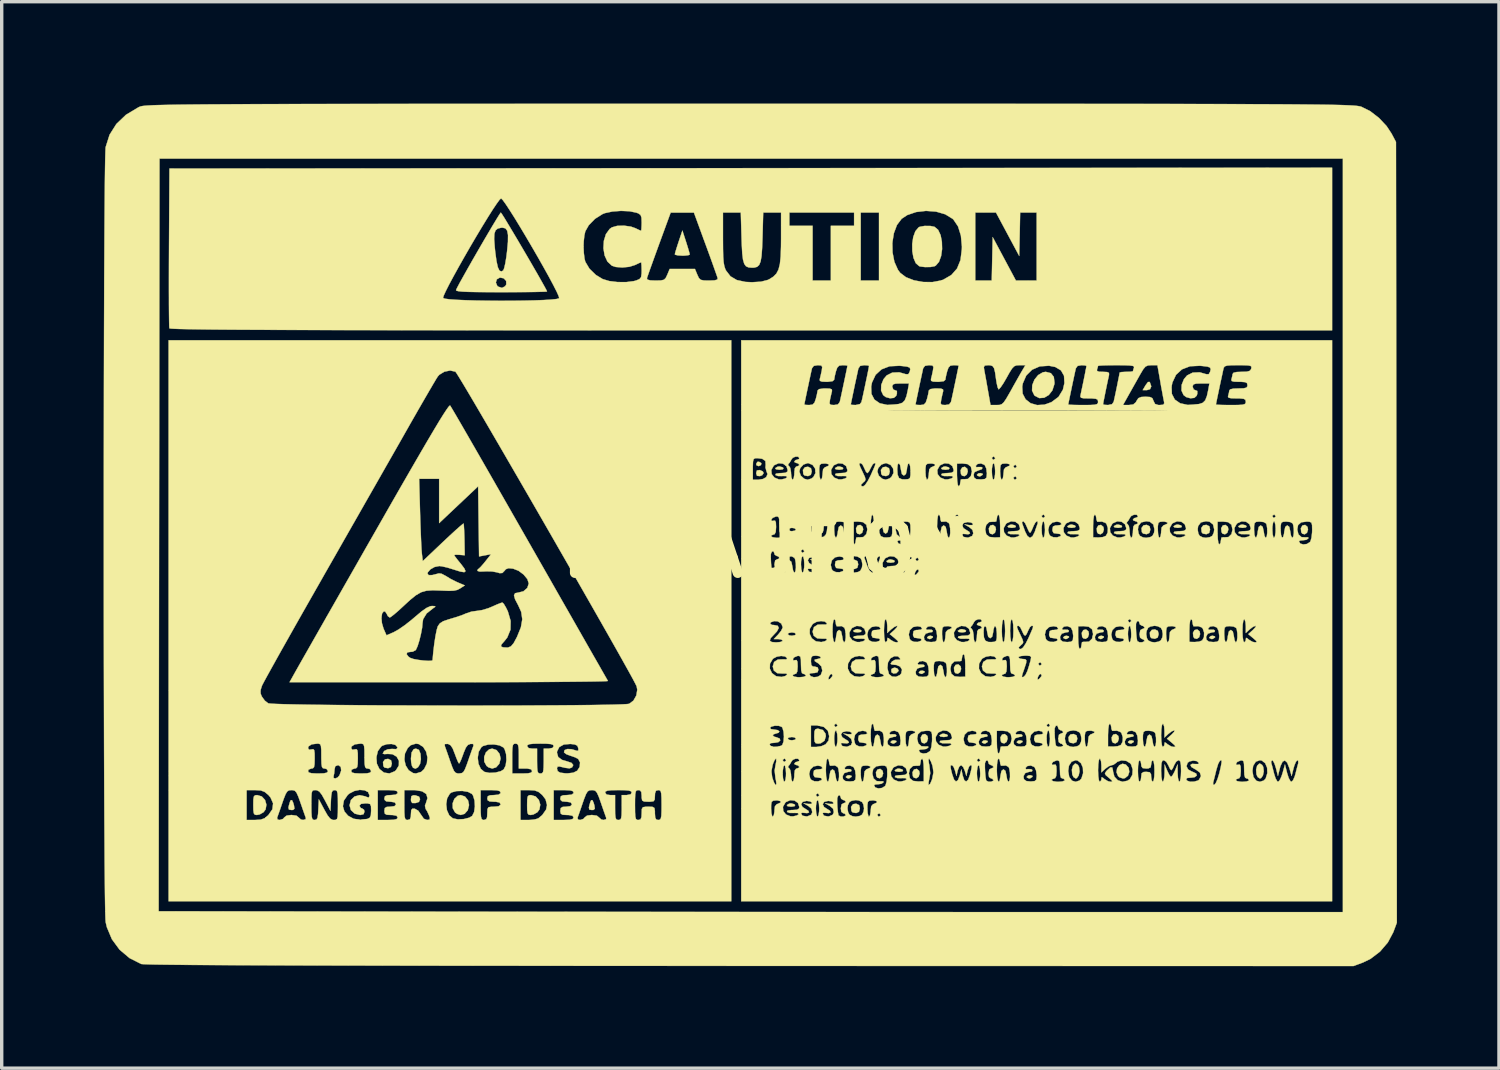
<source format=kicad_pcb>
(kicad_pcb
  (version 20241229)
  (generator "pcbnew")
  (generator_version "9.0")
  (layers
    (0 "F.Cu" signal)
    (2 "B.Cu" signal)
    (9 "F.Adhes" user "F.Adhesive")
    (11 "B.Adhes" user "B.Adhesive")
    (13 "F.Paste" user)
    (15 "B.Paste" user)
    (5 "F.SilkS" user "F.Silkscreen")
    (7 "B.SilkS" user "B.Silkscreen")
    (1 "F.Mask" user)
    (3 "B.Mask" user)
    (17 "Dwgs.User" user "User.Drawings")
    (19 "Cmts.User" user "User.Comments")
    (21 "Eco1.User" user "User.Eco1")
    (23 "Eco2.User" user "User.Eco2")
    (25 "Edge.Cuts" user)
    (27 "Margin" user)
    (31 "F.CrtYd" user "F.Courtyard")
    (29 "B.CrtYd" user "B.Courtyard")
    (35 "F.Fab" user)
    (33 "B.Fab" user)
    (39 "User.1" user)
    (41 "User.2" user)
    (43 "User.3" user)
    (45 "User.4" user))
  (footprint "F_CAUTION"
    (layer "F.Cu")
    (at 19.497 13.12)
    (property "Reference" "F_CAUTION" (at 0 0 0) (layer "F.SilkS") (effects (font (size 1.524 1.524) (thickness 0.3))))
    (attr through_hole)
    (fp_poly (pts (xy -0.139 -2.539) (xy -0.151 -2.483) (xy -0.217 -2.451) (xy -0.282 -2.475) (xy -0.293 -2.516) (xy -0.258 -2.577) (xy -0.208 -2.58) (xy -0.139 -2.539)) (stroke (width 0.01) (type solid)) (fill yes) (layer "F.SilkS"))
    (fp_poly (pts (xy 2.513 6.662) (xy 2.516 6.692) (xy 2.445 6.737) (xy 2.415 6.741) (xy 2.352 6.713) (xy 2.345 6.692) (xy 2.386 6.653) (xy 2.445 6.643) (xy 2.513 6.662)) (stroke (width 0.01) (type solid)) (fill yes) (layer "F.SilkS"))
    (fp_poly (pts (xy 3.832 5.636) (xy 3.834 5.666) (xy 3.764 5.711) (xy 3.734 5.715) (xy 3.671 5.688) (xy 3.663 5.666) (xy 3.704 5.627) (xy 3.764 5.617) (xy 3.832 5.636)) (stroke (width 0.01) (type solid)) (fill yes) (layer "F.SilkS"))
    (fp_poly (pts (xy 4.662 3.585) (xy 4.665 3.615) (xy 4.594 3.66) (xy 4.564 3.663) (xy 4.501 3.636) (xy 4.494 3.615) (xy 4.535 3.575) (xy 4.594 3.566) (xy 4.662 3.585)) (stroke (width 0.01) (type solid)) (fill yes) (layer "F.SilkS"))
    (fp_poly (pts (xy 4.906 2.559) (xy 4.909 2.589) (xy 4.838 2.634) (xy 4.808 2.638) (xy 4.745 2.61) (xy 4.738 2.589) (xy 4.779 2.55) (xy 4.839 2.54) (xy 4.906 2.559)) (stroke (width 0.01) (type solid)) (fill yes) (layer "F.SilkS"))
    (fp_poly (pts (xy 6.372 -2.228) (xy 6.374 -2.198) (xy 6.304 -2.153) (xy 6.274 -2.149) (xy 6.211 -2.177) (xy 6.203 -2.198) (xy 6.244 -2.237) (xy 6.304 -2.247) (xy 6.372 -2.228)) (stroke (width 0.01) (type solid)) (fill yes) (layer "F.SilkS"))
    (fp_poly (pts (xy 6.518 5.636) (xy 6.521 5.666) (xy 6.45 5.711) (xy 6.42 5.715) (xy 6.357 5.688) (xy 6.35 5.666) (xy 6.391 5.627) (xy 6.451 5.617) (xy 6.518 5.636)) (stroke (width 0.01) (type solid)) (fill yes) (layer "F.SilkS"))
    (fp_poly (pts (xy 7.544 5.636) (xy 7.547 5.666) (xy 7.476 5.711) (xy 7.446 5.715) (xy 7.383 5.688) (xy 7.376 5.666) (xy 7.417 5.627) (xy 7.476 5.617) (xy 7.544 5.636)) (stroke (width 0.01) (type solid)) (fill yes) (layer "F.SilkS"))
    (fp_poly (pts (xy 7.837 6.662) (xy 7.84 6.692) (xy 7.769 6.737) (xy 7.739 6.741) (xy 7.676 6.713) (xy 7.669 6.692) (xy 7.71 6.653) (xy 7.769 6.643) (xy 7.837 6.662)) (stroke (width 0.01) (type solid)) (fill yes) (layer "F.SilkS"))
    (fp_poly (pts (xy 8.912 2.559) (xy 8.914 2.589) (xy 8.844 2.634) (xy 8.814 2.638) (xy 8.751 2.61) (xy 8.743 2.589) (xy 8.784 2.55) (xy 8.844 2.54) (xy 8.912 2.559)) (stroke (width 0.01) (type solid)) (fill yes) (layer "F.SilkS"))
    (fp_poly (pts (xy 9.937 2.559) (xy 9.94 2.589) (xy 9.87 2.634) (xy 9.84 2.638) (xy 9.776 2.61) (xy 9.769 2.589) (xy 9.81 2.55) (xy 9.87 2.54) (xy 9.937 2.559)) (stroke (width 0.01) (type solid)) (fill yes) (layer "F.SilkS"))
    (fp_poly (pts (xy 10.817 5.636) (xy 10.819 5.666) (xy 10.749 5.711) (xy 10.719 5.715) (xy 10.656 5.688) (xy 10.648 5.666) (xy 10.689 5.627) (xy 10.749 5.617) (xy 10.817 5.636)) (stroke (width 0.01) (type solid)) (fill yes) (layer "F.SilkS"))
    (fp_poly (pts (xy 11.293 -4.92) (xy 11.335 -4.8) (xy 11.3 -4.717) (xy 11.207 -4.689) (xy 11.083 -4.689) (xy 11.169 -4.835) (xy 11.238 -4.927) (xy 11.285 -4.93) (xy 11.293 -4.92)) (stroke (width 0.01) (type solid)) (fill yes) (layer "F.SilkS"))
    (fp_poly (pts (xy 13.21 2.559) (xy 13.213 2.589) (xy 13.142 2.634) (xy 13.112 2.638) (xy 13.049 2.61) (xy 13.042 2.589) (xy 13.083 2.55) (xy 13.142 2.54) (xy 13.21 2.559)) (stroke (width 0.01) (type solid)) (fill yes) (layer "F.SilkS"))
    (fp_poly (pts (xy -11.038 6.206) (xy -11.015 6.301) (xy -11.042 6.402) (xy -11.125 6.439) (xy -11.228 6.421) (xy -11.264 6.378) (xy -11.275 6.257) (xy -11.217 6.178) (xy -11.125 6.163) (xy -11.038 6.206)) (stroke (width 0.01) (type solid)) (fill yes) (layer "F.SilkS"))
    (fp_poly (pts (xy 1.32 -2.391) (xy 1.343 -2.296) (xy 1.316 -2.195) (xy 1.233 -2.158) (xy 1.13 -2.176) (xy 1.094 -2.219) (xy 1.083 -2.34) (xy 1.141 -2.419) (xy 1.233 -2.434) (xy 1.32 -2.391)) (stroke (width 0.01) (type solid)) (fill yes) (layer "F.SilkS"))
    (fp_poly (pts (xy 2.688 0.344) (xy 2.711 0.44) (xy 2.684 0.54) (xy 2.601 0.577) (xy 2.498 0.56) (xy 2.461 0.516) (xy 2.45 0.395) (xy 2.509 0.317) (xy 2.601 0.302) (xy 2.688 0.344)) (stroke (width 0.01) (type solid)) (fill yes) (layer "F.SilkS"))
    (fp_poly (pts (xy 2.737 7.524) (xy 2.76 7.62) (xy 2.733 7.721) (xy 2.65 7.758) (xy 2.547 7.74) (xy 2.51 7.697) (xy 2.499 7.576) (xy 2.558 7.497) (xy 2.65 7.482) (xy 2.737 7.524)) (stroke (width 0.01) (type solid)) (fill yes) (layer "F.SilkS"))
    (fp_poly (pts (xy 2.843 -0.665) (xy 2.857 -0.586) (xy 2.827 -0.491) (xy 2.759 -0.445) (xy 2.687 -0.464) (xy 2.657 -0.509) (xy 2.646 -0.623) (xy 2.692 -0.705) (xy 2.772 -0.723) (xy 2.843 -0.665)) (stroke (width 0.01) (type solid)) (fill yes) (layer "F.SilkS"))
    (fp_poly (pts (xy 3.429 6.515) (xy 3.444 6.594) (xy 3.413 6.69) (xy 3.345 6.735) (xy 3.274 6.717) (xy 3.243 6.671) (xy 3.232 6.558) (xy 3.279 6.476) (xy 3.358 6.457) (xy 3.429 6.515)) (stroke (width 0.01) (type solid)) (fill yes) (layer "F.SilkS"))
    (fp_poly (pts (xy 3.616 -2.391) (xy 3.639 -2.296) (xy 3.612 -2.195) (xy 3.529 -2.158) (xy 3.426 -2.176) (xy 3.389 -2.219) (xy 3.378 -2.34) (xy 3.437 -2.419) (xy 3.529 -2.434) (xy 3.616 -2.391)) (stroke (width 0.01) (type solid)) (fill yes) (layer "F.SilkS"))
    (fp_poly (pts (xy 3.858 3.499) (xy 3.898 3.555) (xy 3.895 3.578) (xy 3.835 3.641) (xy 3.746 3.652) (xy 3.687 3.613) (xy 3.685 3.534) (xy 3.704 3.506) (xy 3.779 3.478) (xy 3.858 3.499)) (stroke (width 0.01) (type solid)) (fill yes) (layer "F.SilkS"))
    (fp_poly (pts (xy 4.113 -0.665) (xy 4.128 -0.586) (xy 4.097 -0.491) (xy 4.029 -0.445) (xy 3.957 -0.464) (xy 3.927 -0.509) (xy 3.916 -0.623) (xy 3.962 -0.705) (xy 4.042 -0.723) (xy 4.113 -0.665)) (stroke (width 0.01) (type solid)) (fill yes) (layer "F.SilkS"))
    (fp_poly (pts (xy 4.503 6.515) (xy 4.518 6.594) (xy 4.488 6.69) (xy 4.42 6.735) (xy 4.348 6.717) (xy 4.318 6.671) (xy 4.307 6.558) (xy 4.353 6.476) (xy 4.433 6.457) (xy 4.503 6.515)) (stroke (width 0.01) (type solid)) (fill yes) (layer "F.SilkS"))
    (fp_poly (pts (xy 4.748 5.489) (xy 4.763 5.568) (xy 4.732 5.664) (xy 4.664 5.709) (xy 4.592 5.691) (xy 4.562 5.645) (xy 4.551 5.532) (xy 4.597 5.45) (xy 4.677 5.431) (xy 4.748 5.489)) (stroke (width 0.01) (type solid)) (fill yes) (layer "F.SilkS"))
    (fp_poly (pts (xy 5.724 3.438) (xy 5.739 3.517) (xy 5.709 3.612) (xy 5.641 3.658) (xy 5.569 3.64) (xy 5.539 3.594) (xy 5.528 3.48) (xy 5.574 3.399) (xy 5.654 3.38) (xy 5.724 3.438)) (stroke (width 0.01) (type solid)) (fill yes) (layer "F.SilkS"))
    (fp_poly (pts (xy 5.92 -2.375) (xy 5.935 -2.296) (xy 5.905 -2.2) (xy 5.837 -2.155) (xy 5.765 -2.173) (xy 5.734 -2.219) (xy 5.723 -2.332) (xy 5.77 -2.414) (xy 5.849 -2.433) (xy 5.92 -2.375)) (stroke (width 0.01) (type solid)) (fill yes) (layer "F.SilkS"))
    (fp_poly (pts (xy 6.75 -0.665) (xy 6.765 -0.586) (xy 6.735 -0.491) (xy 6.667 -0.445) (xy 6.595 -0.464) (xy 6.564 -0.509) (xy 6.554 -0.623) (xy 6.6 -0.705) (xy 6.68 -0.723) (xy 6.75 -0.665)) (stroke (width 0.01) (type solid)) (fill yes) (layer "F.SilkS"))
    (fp_poly (pts (xy 7.092 5.489) (xy 7.107 5.568) (xy 7.077 5.664) (xy 7.009 5.709) (xy 6.937 5.691) (xy 6.906 5.645) (xy 6.895 5.532) (xy 6.942 5.45) (xy 7.021 5.431) (xy 7.092 5.489)) (stroke (width 0.01) (type solid)) (fill yes) (layer "F.SilkS"))
    (fp_poly (pts (xy 9.136 5.473) (xy 9.159 5.568) (xy 9.132 5.669) (xy 9.049 5.706) (xy 8.945 5.688) (xy 8.909 5.645) (xy 8.898 5.524) (xy 8.957 5.445) (xy 9.049 5.431) (xy 9.136 5.473)) (stroke (width 0.01) (type solid)) (fill yes) (layer "F.SilkS"))
    (fp_poly (pts (xy 9.486 2.412) (xy 9.501 2.491) (xy 9.47 2.587) (xy 9.402 2.632) (xy 9.33 2.614) (xy 9.3 2.568) (xy 9.289 2.454) (xy 9.335 2.373) (xy 9.415 2.354) (xy 9.486 2.412)) (stroke (width 0.01) (type solid)) (fill yes) (layer "F.SilkS"))
    (fp_poly (pts (xy 9.925 -0.665) (xy 9.94 -0.586) (xy 9.91 -0.491) (xy 9.842 -0.445) (xy 9.77 -0.464) (xy 9.739 -0.509) (xy 9.729 -0.623) (xy 9.775 -0.705) (xy 9.855 -0.723) (xy 9.925 -0.665)) (stroke (width 0.01) (type solid)) (fill yes) (layer "F.SilkS"))
    (fp_poly (pts (xy 10.365 5.489) (xy 10.38 5.568) (xy 10.35 5.664) (xy 10.282 5.709) (xy 10.21 5.691) (xy 10.179 5.645) (xy 10.168 5.532) (xy 10.215 5.45) (xy 10.294 5.431) (xy 10.365 5.489)) (stroke (width 0.01) (type solid)) (fill yes) (layer "F.SilkS"))
    (fp_poly (pts (xy 11.285 -0.682) (xy 11.308 -0.586) (xy 11.281 -0.486) (xy 11.198 -0.448) (xy 11.095 -0.466) (xy 11.058 -0.509) (xy 11.047 -0.63) (xy 11.106 -0.709) (xy 11.198 -0.724) (xy 11.285 -0.682)) (stroke (width 0.01) (type solid)) (fill yes) (layer "F.SilkS"))
    (fp_poly (pts (xy 11.529 2.396) (xy 11.552 2.491) (xy 11.525 2.592) (xy 11.442 2.629) (xy 11.339 2.611) (xy 11.302 2.568) (xy 11.292 2.447) (xy 11.35 2.368) (xy 11.442 2.353) (xy 11.529 2.396)) (stroke (width 0.01) (type solid)) (fill yes) (layer "F.SilkS"))
    (fp_poly (pts (xy 12.758 2.412) (xy 12.773 2.491) (xy 12.743 2.587) (xy 12.675 2.632) (xy 12.603 2.614) (xy 12.573 2.568) (xy 12.562 2.454) (xy 12.608 2.373) (xy 12.688 2.354) (xy 12.758 2.412)) (stroke (width 0.01) (type solid)) (fill yes) (layer "F.SilkS"))
    (fp_poly (pts (xy 13.044 -0.682) (xy 13.066 -0.586) (xy 13.04 -0.486) (xy 12.956 -0.448) (xy 12.853 -0.466) (xy 12.817 -0.509) (xy 12.806 -0.63) (xy 12.864 -0.709) (xy 12.956 -0.724) (xy 13.044 -0.682)) (stroke (width 0.01) (type solid)) (fill yes) (layer "F.SilkS"))
    (fp_poly (pts (xy 13.589 -0.665) (xy 13.604 -0.586) (xy 13.573 -0.491) (xy 13.505 -0.445) (xy 13.434 -0.464) (xy 13.403 -0.509) (xy 13.392 -0.623) (xy 13.439 -0.705) (xy 13.518 -0.723) (xy 13.589 -0.665)) (stroke (width 0.01) (type solid)) (fill yes) (layer "F.SilkS"))
    (fp_poly (pts (xy 15.933 -0.665) (xy 15.948 -0.586) (xy 15.918 -0.491) (xy 15.85 -0.445) (xy 15.778 -0.464) (xy 15.748 -0.509) (xy 15.737 -0.623) (xy 15.783 -0.705) (xy 15.863 -0.723) (xy 15.933 -0.665)) (stroke (width 0.01) (type solid)) (fill yes) (layer "F.SilkS"))
    (fp_poly (pts (xy -10.319 7.238) (xy -10.214 7.274) (xy -10.184 7.351) (xy -10.217 7.431) (xy -10.319 7.464) (xy -10.416 7.463) (xy -10.45 7.408) (xy -10.453 7.351) (xy -10.439 7.26) (xy -10.378 7.234) (xy -10.319 7.238)) (stroke (width 0.01) (type solid)) (fill yes) (layer "F.SilkS"))
    (fp_poly (pts (xy -0.183 -2.336) (xy -0.097 -2.296) (xy -0.073 -2.247) (xy -0.115 -2.184) (xy -0.183 -2.158) (xy -0.269 -2.167) (xy -0.293 -2.243) (xy -0.293 -2.247) (xy -0.271 -2.325) (xy -0.188 -2.336) (xy -0.183 -2.336)) (stroke (width 0.01) (type solid)) (fill yes) (layer "F.SilkS"))
    (fp_poly (pts (xy 0.483 -2.419) (xy 0.513 -2.393) (xy 0.494 -2.359) (xy 0.398 -2.345) (xy 0.391 -2.345) (xy 0.291 -2.358) (xy 0.267 -2.391) (xy 0.269 -2.393) (xy 0.338 -2.435) (xy 0.391 -2.442) (xy 0.483 -2.419)) (stroke (width 0.01) (type solid)) (fill yes) (layer "F.SilkS"))
    (fp_poly (pts (xy 0.825 7.497) (xy 0.855 7.522) (xy 0.836 7.557) (xy 0.74 7.571) (xy 0.733 7.571) (xy 0.633 7.558) (xy 0.609 7.525) (xy 0.611 7.522) (xy 0.68 7.481) (xy 0.733 7.473) (xy 0.825 7.497)) (stroke (width 0.01) (type solid)) (fill yes) (layer "F.SilkS"))
    (fp_poly (pts (xy 2.242 -2.419) (xy 2.271 -2.393) (xy 2.252 -2.359) (xy 2.156 -2.345) (xy 2.149 -2.345) (xy 2.05 -2.358) (xy 2.026 -2.391) (xy 2.027 -2.393) (xy 2.096 -2.435) (xy 2.149 -2.442) (xy 2.242 -2.419)) (stroke (width 0.01) (type solid)) (fill yes) (layer "F.SilkS"))
    (fp_poly (pts (xy 2.779 2.368) (xy 2.809 2.393) (xy 2.789 2.428) (xy 2.694 2.442) (xy 2.687 2.442) (xy 2.587 2.429) (xy 2.563 2.396) (xy 2.564 2.393) (xy 2.634 2.352) (xy 2.687 2.345) (xy 2.779 2.368)) (stroke (width 0.01) (type solid)) (fill yes) (layer "F.SilkS"))
    (fp_poly (pts (xy 3.756 0.316) (xy 3.786 0.342) (xy 3.766 0.376) (xy 3.671 0.391) (xy 3.663 0.391) (xy 3.564 0.378) (xy 3.54 0.344) (xy 3.541 0.342) (xy 3.61 0.3) (xy 3.663 0.293) (xy 3.756 0.316)) (stroke (width 0.01) (type solid)) (fill yes) (layer "F.SilkS"))
    (fp_poly (pts (xy 4 6.471) (xy 4.03 6.497) (xy 4.011 6.531) (xy 3.915 6.545) (xy 3.908 6.545) (xy 3.808 6.532) (xy 3.784 6.499) (xy 3.786 6.497) (xy 3.855 6.455) (xy 3.908 6.448) (xy 4 6.471)) (stroke (width 0.01) (type solid)) (fill yes) (layer "F.SilkS"))
    (fp_poly (pts (xy 5.319 5.445) (xy 5.349 5.471) (xy 5.329 5.505) (xy 5.234 5.52) (xy 5.227 5.52) (xy 5.127 5.507) (xy 5.103 5.473) (xy 5.104 5.471) (xy 5.174 5.429) (xy 5.227 5.422) (xy 5.319 5.445)) (stroke (width 0.01) (type solid)) (fill yes) (layer "F.SilkS"))
    (fp_poly (pts (xy 5.368 -2.419) (xy 5.397 -2.393) (xy 5.378 -2.359) (xy 5.283 -2.345) (xy 5.275 -2.345) (xy 5.176 -2.358) (xy 5.152 -2.391) (xy 5.153 -2.393) (xy 5.222 -2.435) (xy 5.275 -2.442) (xy 5.368 -2.419)) (stroke (width 0.01) (type solid)) (fill yes) (layer "F.SilkS"))
    (fp_poly (pts (xy 5.856 2.368) (xy 5.886 2.393) (xy 5.867 2.428) (xy 5.771 2.442) (xy 5.764 2.442) (xy 5.665 2.429) (xy 5.64 2.396) (xy 5.642 2.393) (xy 5.711 2.352) (xy 5.764 2.345) (xy 5.856 2.368)) (stroke (width 0.01) (type solid)) (fill yes) (layer "F.SilkS"))
    (fp_poly (pts (xy 7.322 -0.71) (xy 7.351 -0.684) (xy 7.332 -0.649) (xy 7.236 -0.635) (xy 7.229 -0.635) (xy 7.13 -0.648) (xy 7.106 -0.682) (xy 7.107 -0.684) (xy 7.176 -0.725) (xy 7.229 -0.733) (xy 7.322 -0.71)) (stroke (width 0.01) (type solid)) (fill yes) (layer "F.SilkS"))
    (fp_poly (pts (xy 9.08 -0.71) (xy 9.11 -0.684) (xy 9.091 -0.649) (xy 8.995 -0.635) (xy 8.988 -0.635) (xy 8.888 -0.648) (xy 8.864 -0.682) (xy 8.866 -0.684) (xy 8.935 -0.725) (xy 8.988 -0.733) (xy 9.08 -0.71)) (stroke (width 0.01) (type solid)) (fill yes) (layer "F.SilkS"))
    (fp_poly (pts (xy 10.448 -0.71) (xy 10.477 -0.684) (xy 10.458 -0.649) (xy 10.363 -0.635) (xy 10.355 -0.635) (xy 10.256 -0.648) (xy 10.232 -0.682) (xy 10.233 -0.684) (xy 10.302 -0.725) (xy 10.355 -0.733) (xy 10.448 -0.71)) (stroke (width 0.01) (type solid)) (fill yes) (layer "F.SilkS"))
    (fp_poly (pts (xy 12.206 -0.71) (xy 12.236 -0.684) (xy 12.217 -0.649) (xy 12.121 -0.635) (xy 12.114 -0.635) (xy 12.015 -0.648) (xy 11.99 -0.682) (xy 11.992 -0.684) (xy 12.061 -0.725) (xy 12.114 -0.733) (xy 12.206 -0.71)) (stroke (width 0.01) (type solid)) (fill yes) (layer "F.SilkS"))
    (fp_poly (pts (xy 14.111 -0.71) (xy 14.141 -0.684) (xy 14.122 -0.649) (xy 14.026 -0.635) (xy 14.019 -0.635) (xy 13.92 -0.648) (xy 13.895 -0.682) (xy 13.897 -0.684) (xy 13.966 -0.725) (xy 14.019 -0.733) (xy 14.111 -0.71)) (stroke (width 0.01) (type solid)) (fill yes) (layer "F.SilkS"))
    (fp_poly (pts (xy -13.916 7.46) (xy -13.895 7.535) (xy -13.882 7.631) (xy -13.921 7.666) (xy -13.97 7.669) (xy -14.044 7.656) (xy -14.058 7.597) (xy -14.045 7.535) (xy -14.014 7.43) (xy -13.99 7.38) (xy -13.953 7.379) (xy -13.916 7.46)) (stroke (width 0.01) (type solid)) (fill yes) (layer "F.SilkS"))
    (fp_poly (pts (xy -5.075 7.46) (xy -5.054 7.535) (xy -5.041 7.631) (xy -5.08 7.666) (xy -5.129 7.669) (xy -5.203 7.656) (xy -5.216 7.597) (xy -5.203 7.535) (xy -5.172 7.43) (xy -5.149 7.38) (xy -5.112 7.379) (xy -5.075 7.46)) (stroke (width 0.01) (type solid)) (fill yes) (layer "F.SilkS"))
    (fp_poly (pts (xy 9.176 6.342) (xy 9.209 6.402) (xy 9.224 6.531) (xy 9.199 6.652) (xy 9.145 6.729) (xy 9.11 6.741) (xy 9.045 6.699) (xy 9.009 6.622) (xy 8.998 6.483) (xy 9.028 6.366) (xy 9.09 6.304) (xy 9.11 6.301) (xy 9.176 6.342)) (stroke (width 0.01) (type solid)) (fill yes) (layer "F.SilkS"))
    (fp_poly (pts (xy 10.587 6.331) (xy 10.67 6.427) (xy 10.688 6.547) (xy 10.65 6.659) (xy 10.562 6.73) (xy 10.502 6.741) (xy 10.399 6.706) (xy 10.358 6.67) (xy 10.311 6.558) (xy 10.329 6.443) (xy 10.394 6.351) (xy 10.489 6.307) (xy 10.587 6.331)) (stroke (width 0.01) (type solid)) (fill yes) (layer "F.SilkS"))
    (fp_poly (pts (xy 14.598 6.342) (xy 14.631 6.402) (xy 14.646 6.531) (xy 14.621 6.652) (xy 14.567 6.729) (xy 14.532 6.741) (xy 14.467 6.699) (xy 14.431 6.622) (xy 14.42 6.483) (xy 14.45 6.366) (xy 14.512 6.304) (xy 14.532 6.301) (xy 14.598 6.342)) (stroke (width 0.01) (type solid)) (fill yes) (layer "F.SilkS"))
    (fp_poly (pts (xy -10.219 5.898) (xy -10.172 6.012) (xy -10.16 6.173) (xy -10.184 6.31) (xy -10.243 6.408) (xy -10.317 6.452) (xy -10.389 6.427) (xy -10.423 6.37) (xy -10.446 6.264) (xy -10.453 6.155) (xy -10.433 5.974) (xy -10.372 5.879) (xy -10.307 5.862) (xy -10.219 5.898)) (stroke (width 0.01) (type solid)) (fill yes) (layer "F.SilkS"))
    (fp_poly (pts (xy -8.861 7.273) (xy -8.772 7.386) (xy -8.743 7.522) (xy -8.78 7.674) (xy -8.874 7.781) (xy -8.988 7.815) (xy -9.095 7.782) (xy -9.155 7.739) (xy -9.223 7.615) (xy -9.226 7.472) (xy -9.175 7.341) (xy -9.078 7.251) (xy -8.988 7.229) (xy -8.861 7.273)) (stroke (width 0.01) (type solid)) (fill yes) (layer "F.SilkS"))
    (fp_poly (pts (xy -7.933 5.905) (xy -7.844 6.018) (xy -7.815 6.155) (xy -7.852 6.307) (xy -7.946 6.413) (xy -8.06 6.448) (xy -8.167 6.415) (xy -8.227 6.371) (xy -8.295 6.247) (xy -8.298 6.105) (xy -8.247 5.973) (xy -8.15 5.883) (xy -8.06 5.862) (xy -7.933 5.905)) (stroke (width 0.01) (type solid)) (fill yes) (layer "F.SilkS"))
    (fp_poly (pts (xy 1.67 5.314) (xy 1.748 5.421) (xy 1.758 5.495) (xy 1.718 5.63) (xy 1.607 5.705) (xy 1.529 5.715) (xy 1.459 5.704) (xy 1.426 5.655) (xy 1.417 5.541) (xy 1.417 5.495) (xy 1.422 5.359) (xy 1.447 5.295) (xy 1.506 5.276) (xy 1.529 5.275) (xy 1.67 5.314)) (stroke (width 0.01) (type solid)) (fill yes) (layer "F.SilkS"))
    (fp_poly (pts (xy -14.842 7.27) (xy -14.747 7.374) (xy -14.707 7.511) (xy -14.73 7.651) (xy -14.792 7.735) (xy -14.905 7.799) (xy -14.987 7.815) (xy -15.046 7.807) (xy -15.078 7.765) (xy -15.091 7.669) (xy -15.093 7.522) (xy -15.091 7.36) (xy -15.076 7.272) (xy -15.041 7.236) (xy -14.979 7.229) (xy -14.842 7.27)) (stroke (width 0.01) (type solid)) (fill yes) (layer "F.SilkS"))
    (fp_poly (pts (xy -6.782 7.27) (xy -6.688 7.374) (xy -6.647 7.511) (xy -6.671 7.651) (xy -6.732 7.735) (xy -6.846 7.799) (xy -6.928 7.815) (xy -6.987 7.807) (xy -7.019 7.765) (xy -7.032 7.669) (xy -7.034 7.522) (xy -7.031 7.36) (xy -7.017 7.272) (xy -6.981 7.236) (xy -6.919 7.229) (xy -6.782 7.27)) (stroke (width 0.01) (type solid)) (fill yes) (layer "F.SilkS"))
    (fp_poly (pts (xy -2.355 -9.049) (xy -2.302 -8.879) (xy -2.264 -8.748) (xy -2.247 -8.681) (xy -2.247 -8.679) (xy -2.291 -8.659) (xy -2.401 -8.647) (xy -2.467 -8.646) (xy -2.598 -8.654) (xy -2.676 -8.673) (xy -2.687 -8.685) (xy -2.672 -8.748) (xy -2.633 -8.876) (xy -2.579 -9.043) (xy -2.575 -9.055) (xy -2.464 -9.385) (xy -2.355 -9.049)) (stroke (width 0.01) (type solid)) (fill yes) (layer "F.SilkS"))
    (fp_poly (pts (xy 8.38 -5.188) (xy 8.467 -5.078) (xy 8.487 -4.903) (xy 8.483 -4.864) (xy 8.425 -4.681) (xy 8.319 -4.545) (xy 8.184 -4.465) (xy 8.041 -4.454) (xy 7.91 -4.521) (xy 7.89 -4.542) (xy 7.826 -4.676) (xy 7.833 -4.837) (xy 7.897 -4.997) (xy 8.005 -5.131) (xy 8.144 -5.213) (xy 8.23 -5.227) (xy 8.38 -5.188)) (stroke (width 0.01) (type solid)) (fill yes) (layer "F.SilkS"))
    (fp_poly (pts (xy 4.832 -9.52) (xy 4.956 -9.495) (xy 5.062 -9.406) (xy 5.135 -9.25) (xy 5.173 -9.053) (xy 5.179 -8.84) (xy 5.15 -8.635) (xy 5.088 -8.465) (xy 4.992 -8.353) (xy 4.956 -8.334) (xy 4.835 -8.312) (xy 4.677 -8.31) (xy 4.538 -8.327) (xy 4.505 -8.337) (xy 4.404 -8.425) (xy 4.337 -8.581) (xy 4.302 -8.778) (xy 4.3 -8.991) (xy 4.33 -9.195) (xy 4.392 -9.365) (xy 4.485 -9.476) (xy 4.52 -9.495) (xy 4.662 -9.521) (xy 4.832 -9.52)) (stroke (width 0.01) (type solid)) (fill yes) (layer "F.SilkS"))
    (fp_poly (pts (xy -7.778 -9.874) (xy -7.707 -9.763) (xy -7.604 -9.593) (xy -7.475 -9.378) (xy -7.328 -9.131) (xy -7.172 -8.866) (xy -7.013 -8.595) (xy -6.86 -8.331) (xy -6.72 -8.089) (xy -6.602 -7.88) (xy -6.512 -7.719) (xy -6.459 -7.619) (xy -6.448 -7.592) (xy -6.494 -7.586) (xy -6.626 -7.582) (xy -6.831 -7.577) (xy -7.096 -7.574) (xy -7.409 -7.572) (xy -7.758 -7.571) (xy -7.795 -7.571) (xy -8.206 -7.572) (xy -8.53 -7.575) (xy -8.773 -7.58) (xy -8.945 -7.588) (xy -9.055 -7.6) (xy -9.113 -7.615) (xy -9.126 -7.633) (xy -9.096 -7.697) (xy -9.027 -7.828) (xy -9.012 -7.856) (xy -7.954 -7.856) (xy -7.914 -7.759) (xy -7.889 -7.736) (xy -7.774 -7.697) (xy -7.679 -7.746) (xy -7.647 -7.801) (xy -7.651 -7.903) (xy -7.723 -7.98) (xy -7.835 -8.001) (xy -7.925 -7.95) (xy -7.954 -7.856) (xy -9.012 -7.856) (xy -8.924 -8.014) (xy -8.797 -8.24) (xy -8.653 -8.494) (xy -8.499 -8.761) (xy -8.344 -9.029) (xy -8.282 -9.135) (xy -8.004 -9.135) (xy -7.987 -8.903) (xy -7.973 -8.762) (xy -7.936 -8.489) (xy -7.896 -8.306) (xy -7.849 -8.206) (xy -7.792 -8.181) (xy -7.738 -8.209) (xy -7.71 -8.275) (xy -7.677 -8.415) (xy -7.645 -8.607) (xy -7.625 -8.768) (xy -7.598 -9.053) (xy -7.596 -9.254) (xy -7.621 -9.382) (xy -7.675 -9.451) (xy -7.763 -9.47) (xy -7.802 -9.467) (xy -7.899 -9.443) (xy -7.963 -9.39) (xy -7.997 -9.292) (xy -8.004 -9.135) (xy -8.282 -9.135) (xy -8.194 -9.285) (xy -8.059 -9.514) (xy -7.945 -9.703) (xy -7.861 -9.839) (xy -7.814 -9.908) (xy -7.808 -9.914) (xy -7.778 -9.874)) (stroke (width 0.01) (type solid)) (fill yes) (layer "F.SilkS"))
    (fp_poly (pts (xy 1.078 -13.115) (xy 2.55 -13.115) (xy 3.93 -13.115) (xy 5.222 -13.115) (xy 6.427 -13.115) (xy 7.551 -13.114) (xy 8.594 -13.114) (xy 9.56 -13.113) (xy 10.453 -13.113) (xy 11.276 -13.112) (xy 12.03 -13.111) (xy 12.72 -13.109) (xy 13.348 -13.108) (xy 13.917 -13.106) (xy 14.43 -13.104) (xy 14.891 -13.102) (xy 15.302 -13.1) (xy 15.666 -13.097) (xy 15.986 -13.094) (xy 16.266 -13.091) (xy 16.507 -13.088) (xy 16.714 -13.084) (xy 16.89 -13.08) (xy 17.036 -13.075) (xy 17.157 -13.07) (xy 17.254 -13.065) (xy 17.332 -13.059) (xy 17.393 -13.053) (xy 17.441 -13.046) (xy 17.477 -13.039) (xy 17.506 -13.032) (xy 17.522 -13.026) (xy 17.78 -12.897) (xy 18.036 -12.699) (xy 18.26 -12.461) (xy 18.405 -12.241) (xy 18.537 -11.992) (xy 18.55 -0.504) (xy 18.562 10.985) (xy 18.457 11.267) (xy 18.297 11.567) (xy 18.065 11.837) (xy 17.784 12.051) (xy 17.569 12.155) (xy 17.288 12.26) (xy -0.478 12.257) (xy -2.206 12.256) (xy -3.839 12.255) (xy -5.376 12.255) (xy -6.819 12.253) (xy -8.171 12.252) (xy -9.431 12.251) (xy -10.603 12.249) (xy -11.686 12.247) (xy -12.683 12.245) (xy -13.594 12.243) (xy -14.421 12.24) (xy -15.166 12.237) (xy -15.83 12.234) (xy -16.414 12.231) (xy -16.92 12.228) (xy -17.348 12.224) (xy -17.702 12.22) (xy -17.98 12.216) (xy -18.186 12.211) (xy -18.321 12.206) (xy -18.386 12.201) (xy -18.391 12.2) (xy -18.736 12.026) (xy -19.028 11.779) (xy -19.254 11.471) (xy -19.402 11.118) (xy -19.437 10.969) (xy -19.443 10.888) (xy -19.449 10.714) (xy -19.45 10.648) (xy -17.878 10.648) (xy -8.683 10.661) (xy -7.58 10.662) (xy -6.409 10.664) (xy -5.18 10.665) (xy -3.907 10.666) (xy -2.603 10.667) (xy -1.279 10.668) (xy 0.051 10.669) (xy 1.375 10.67) (xy 2.68 10.671) (xy 3.954 10.672) (xy 5.184 10.672) (xy 6.357 10.673) (xy 7.462 10.673) (xy 8.484 10.673) (xy 8.743 10.673) (xy 16.974 10.673) (xy 16.974 -11.503) (xy -17.853 -11.503) (xy -17.866 -0.428) (xy -17.878 10.648) (xy -19.45 10.648) (xy -19.454 10.453) (xy -19.459 10.111) (xy -19.463 9.692) (xy -19.468 9.203) (xy -19.471 8.648) (xy -19.475 8.033) (xy -19.478 7.364) (xy -19.481 6.644) (xy -19.484 5.881) (xy -19.486 5.08) (xy -19.488 4.244) (xy -19.49 3.381) (xy -19.491 2.496) (xy -19.492 1.593) (xy -19.492 0.678) (xy -19.492 -0.243) (xy -19.492 -1.165) (xy -19.492 -2.083) (xy -19.491 -2.992) (xy -19.49 -3.885) (xy -19.489 -4.758) (xy -19.487 -5.606) (xy -19.485 -6.422) (xy -19.482 -7.202) (xy -19.48 -7.941) (xy -19.476 -8.632) (xy -19.473 -9.27) (xy -19.469 -9.851) (xy -19.465 -10.369) (xy -19.461 -10.818) (xy -19.456 -11.193) (xy -19.451 -11.488) (xy -19.445 -11.699) (xy -19.44 -11.82) (xy -19.437 -11.843) (xy -19.322 -12.205) (xy -19.122 -12.522) (xy -18.839 -12.792) (xy -18.476 -13.01) (xy -18.433 -13.03) (xy -18.413 -13.037) (xy -18.385 -13.044) (xy -18.346 -13.051) (xy -18.293 -13.057) (xy -18.224 -13.063) (xy -18.135 -13.068) (xy -18.023 -13.074) (xy -17.885 -13.078) (xy -17.719 -13.082) (xy -17.521 -13.086) (xy -17.288 -13.09) (xy -17.018 -13.093) (xy -16.707 -13.096) (xy -16.353 -13.099) (xy -15.952 -13.101) (xy -15.502 -13.104) (xy -14.999 -13.106) (xy -14.44 -13.107) (xy -13.823 -13.109) (xy -13.145 -13.11) (xy -12.402 -13.111) (xy -11.592 -13.112) (xy -10.711 -13.113) (xy -9.757 -13.114) (xy -8.727 -13.114) (xy -7.618 -13.114) (xy -6.426 -13.115) (xy -5.149 -13.115) (xy -3.784 -13.115) (xy -2.327 -13.115) (xy -0.776 -13.115) (xy -0.488 -13.115) (xy 1.078 -13.115)) (stroke (width 0.01) (type solid)) (fill yes) (layer "F.SilkS"))
    (fp_poly (pts (xy -9.269 -4.185) (xy -9.192 -4.056) (xy -9.074 -3.854) (xy -8.918 -3.585) (xy -8.728 -3.255) (xy -8.506 -2.87) (xy -8.257 -2.436) (xy -7.983 -1.958) (xy -7.689 -1.444) (xy -7.377 -0.898) (xy -7.051 -0.327) (xy -6.962 -0.171) (xy -6.633 0.405) (xy -6.318 0.957) (xy -6.021 1.479) (xy -5.743 1.965) (xy -5.49 2.409) (xy -5.264 2.806) (xy -5.068 3.149) (xy -4.906 3.432) (xy -4.782 3.65) (xy -4.698 3.797) (xy -4.659 3.866) (xy -4.656 3.871) (xy -4.701 3.876) (xy -4.836 3.881) (xy -5.056 3.886) (xy -5.354 3.89) (xy -5.724 3.894) (xy -6.157 3.898) (xy -6.649 3.901) (xy -7.192 3.904) (xy -7.779 3.906) (xy -8.405 3.907) (xy -9.062 3.908) (xy -9.33 3.908) (xy -14.026 3.908) (xy -13.839 3.574) (xy -13.787 3.482) (xy -13.691 3.312) (xy -13.553 3.07) (xy -13.379 2.764) (xy -13.172 2.4) (xy -12.95 2.01) (xy -11.321 2.01) (xy -11.307 2.168) (xy -11.26 2.329) (xy -11.255 2.34) (xy -11.172 2.528) (xy -10.948 2.429) (xy -10.813 2.353) (xy -10.635 2.23) (xy -10.444 2.08) (xy -10.344 1.995) (xy -10.143 1.826) (xy -9.994 1.721) (xy -9.883 1.671) (xy -9.83 1.664) (xy -9.741 1.67) (xy -9.74 1.691) (xy -9.791 1.725) (xy -9.99 1.882) (xy -10.094 2.051) (xy -10.111 2.161) (xy -10.124 2.306) (xy -10.159 2.491) (xy -10.206 2.682) (xy -10.258 2.847) (xy -10.306 2.953) (xy -10.313 2.963) (xy -10.401 3.01) (xy -10.465 3.015) (xy -10.56 3.029) (xy -10.58 3.083) (xy -10.525 3.157) (xy -10.468 3.194) (xy -10.378 3.224) (xy -10.24 3.25) (xy -10.086 3.269) (xy -9.944 3.279) (xy -9.845 3.275) (xy -9.817 3.26) (xy -9.795 3.016) (xy -9.765 2.768) (xy -9.73 2.543) (xy -9.694 2.365) (xy -9.662 2.261) (xy -9.603 2.177) (xy -9.506 2.114) (xy -9.343 2.058) (xy -9.294 2.044) (xy -9.105 1.987) (xy -8.93 1.926) (xy -8.835 1.885) (xy -8.672 1.83) (xy -8.504 1.807) (xy -8.36 1.785) (xy -8.179 1.731) (xy -8.067 1.685) (xy -7.919 1.619) (xy -7.806 1.575) (xy -7.761 1.563) (xy -7.719 1.604) (xy -7.656 1.71) (xy -7.601 1.823) (xy -7.519 2.103) (xy -7.524 2.362) (xy -7.617 2.59) (xy -7.694 2.688) (xy -7.785 2.792) (xy -7.805 2.849) (xy -7.754 2.877) (xy -7.718 2.883) (xy -7.599 2.888) (xy -7.509 2.851) (xy -7.429 2.756) (xy -7.338 2.586) (xy -7.331 2.573) (xy -7.217 2.292) (xy -7.176 2.055) (xy -7.207 1.839) (xy -7.295 1.645) (xy -7.389 1.465) (xy -7.42 1.35) (xy -7.388 1.288) (xy -7.294 1.27) (xy -7.142 1.232) (xy -7.029 1.134) (xy -6.985 1.002) (xy -6.985 1.001) (xy -7.027 0.872) (xy -7.136 0.74) (xy -7.284 0.629) (xy -7.445 0.566) (xy -7.449 0.565) (xy -7.58 0.552) (xy -7.659 0.582) (xy -7.699 0.629) (xy -7.762 0.693) (xy -7.842 0.698) (xy -7.917 0.675) (xy -8.063 0.648) (xy -8.238 0.644) (xy -8.283 0.647) (xy -8.426 0.652) (xy -8.497 0.631) (xy -8.486 0.587) (xy -8.454 0.564) (xy -8.399 0.512) (xy -8.31 0.41) (xy -8.252 0.338) (xy -8.095 0.14) (xy -8.272 0.173) (xy -8.448 0.206) (xy -8.462 -0.826) (xy -8.475 -1.858) (xy -9.049 -1.316) (xy -9.623 -0.774) (xy -9.623 -2.078) (xy -10.212 -2.078) (xy -10.184 -1.075) (xy -10.174 -0.758) (xy -10.163 -0.46) (xy -10.152 -0.201) (xy -10.141 0.00014) (xy -10.131 0.125) (xy -10.13 0.135) (xy -10.105 0.344) (xy -9.513 -0.218) (xy -9.316 -0.403) (xy -9.145 -0.56) (xy -9.011 -0.679) (xy -8.927 -0.749) (xy -8.904 -0.763) (xy -8.896 -0.71) (xy -8.888 -0.582) (xy -8.881 -0.401) (xy -8.878 -0.288) (xy -8.87 0.171) (xy -9.026 0.159) (xy -9.133 0.155) (xy -9.183 0.164) (xy -9.183 0.165) (xy -9.154 0.21) (xy -9.08 0.307) (xy -8.986 0.422) (xy -8.882 0.559) (xy -8.846 0.64) (xy -8.884 0.67) (xy -9.002 0.651) (xy -9.203 0.588) (xy -9.204 0.588) (xy -9.379 0.534) (xy -9.537 0.498) (xy -9.619 0.488) (xy -9.757 0.516) (xy -9.88 0.585) (xy -9.956 0.673) (xy -9.965 0.712) (xy -9.932 0.756) (xy -9.828 0.755) (xy -9.646 0.709) (xy -9.63 0.704) (xy -9.549 0.716) (xy -9.439 0.774) (xy -9.427 0.781) (xy -9.293 0.863) (xy -9.127 0.947) (xy -9.079 0.969) (xy -8.869 1.058) (xy -9.003 1.146) (xy -9.086 1.19) (xy -9.188 1.213) (xy -9.333 1.219) (xy -9.548 1.211) (xy -9.569 1.21) (xy -9.811 1.202) (xy -9.998 1.215) (xy -10.155 1.26) (xy -10.307 1.348) (xy -10.48 1.488) (xy -10.662 1.656) (xy -10.819 1.801) (xy -10.953 1.916) (xy -11.046 1.987) (xy -11.078 2.003) (xy -11.133 1.962) (xy -11.162 1.902) (xy -11.21 1.83) (xy -11.251 1.821) (xy -11.302 1.884) (xy -11.321 2.01) (xy -12.95 2.01) (xy -12.936 1.985) (xy -12.674 1.526) (xy -12.391 1.029) (xy -12.09 0.502) (xy -11.776 -0.05) (xy -11.503 -0.527) (xy -11.109 -1.218) (xy -10.76 -1.827) (xy -10.454 -2.358) (xy -10.189 -2.815) (xy -9.964 -3.201) (xy -9.775 -3.52) (xy -9.622 -3.775) (xy -9.5 -3.971) (xy -9.409 -4.11) (xy -9.347 -4.197) (xy -9.31 -4.235) (xy -9.3 -4.236) (xy -9.269 -4.185)) (stroke (width 0.01) (type solid)) (fill yes) (layer "F.SilkS"))
    (fp_poly (pts (xy 16.657 -6.448) (xy -0.441 -6.448) (xy -2.03 -6.448) (xy -3.523 -6.448) (xy -4.924 -6.448) (xy -6.235 -6.449) (xy -7.459 -6.449) (xy -8.598 -6.45) (xy -9.654 -6.451) (xy -10.631 -6.452) (xy -11.531 -6.454) (xy -12.357 -6.455) (xy -13.11 -6.457) (xy -13.795 -6.459) (xy -14.413 -6.461) (xy -14.966 -6.464) (xy -15.458 -6.466) (xy -15.891 -6.469) (xy -16.268 -6.472) (xy -16.591 -6.476) (xy -16.863 -6.48) (xy -17.086 -6.484) (xy -17.263 -6.488) (xy -17.396 -6.493) (xy -17.489 -6.498) (xy -17.544 -6.503) (xy -17.562 -6.509) (xy -17.567 -6.569) (xy -17.57 -6.716) (xy -17.573 -6.942) (xy -17.575 -7.236) (xy -17.575 -7.401) (xy -9.508 -7.401) (xy -9.507 -7.4) (xy -9.452 -7.379) (xy -9.313 -7.361) (xy -9.104 -7.346) (xy -8.838 -7.335) (xy -8.53 -7.326) (xy -8.192 -7.321) (xy -7.84 -7.318) (xy -7.485 -7.319) (xy -7.143 -7.323) (xy -6.827 -7.33) (xy -6.55 -7.34) (xy -6.327 -7.354) (xy -6.17 -7.37) (xy -6.095 -7.39) (xy -6.09 -7.395) (xy -6.106 -7.457) (xy -6.166 -7.59) (xy -6.263 -7.781) (xy -6.39 -8.019) (xy -6.541 -8.291) (xy -6.708 -8.586) (xy -6.885 -8.892) (xy -6.898 -8.914) (xy -5.373 -8.914) (xy -5.365 -8.726) (xy -5.344 -8.556) (xy -5.321 -8.466) (xy -5.2 -8.263) (xy -5.011 -8.079) (xy -4.811 -7.957) (xy -4.619 -7.899) (xy -4.373 -7.869) (xy -4.116 -7.868) (xy -3.89 -7.897) (xy -3.817 -7.918) (xy -3.725 -7.958) (xy -3.707 -7.98) (xy -3.508 -7.98) (xy -3.492 -7.94) (xy -3.409 -7.919) (xy -3.253 -7.913) (xy -3.096 -7.917) (xy -3.007 -7.937) (xy -2.954 -7.99) (xy -2.909 -8.084) (xy -2.838 -8.255) (xy -2.095 -8.255) (xy -2.024 -8.084) (xy -1.978 -7.986) (xy -1.924 -7.935) (xy -1.832 -7.916) (xy -1.681 -7.913) (xy -1.519 -7.919) (xy -1.439 -7.941) (xy -1.425 -7.98) (xy -1.446 -8.044) (xy -1.496 -8.185) (xy -1.568 -8.389) (xy -1.658 -8.639) (xy -1.761 -8.921) (xy -1.783 -8.98) (xy -2.125 -9.914) (xy -2.809 -9.914) (xy -3.151 -8.98) (xy -3.255 -8.694) (xy -3.348 -8.436) (xy -3.425 -8.222) (xy -3.479 -8.067) (xy -3.507 -7.986) (xy -3.508 -7.98) (xy -3.707 -7.98) (xy -3.68 -8.014) (xy -3.665 -8.119) (xy -3.663 -8.211) (xy -3.667 -8.349) (xy -3.674 -8.435) (xy -3.68 -8.45) (xy -3.731 -8.431) (xy -3.833 -8.383) (xy -3.852 -8.373) (xy -4.026 -8.318) (xy -4.232 -8.298) (xy -4.426 -8.313) (xy -4.538 -8.35) (xy -4.67 -8.472) (xy -4.753 -8.652) (xy -4.788 -8.864) (xy -4.775 -9.083) (xy -4.714 -9.281) (xy -4.604 -9.432) (xy -4.538 -9.479) (xy -4.383 -9.523) (xy -4.182 -9.529) (xy -3.98 -9.501) (xy -3.852 -9.456) (xy -3.745 -9.405) (xy -3.684 -9.379) (xy -3.68 -9.378) (xy -3.671 -9.422) (xy -3.665 -9.534) (xy -3.663 -9.618) (xy -3.668 -9.764) (xy -3.695 -9.843) (xy -3.758 -9.889) (xy -3.817 -9.911) (xy -3.84 -9.916) (xy -1.27 -9.916) (xy -1.27 -9.146) (xy -1.268 -8.842) (xy -1.263 -8.618) (xy -1.251 -8.457) (xy -1.231 -8.342) (xy -1.203 -8.255) (xy -1.181 -8.209) (xy -1.049 -8.038) (xy -0.862 -7.928) (xy -0.608 -7.873) (xy -0.415 -7.864) (xy -0.151 -7.88) (xy 0.042 -7.929) (xy 0.095 -7.953) (xy 0.213 -8.028) (xy 0.302 -8.118) (xy 0.364 -8.237) (xy 0.405 -8.4) (xy 0.428 -8.622) (xy 0.438 -8.917) (xy 0.44 -9.146) (xy 0.44 -9.916) (xy 0.684 -9.916) (xy 0.684 -9.525) (xy 1.368 -9.525) (xy 1.368 -7.913) (xy 1.905 -7.913) (xy 1.905 -9.525) (xy 2.589 -9.525) (xy 2.589 -9.916) (xy 2.784 -9.916) (xy 2.784 -7.913) (xy 3.322 -7.913) (xy 3.322 -9.027) (xy 3.715 -9.027) (xy 3.721 -8.738) (xy 3.775 -8.463) (xy 3.88 -8.229) (xy 3.946 -8.14) (xy 4.117 -8.011) (xy 4.351 -7.92) (xy 4.62 -7.871) (xy 4.896 -7.868) (xy 5.149 -7.916) (xy 5.214 -7.939) (xy 5.452 -8.077) (xy 5.619 -8.266) (xy 5.72 -8.515) (xy 5.76 -8.835) (xy 5.762 -8.914) (xy 5.732 -9.238) (xy 5.648 -9.507) (xy 5.513 -9.707) (xy 5.488 -9.731) (xy 5.271 -9.864) (xy 5.092 -9.916) (xy 6.155 -9.916) (xy 6.155 -7.913) (xy 6.64 -7.913) (xy 6.654 -8.552) (xy 6.668 -9.192) (xy 7.351 -7.914) (xy 7.657 -7.914) (xy 7.962 -7.913) (xy 7.962 -9.916) (xy 7.476 -9.916) (xy 7.463 -9.276) (xy 7.449 -8.637) (xy 7.107 -9.276) (xy 6.765 -9.915) (xy 6.46 -9.915) (xy 6.155 -9.916) (xy 5.092 -9.916) (xy 5.001 -9.942) (xy 4.706 -9.964) (xy 4.415 -9.93) (xy 4.154 -9.841) (xy 3.988 -9.731) (xy 3.85 -9.548) (xy 3.759 -9.305) (xy 3.715 -9.027) (xy 3.322 -9.027) (xy 3.322 -9.916) (xy 2.784 -9.916) (xy 2.589 -9.916) (xy 0.684 -9.916) (xy 0.44 -9.916) (xy -0.086 -9.916) (xy -0.106 -9.182) (xy -0.118 -8.865) (xy -0.135 -8.633) (xy -0.163 -8.473) (xy -0.205 -8.372) (xy -0.266 -8.317) (xy -0.35 -8.294) (xy -0.415 -8.292) (xy -0.516 -8.3) (xy -0.591 -8.333) (xy -0.644 -8.405) (xy -0.68 -8.528) (xy -0.703 -8.715) (xy -0.717 -8.978) (xy -0.724 -9.182) (xy -0.745 -9.916) (xy -1.27 -9.916) (xy -3.84 -9.916) (xy -4.021 -9.953) (xy -4.271 -9.964) (xy -4.526 -9.945) (xy -4.744 -9.898) (xy -4.811 -9.872) (xy -5.036 -9.73) (xy -5.219 -9.543) (xy -5.321 -9.363) (xy -5.349 -9.24) (xy -5.368 -9.063) (xy -5.373 -8.914) (xy -6.898 -8.914) (xy -7.064 -9.197) (xy -7.238 -9.488) (xy -7.401 -9.755) (xy -7.546 -9.984) (xy -7.665 -10.165) (xy -7.752 -10.284) (xy -7.799 -10.331) (xy -7.801 -10.331) (xy -7.846 -10.29) (xy -7.93 -10.175) (xy -8.048 -9.999) (xy -8.191 -9.772) (xy -8.353 -9.508) (xy -8.527 -9.218) (xy -8.706 -8.914) (xy -8.882 -8.608) (xy -9.05 -8.311) (xy -9.201 -8.037) (xy -9.33 -7.797) (xy -9.428 -7.603) (xy -9.49 -7.467) (xy -9.508 -7.401) (xy -17.575 -7.401) (xy -17.576 -7.588) (xy -17.576 -7.989) (xy -17.575 -8.429) (xy -17.573 -8.89) (xy -17.56 -11.21) (xy -0.452 -11.222) (xy 16.657 -11.235) (xy 16.657 -6.448)) (stroke (width 0.01) (type solid)) (fill yes) (layer "F.SilkS"))
    (fp_poly (pts (xy -1.026 10.355) (xy -17.585 10.355) (xy -17.585 7.083) (xy -15.289 7.083) (xy -15.289 7.962) (xy -15.041 7.962) (xy -14.875 7.952) (xy -14.76 7.911) (xy -14.748 7.901) (xy -14.393 7.901) (xy -14.375 7.95) (xy -14.314 7.962) (xy -14.219 7.931) (xy -14.183 7.889) (xy -14.111 7.833) (xy -13.97 7.815) (xy -13.822 7.835) (xy -13.757 7.889) (xy -13.691 7.948) (xy -13.626 7.962) (xy -13.551 7.94) (xy -13.547 7.901) (xy -13.573 7.828) (xy -13.622 7.69) (xy -13.68 7.522) (xy -13.384 7.522) (xy -13.382 7.731) (xy -13.374 7.861) (xy -13.356 7.931) (xy -13.324 7.958) (xy -13.288 7.962) (xy -13.235 7.95) (xy -13.204 7.898) (xy -13.186 7.786) (xy -13.179 7.658) (xy -13.164 7.354) (xy -13.002 7.658) (xy -12.907 7.825) (xy -12.832 7.919) (xy -12.762 7.958) (xy -12.722 7.962) (xy -12.665 7.958) (xy -12.63 7.934) (xy -12.611 7.871) (xy -12.604 7.75) (xy -12.602 7.558) (xy -12.456 7.558) (xy -12.411 7.711) (xy -12.302 7.838) (xy -12.142 7.925) (xy -11.941 7.958) (xy -11.735 7.931) (xy -11.665 7.897) (xy -11.633 7.824) (xy -11.625 7.688) (xy -11.629 7.555) (xy -11.656 7.493) (xy -11.725 7.475) (xy -11.796 7.473) (xy -11.923 7.489) (xy -11.967 7.54) (xy -11.967 7.547) (xy -11.928 7.611) (xy -11.894 7.62) (xy -11.834 7.661) (xy -11.821 7.718) (xy -11.847 7.792) (xy -11.942 7.815) (xy -11.951 7.815) (xy -12.108 7.775) (xy -12.22 7.67) (xy -12.26 7.531) (xy -12.22 7.375) (xy -12.113 7.271) (xy -11.964 7.231) (xy -11.795 7.267) (xy -11.769 7.28) (xy -11.696 7.304) (xy -11.675 7.256) (xy -11.674 7.236) (xy -11.714 7.141) (xy -11.818 7.088) (xy -11.881 7.083) (xy -11.43 7.083) (xy -11.43 7.962) (xy -11.137 7.962) (xy -10.967 7.956) (xy -10.875 7.936) (xy -10.844 7.897) (xy -10.844 7.889) (xy -10.876 7.838) (xy -10.983 7.817) (xy -11.039 7.815) (xy -11.165 7.809) (xy -11.221 7.777) (xy -11.235 7.704) (xy -11.235 7.693) (xy -11.222 7.611) (xy -11.164 7.577) (xy -11.064 7.571) (xy -10.937 7.555) (xy -10.893 7.505) (xy -10.893 7.498) (xy -10.93 7.444) (xy -11.048 7.425) (xy -11.064 7.425) (xy -11.181 7.414) (xy -11.229 7.371) (xy -11.235 7.327) (xy -11.218 7.263) (xy -11.152 7.235) (xy -11.039 7.229) (xy -10.903 7.217) (xy -10.847 7.177) (xy -10.844 7.156) (xy -10.866 7.113) (xy -10.946 7.091) (xy -11.102 7.083) (xy -11.137 7.083) (xy -10.648 7.083) (xy -10.648 7.522) (xy -10.647 7.731) (xy -10.639 7.861) (xy -10.621 7.93) (xy -10.589 7.958) (xy -10.551 7.962) (xy -10.484 7.943) (xy -10.457 7.87) (xy -10.453 7.788) (xy -10.445 7.672) (xy -10.41 7.628) (xy -10.343 7.629) (xy -10.237 7.689) (xy -10.16 7.802) (xy -10.073 7.926) (xy -9.978 7.961) (xy -9.905 7.952) (xy -9.895 7.902) (xy -9.92 7.829) (xy -9.974 7.71) (xy -10.02 7.637) (xy -10.041 7.542) (xy -10.023 7.496) (xy -9.415 7.496) (xy -9.394 7.674) (xy -9.326 7.825) (xy -9.22 7.914) (xy -9.072 7.944) (xy -8.896 7.935) (xy -8.736 7.894) (xy -8.651 7.842) (xy -8.594 7.728) (xy -8.571 7.564) (xy -8.581 7.389) (xy -8.625 7.243) (xy -8.66 7.194) (xy -8.774 7.135) (xy -8.938 7.107) (xy -9.112 7.112) (xy -9.256 7.15) (xy -9.305 7.184) (xy -9.387 7.322) (xy -9.415 7.496) (xy -10.023 7.496) (xy -10.017 7.48) (xy -9.966 7.319) (xy -10.002 7.197) (xy -10.124 7.118) (xy -10.329 7.084) (xy -10.383 7.083) (xy -8.402 7.083) (xy -8.402 7.522) (xy -8.4 7.731) (xy -8.392 7.861) (xy -8.374 7.93) (xy -8.342 7.958) (xy -8.304 7.962) (xy -8.24 7.946) (xy -8.212 7.879) (xy -8.206 7.767) (xy -8.201 7.641) (xy -8.169 7.586) (xy -8.079 7.572) (xy -8.011 7.571) (xy -7.875 7.559) (xy -7.819 7.519) (xy -7.815 7.498) (xy -7.848 7.447) (xy -7.955 7.426) (xy -8.011 7.425) (xy -8.139 7.416) (xy -8.195 7.383) (xy -8.206 7.327) (xy -8.19 7.263) (xy -8.124 7.235) (xy -8.011 7.229) (xy -7.875 7.217) (xy -7.819 7.177) (xy -7.815 7.156) (xy -7.838 7.113) (xy -7.918 7.091) (xy -8.073 7.083) (xy -8.108 7.083) (xy -7.229 7.083) (xy -7.229 7.962) (xy -6.981 7.962) (xy -6.815 7.952) (xy -6.701 7.911) (xy -6.594 7.822) (xy -6.59 7.819) (xy -6.475 7.656) (xy -6.448 7.522) (xy -6.491 7.354) (xy -6.59 7.225) (xy -6.698 7.136) (xy -6.811 7.093) (xy -6.976 7.083) (xy -6.981 7.083) (xy -6.252 7.083) (xy -6.252 7.962) (xy -5.959 7.962) (xy -5.789 7.956) (xy -5.698 7.936) (xy -5.669 7.901) (xy -5.552 7.901) (xy -5.534 7.95) (xy -5.473 7.962) (xy -5.378 7.931) (xy -5.342 7.889) (xy -5.27 7.833) (xy -5.129 7.815) (xy -4.981 7.835) (xy -4.916 7.889) (xy -4.85 7.948) (xy -4.784 7.962) (xy -4.71 7.94) (xy -4.706 7.901) (xy -4.732 7.828) (xy -4.781 7.69) (xy -4.843 7.512) (xy -4.86 7.461) (xy -4.927 7.274) (xy -4.978 7.161) (xy -4.982 7.156) (xy -4.738 7.156) (xy -4.694 7.214) (xy -4.592 7.229) (xy -4.445 7.229) (xy -4.445 7.596) (xy -4.443 7.783) (xy -4.432 7.893) (xy -4.408 7.946) (xy -4.365 7.961) (xy -4.347 7.962) (xy -4.297 7.953) (xy -4.268 7.914) (xy -4.254 7.823) (xy -4.25 7.662) (xy -4.25 7.596) (xy -4.25 7.522) (xy -3.859 7.522) (xy -3.857 7.731) (xy -3.85 7.861) (xy -3.832 7.93) (xy -3.8 7.958) (xy -3.761 7.962) (xy -3.697 7.946) (xy -3.669 7.879) (xy -3.663 7.767) (xy -3.659 7.641) (xy -3.626 7.586) (xy -3.537 7.572) (xy -3.468 7.571) (xy -3.343 7.576) (xy -3.287 7.609) (xy -3.273 7.698) (xy -3.273 7.767) (xy -3.264 7.894) (xy -3.231 7.951) (xy -3.175 7.962) (xy -3.129 7.955) (xy -3.1 7.92) (xy -3.084 7.84) (xy -3.078 7.696) (xy -3.077 7.522) (xy -3.079 7.313) (xy -3.087 7.184) (xy -3.104 7.114) (xy -3.136 7.087) (xy -3.175 7.083) (xy -3.242 7.102) (xy -3.269 7.176) (xy -3.273 7.254) (xy -3.279 7.363) (xy -3.315 7.412) (xy -3.41 7.424) (xy -3.468 7.425) (xy -3.593 7.419) (xy -3.649 7.387) (xy -3.663 7.304) (xy -3.663 7.254) (xy -3.674 7.136) (xy -3.717 7.088) (xy -3.761 7.083) (xy -3.808 7.09) (xy -3.836 7.124) (xy -3.852 7.205) (xy -3.858 7.349) (xy -3.859 7.522) (xy -4.25 7.522) (xy -4.25 7.229) (xy -4.103 7.229) (xy -3.987 7.207) (xy -3.957 7.156) (xy -3.975 7.118) (xy -4.042 7.096) (xy -4.174 7.085) (xy -4.347 7.083) (xy -4.548 7.086) (xy -4.668 7.099) (xy -4.726 7.124) (xy -4.738 7.156) (xy -4.982 7.156) (xy -5.026 7.104) (xy -5.084 7.085) (xy -5.129 7.083) (xy -5.2 7.09) (xy -5.252 7.122) (xy -5.3 7.2) (xy -5.356 7.341) (xy -5.398 7.461) (xy -5.461 7.645) (xy -5.514 7.797) (xy -5.548 7.89) (xy -5.552 7.901) (xy -5.669 7.901) (xy -5.667 7.897) (xy -5.666 7.889) (xy -5.698 7.838) (xy -5.805 7.817) (xy -5.862 7.815) (xy -5.987 7.809) (xy -6.043 7.777) (xy -6.057 7.704) (xy -6.057 7.693) (xy -6.044 7.611) (xy -5.987 7.577) (xy -5.886 7.571) (xy -5.76 7.555) (xy -5.715 7.505) (xy -5.715 7.498) (xy -5.752 7.444) (xy -5.87 7.425) (xy -5.886 7.425) (xy -6.004 7.414) (xy -6.051 7.371) (xy -6.057 7.327) (xy -6.041 7.263) (xy -5.974 7.235) (xy -5.862 7.229) (xy -5.726 7.217) (xy -5.67 7.177) (xy -5.666 7.156) (xy -5.689 7.113) (xy -5.768 7.091) (xy -5.924 7.083) (xy -5.959 7.083) (xy -6.252 7.083) (xy -6.981 7.083) (xy -7.229 7.083) (xy -8.108 7.083) (xy -8.402 7.083) (xy -10.383 7.083) (xy -10.648 7.083) (xy -11.137 7.083) (xy -11.43 7.083) (xy -11.881 7.083) (xy -11.961 7.076) (xy -12.117 7.108) (xy -12.262 7.182) (xy -12.313 7.225) (xy -12.427 7.391) (xy -12.456 7.558) (xy -12.602 7.558) (xy -12.602 7.553) (xy -12.602 7.522) (xy -12.604 7.313) (xy -12.612 7.183) (xy -12.63 7.114) (xy -12.662 7.087) (xy -12.698 7.083) (xy -12.751 7.095) (xy -12.782 7.146) (xy -12.8 7.258) (xy -12.808 7.388) (xy -12.822 7.693) (xy -12.982 7.388) (xy -13.075 7.221) (xy -13.148 7.127) (xy -13.217 7.088) (xy -13.262 7.083) (xy -13.32 7.086) (xy -13.356 7.11) (xy -13.375 7.171) (xy -13.382 7.29) (xy -13.384 7.485) (xy -13.384 7.522) (xy -13.68 7.522) (xy -13.684 7.512) (xy -13.701 7.461) (xy -13.768 7.274) (xy -13.819 7.161) (xy -13.867 7.104) (xy -13.926 7.085) (xy -13.97 7.083) (xy -14.041 7.09) (xy -14.093 7.122) (xy -14.141 7.2) (xy -14.197 7.341) (xy -14.239 7.461) (xy -14.302 7.645) (xy -14.356 7.797) (xy -14.389 7.89) (xy -14.393 7.901) (xy -14.748 7.901) (xy -14.653 7.822) (xy -14.65 7.819) (xy -14.531 7.648) (xy -14.51 7.473) (xy -14.586 7.3) (xy -14.65 7.225) (xy -14.758 7.136) (xy -14.871 7.093) (xy -15.035 7.083) (xy -15.041 7.083) (xy -15.289 7.083) (xy -17.585 7.083) (xy -17.585 6.664) (xy -12.73 6.664) (xy -12.728 6.727) (xy -12.676 6.74) (xy -12.605 6.707) (xy -12.555 6.646) (xy -12.506 6.507) (xy -12.518 6.401) (xy -12.585 6.351) (xy -12.602 6.35) (xy -12.68 6.38) (xy -12.7 6.468) (xy -12.712 6.595) (xy -12.73 6.664) (xy -17.585 6.664) (xy -17.585 5.846) (xy -13.482 5.846) (xy -13.451 5.894) (xy -13.384 5.886) (xy -13.33 5.877) (xy -13.301 5.906) (xy -13.288 5.995) (xy -13.286 6.151) (xy -13.29 6.316) (xy -13.305 6.406) (xy -13.34 6.442) (xy -13.384 6.448) (xy -13.463 6.478) (xy -13.482 6.521) (xy -13.459 6.564) (xy -13.379 6.586) (xy -13.224 6.594) (xy -13.188 6.594) (xy -13.018 6.589) (xy -12.927 6.569) (xy -12.896 6.53) (xy -12.895 6.521) (xy -12.936 6.461) (xy -12.993 6.448) (xy -13.043 6.439) (xy -13.072 6.4) (xy -13.086 6.309) (xy -13.091 6.147) (xy -13.091 6.081) (xy -13.092 5.895) (xy -13.097 5.846) (xy -12.212 5.846) (xy -12.181 5.894) (xy -12.114 5.886) (xy -12.06 5.877) (xy -12.031 5.906) (xy -12.018 5.995) (xy -12.016 6.151) (xy -12.02 6.316) (xy -12.035 6.406) (xy -12.07 6.442) (xy -12.114 6.448) (xy -12.193 6.478) (xy -12.212 6.521) (xy -12.189 6.564) (xy -12.109 6.586) (xy -11.954 6.594) (xy -11.918 6.594) (xy -11.748 6.589) (xy -11.657 6.569) (xy -11.626 6.53) (xy -11.625 6.521) (xy -11.666 6.461) (xy -11.723 6.448) (xy -11.773 6.439) (xy -11.802 6.4) (xy -11.816 6.309) (xy -11.821 6.147) (xy -11.821 6.118) (xy -11.47 6.118) (xy -11.455 6.307) (xy -11.382 6.46) (xy -11.245 6.568) (xy -11.085 6.592) (xy -10.932 6.53) (xy -10.893 6.497) (xy -10.809 6.359) (xy -10.807 6.218) (xy -10.824 6.187) (xy -10.646 6.187) (xy -10.607 6.358) (xy -10.52 6.498) (xy -10.391 6.581) (xy -10.307 6.594) (xy -10.152 6.547) (xy -10.066 6.466) (xy -9.984 6.302) (xy -9.967 6.122) (xy -10.006 5.951) (xy -10.094 5.811) (xy -10.155 5.772) (xy -9.461 5.772) (xy -9.434 5.847) (xy -9.384 5.987) (xy -9.322 6.166) (xy -9.305 6.216) (xy -9.238 6.403) (xy -9.188 6.516) (xy -9.14 6.572) (xy -9.081 6.592) (xy -9.037 6.594) (xy -8.966 6.587) (xy -8.913 6.554) (xy -8.866 6.477) (xy -8.81 6.335) (xy -8.768 6.216) (xy -8.738 6.128) (xy -8.487 6.128) (xy -8.466 6.306) (xy -8.398 6.457) (xy -8.292 6.546) (xy -8.144 6.576) (xy -7.967 6.567) (xy -7.808 6.526) (xy -7.723 6.474) (xy -7.666 6.361) (xy -7.643 6.196) (xy -7.645 6.155) (xy -7.473 6.155) (xy -7.473 6.594) (xy -7.18 6.594) (xy -7.01 6.589) (xy -6.919 6.569) (xy -6.888 6.53) (xy -6.887 6.521) (xy -6.92 6.47) (xy -7.027 6.449) (xy -7.083 6.448) (xy -7.278 6.448) (xy -7.278 6.081) (xy -7.28 5.894) (xy -7.291 5.788) (xy -7.034 5.788) (xy -6.99 5.846) (xy -6.887 5.862) (xy -6.741 5.862) (xy -6.741 6.228) (xy -6.738 6.415) (xy -6.728 6.525) (xy -6.704 6.578) (xy -6.661 6.594) (xy -6.643 6.594) (xy -6.593 6.586) (xy -6.564 6.546) (xy -6.55 6.456) (xy -6.546 6.294) (xy -6.545 6.228) (xy -6.545 5.985) (xy -6.155 5.985) (xy -6.119 6.11) (xy -6.005 6.194) (xy -5.868 6.234) (xy -5.727 6.281) (xy -5.676 6.345) (xy -5.71 6.413) (xy -5.784 6.443) (xy -5.915 6.427) (xy -5.959 6.416) (xy -6.083 6.387) (xy -6.14 6.394) (xy -6.154 6.44) (xy -6.155 6.45) (xy -6.134 6.526) (xy -6.062 6.569) (xy -5.917 6.588) (xy -5.841 6.59) (xy -5.674 6.57) (xy -5.56 6.513) (xy -5.488 6.4) (xy -5.476 6.27) (xy -5.529 6.168) (xy -5.532 6.165) (xy -5.619 6.119) (xy -5.749 6.074) (xy -5.761 6.071) (xy -5.878 6.027) (xy -5.945 5.976) (xy -5.948 5.969) (xy -5.931 5.905) (xy -5.847 5.873) (xy -5.725 5.879) (xy -5.656 5.899) (xy -5.558 5.93) (xy -5.525 5.911) (xy -5.529 5.846) (xy -5.556 5.776) (xy -5.63 5.74) (xy -5.757 5.724) (xy -5.954 5.741) (xy -6.089 5.817) (xy -6.152 5.945) (xy -6.155 5.985) (xy -6.545 5.985) (xy -6.545 5.862) (xy -6.399 5.862) (xy -6.283 5.84) (xy -6.252 5.788) (xy -6.271 5.751) (xy -6.337 5.728) (xy -6.47 5.717) (xy -6.643 5.715) (xy -6.844 5.718) (xy -6.964 5.731) (xy -7.021 5.756) (xy -7.034 5.788) (xy -7.291 5.788) (xy -7.291 5.784) (xy -7.315 5.731) (xy -7.358 5.716) (xy -7.376 5.715) (xy -7.422 5.722) (xy -7.451 5.757) (xy -7.466 5.837) (xy -7.473 5.981) (xy -7.473 6.155) (xy -7.645 6.155) (xy -7.653 6.021) (xy -7.697 5.876) (xy -7.732 5.827) (xy -7.846 5.767) (xy -8.01 5.739) (xy -8.184 5.744) (xy -8.327 5.783) (xy -8.377 5.816) (xy -8.459 5.954) (xy -8.487 6.128) (xy -8.738 6.128) (xy -8.704 6.031) (xy -8.65 5.878) (xy -8.616 5.784) (xy -8.612 5.772) (xy -8.622 5.725) (xy -8.701 5.723) (xy -8.776 5.753) (xy -8.837 5.832) (xy -8.9 5.982) (xy -8.913 6.02) (xy -8.968 6.168) (xy -9.014 6.27) (xy -9.037 6.301) (xy -9.065 6.259) (xy -9.112 6.149) (xy -9.16 6.02) (xy -9.225 5.855) (xy -9.285 5.764) (xy -9.356 5.726) (xy -9.372 5.723) (xy -9.455 5.727) (xy -9.461 5.772) (xy -10.155 5.772) (xy -10.222 5.728) (xy -10.307 5.715) (xy -10.461 5.762) (xy -10.547 5.844) (xy -10.629 6.007) (xy -10.646 6.187) (xy -10.824 6.187) (xy -10.874 6.099) (xy -10.997 6.026) (xy -11.135 6.018) (xy -11.238 6.024) (xy -11.283 6.007) (xy -11.283 6.006) (xy -11.241 5.932) (xy -11.136 5.882) (xy -11.004 5.87) (xy -10.989 5.872) (xy -10.885 5.877) (xy -10.852 5.842) (xy -10.854 5.817) (xy -10.91 5.753) (xy -11.024 5.725) (xy -11.161 5.731) (xy -11.29 5.774) (xy -11.329 5.8) (xy -11.427 5.936) (xy -11.47 6.118) (xy -11.821 6.118) (xy -11.821 6.081) (xy -11.822 5.895) (xy -11.832 5.786) (xy -11.855 5.733) (xy -11.9 5.716) (xy -11.939 5.715) (xy -12.105 5.736) (xy -12.197 5.797) (xy -12.212 5.846) (xy -13.097 5.846) (xy -13.102 5.786) (xy -13.125 5.733) (xy -13.17 5.716) (xy -13.209 5.715) (xy -13.375 5.736) (xy -13.467 5.797) (xy -13.482 5.846) (xy -17.585 5.846) (xy -17.585 4.146) (xy -14.88 4.146) (xy -14.875 4.247) (xy -14.842 4.328) (xy -14.754 4.45) (xy -14.654 4.528) (xy -14.588 4.537) (xy -14.431 4.546) (xy -14.193 4.554) (xy -13.881 4.561) (xy -13.502 4.568) (xy -13.065 4.574) (xy -12.577 4.579) (xy -12.045 4.583) (xy -11.479 4.587) (xy -10.886 4.59) (xy -10.273 4.592) (xy -9.648 4.594) (xy -9.02 4.595) (xy -8.396 4.595) (xy -7.783 4.594) (xy -7.19 4.593) (xy -6.625 4.59) (xy -6.095 4.587) (xy -5.608 4.583) (xy -5.171 4.579) (xy -4.794 4.573) (xy -4.483 4.567) (xy -4.247 4.559) (xy -4.093 4.551) (xy -4.031 4.543) (xy -3.905 4.449) (xy -3.82 4.298) (xy -3.792 4.128) (xy -3.811 4.027) (xy -3.849 3.95) (xy -3.93 3.797) (xy -4.052 3.575) (xy -4.211 3.29) (xy -4.402 2.95) (xy -4.622 2.561) (xy -4.867 2.13) (xy -5.133 1.663) (xy -5.416 1.168) (xy -5.713 0.65) (xy -6.019 0.117) (xy -6.33 -0.425) (xy -6.644 -0.97) (xy -6.955 -1.509) (xy -7.261 -2.038) (xy -7.557 -2.548) (xy -7.839 -3.034) (xy -8.104 -3.489) (xy -8.347 -3.905) (xy -8.565 -4.277) (xy -8.755 -4.598) (xy -8.911 -4.86) (xy -9.031 -5.058) (xy -9.11 -5.184) (xy -9.145 -5.232) (xy -9.145 -5.232) (xy -9.3 -5.266) (xy -9.471 -5.231) (xy -9.619 -5.14) (xy -9.663 -5.09) (xy -9.709 -5.017) (xy -9.797 -4.869) (xy -9.92 -4.659) (xy -10.072 -4.397) (xy -10.246 -4.095) (xy -10.436 -3.763) (xy -10.562 -3.541) (xy -10.729 -3.247) (xy -10.938 -2.88) (xy -11.183 -2.451) (xy -11.455 -1.973) (xy -11.749 -1.458) (xy -12.057 -0.917) (xy -12.374 -0.362) (xy -12.691 0.195) (xy -13.004 0.743) (xy -13.067 0.855) (xy -13.352 1.355) (xy -13.624 1.833) (xy -13.879 2.283) (xy -14.112 2.697) (xy -14.321 3.068) (xy -14.499 3.388) (xy -14.645 3.651) (xy -14.753 3.848) (xy -14.819 3.973) (xy -14.838 4.012) (xy -14.88 4.146) (xy -17.585 4.146) (xy -17.585 -6.155) (xy -1.026 -6.155) (xy -1.026 10.355)) (stroke (width 0.01) (type solid)) (fill yes) (layer "F.SilkS"))
    (fp_poly (pts (xy 16.657 10.355) (xy -0.733 10.355) (xy -0.733 7.627) (xy 0.147 7.627) (xy 0.156 7.764) (xy 0.179 7.85) (xy 0.195 7.864) (xy 0.227 7.821) (xy 0.244 7.715) (xy 0.244 7.689) (xy 0.257 7.576) (xy 0.495 7.576) (xy 0.506 7.7) (xy 0.584 7.8) (xy 0.715 7.853) (xy 0.796 7.855) (xy 0.906 7.829) (xy 0.962 7.789) (xy 0.962 7.788) (xy 0.94 7.765) (xy 1.026 7.765) (xy 1.067 7.836) (xy 1.183 7.857) (xy 1.219 7.854) (xy 1.326 7.808) (xy 1.358 7.733) (xy 1.335 7.629) (xy 1.324 7.62) (xy 1.465 7.62) (xy 1.474 7.759) (xy 1.497 7.848) (xy 1.514 7.864) (xy 1.542 7.82) (xy 1.551 7.765) (xy 1.661 7.765) (xy 1.702 7.836) (xy 1.818 7.857) (xy 1.854 7.854) (xy 1.961 7.808) (xy 1.993 7.733) (xy 1.97 7.629) (xy 1.871 7.547) (xy 1.734 7.469) (xy 1.87 7.489) (xy 1.969 7.489) (xy 1.988 7.455) (xy 1.963 7.437) (xy 2.091 7.437) (xy 2.098 7.587) (xy 2.112 7.726) (xy 2.128 7.817) (xy 2.133 7.828) (xy 2.192 7.86) (xy 2.278 7.86) (xy 2.339 7.832) (xy 2.345 7.815) (xy 2.305 7.772) (xy 2.271 7.767) (xy 2.213 7.723) (xy 2.198 7.62) (xy 2.393 7.62) (xy 2.415 7.739) (xy 2.452 7.806) (xy 2.543 7.851) (xy 2.638 7.864) (xy 2.757 7.843) (xy 2.823 7.806) (xy 2.868 7.714) (xy 2.881 7.627) (xy 2.98 7.627) (xy 2.989 7.764) (xy 3.012 7.85) (xy 3.028 7.864) (xy 3.06 7.821) (xy 3.061 7.815) (xy 3.273 7.815) (xy 3.31 7.863) (xy 3.322 7.864) (xy 3.369 7.827) (xy 3.37 7.815) (xy 3.333 7.768) (xy 3.322 7.767) (xy 3.274 7.804) (xy 3.273 7.815) (xy 3.061 7.815) (xy 3.077 7.715) (xy 3.077 7.689) (xy 3.092 7.56) (xy 3.145 7.499) (xy 3.175 7.488) (xy 3.261 7.448) (xy 3.258 7.409) (xy 3.174 7.387) (xy 3.126 7.386) (xy 3.038 7.395) (xy 2.995 7.431) (xy 2.981 7.52) (xy 2.98 7.627) (xy 2.881 7.627) (xy 2.882 7.62) (xy 2.861 7.501) (xy 2.823 7.434) (xy 2.732 7.389) (xy 2.638 7.376) (xy 2.519 7.397) (xy 2.452 7.434) (xy 2.407 7.526) (xy 2.393 7.62) (xy 2.198 7.62) (xy 2.22 7.504) (xy 2.271 7.473) (xy 2.336 7.447) (xy 2.345 7.425) (xy 2.305 7.381) (xy 2.271 7.376) (xy 2.207 7.337) (xy 2.198 7.303) (xy 2.173 7.237) (xy 2.125 7.242) (xy 2.094 7.312) (xy 2.094 7.315) (xy 2.091 7.437) (xy 1.963 7.437) (xy 1.932 7.416) (xy 1.828 7.4) (xy 1.709 7.429) (xy 1.666 7.498) (xy 1.706 7.58) (xy 1.779 7.627) (xy 1.878 7.69) (xy 1.899 7.741) (xy 1.841 7.761) (xy 1.783 7.755) (xy 1.692 7.749) (xy 1.661 7.765) (xy 1.551 7.765) (xy 1.56 7.708) (xy 1.563 7.62) (xy 1.554 7.481) (xy 1.532 7.392) (xy 1.514 7.376) (xy 1.486 7.42) (xy 1.469 7.532) (xy 1.465 7.62) (xy 1.324 7.62) (xy 1.236 7.547) (xy 1.099 7.469) (xy 1.235 7.489) (xy 1.334 7.489) (xy 1.353 7.455) (xy 1.297 7.416) (xy 1.193 7.4) (xy 1.074 7.429) (xy 1.031 7.498) (xy 1.071 7.58) (xy 1.144 7.627) (xy 1.243 7.69) (xy 1.264 7.741) (xy 1.206 7.761) (xy 1.148 7.755) (xy 1.057 7.749) (xy 1.026 7.765) (xy 0.94 7.765) (xy 0.932 7.757) (xy 0.824 7.755) (xy 0.813 7.756) (xy 0.692 7.755) (xy 0.617 7.727) (xy 0.613 7.722) (xy 0.631 7.685) (xy 0.743 7.669) (xy 0.779 7.669) (xy 0.909 7.66) (xy 0.967 7.626) (xy 0.977 7.581) (xy 0.937 7.462) (xy 0.838 7.391) (xy 0.711 7.379) (xy 0.586 7.433) (xy 0.565 7.453) (xy 0.495 7.576) (xy 0.257 7.576) (xy 0.259 7.56) (xy 0.311 7.499) (xy 0.342 7.488) (xy 0.428 7.448) (xy 0.425 7.409) (xy 0.341 7.387) (xy 0.293 7.386) (xy 0.205 7.395) (xy 0.162 7.431) (xy 0.148 7.52) (xy 0.147 7.627) (xy -0.733 7.627) (xy -0.733 7.229) (xy 1.465 7.229) (xy 1.503 7.277) (xy 1.514 7.278) (xy 1.562 7.241) (xy 1.563 7.229) (xy 1.526 7.182) (xy 1.514 7.18) (xy 1.467 7.218) (xy 1.465 7.229) (xy -0.733 7.229) (xy -0.733 6.529) (xy 0.156 6.529) (xy 0.178 6.7) (xy 0.19 6.741) (xy 0.234 6.862) (xy 0.277 6.93) (xy 0.288 6.936) (xy 0.302 6.895) (xy 0.288 6.79) (xy 0.276 6.741) (xy 0.26 6.594) (xy 0.488 6.594) (xy 0.497 6.734) (xy 0.52 6.822) (xy 0.537 6.838) (xy 0.565 6.795) (xy 0.583 6.682) (xy 0.586 6.594) (xy 0.577 6.455) (xy 0.566 6.411) (xy 0.641 6.411) (xy 0.672 6.431) (xy 0.711 6.492) (xy 0.732 6.614) (xy 0.733 6.647) (xy 0.744 6.768) (xy 0.771 6.834) (xy 0.782 6.838) (xy 0.812 6.795) (xy 0.829 6.687) (xy 0.83 6.643) (xy 0.833 6.608) (xy 1.267 6.608) (xy 1.297 6.738) (xy 1.331 6.782) (xy 1.418 6.822) (xy 1.53 6.825) (xy 1.621 6.794) (xy 1.645 6.763) (xy 1.616 6.727) (xy 1.527 6.714) (xy 1.428 6.7) (xy 1.394 6.636) (xy 1.392 6.594) (xy 1.409 6.505) (xy 1.43 6.496) (xy 1.758 6.496) (xy 1.758 6.497) (xy 1.766 6.675) (xy 1.787 6.792) (xy 1.813 6.839) (xy 1.84 6.808) (xy 1.862 6.691) (xy 1.865 6.655) (xy 1.894 6.518) (xy 1.952 6.472) (xy 1.954 6.472) (xy 2.012 6.516) (xy 2.042 6.651) (xy 2.042 6.655) (xy 2.063 6.773) (xy 2.095 6.835) (xy 2.103 6.838) (xy 2.133 6.796) (xy 2.146 6.694) (xy 2.146 6.676) (xy 2.25 6.676) (xy 2.264 6.764) (xy 2.335 6.817) (xy 2.465 6.829) (xy 2.578 6.818) (xy 2.627 6.775) (xy 2.638 6.672) (xy 2.638 6.641) (xy 2.632 6.602) (xy 2.784 6.602) (xy 2.793 6.739) (xy 2.816 6.824) (xy 2.833 6.838) (xy 2.865 6.795) (xy 2.881 6.689) (xy 2.882 6.663) (xy 2.89 6.594) (xy 3.126 6.594) (xy 3.161 6.736) (xy 3.253 6.818) (xy 3.373 6.824) (xy 3.448 6.822) (xy 3.454 6.855) (xy 3.396 6.896) (xy 3.305 6.91) (xy 3.209 6.918) (xy 3.175 6.938) (xy 3.213 7.006) (xy 3.304 7.033) (xy 3.411 7.019) (xy 3.499 6.963) (xy 3.515 6.939) (xy 3.545 6.835) (xy 3.563 6.68) (xy 3.566 6.605) (xy 3.565 6.55) (xy 3.67 6.55) (xy 3.681 6.674) (xy 3.759 6.774) (xy 3.89 6.828) (xy 3.971 6.829) (xy 4.081 6.803) (xy 4.137 6.763) (xy 4.137 6.763) (xy 4.107 6.731) (xy 3.999 6.729) (xy 3.988 6.731) (xy 3.867 6.73) (xy 3.792 6.701) (xy 3.788 6.697) (xy 3.806 6.659) (xy 3.918 6.644) (xy 3.954 6.643) (xy 4.084 6.634) (xy 4.142 6.6) (xy 4.144 6.59) (xy 4.201 6.59) (xy 4.231 6.735) (xy 4.326 6.812) (xy 4.477 6.829) (xy 4.64 6.823) (xy 4.64 6.489) (xy 4.634 6.316) (xy 4.616 6.198) (xy 4.615 6.196) (xy 4.778 6.196) (xy 4.792 6.3) (xy 4.804 6.35) (xy 4.83 6.585) (xy 4.804 6.741) (xy 4.78 6.861) (xy 4.783 6.93) (xy 4.792 6.936) (xy 4.802 6.924) (xy 13.155 6.924) (xy 13.193 6.926) (xy 13.236 6.872) (xy 13.271 6.79) (xy 13.823 6.79) (xy 13.867 6.82) (xy 13.975 6.837) (xy 14.019 6.838) (xy 14.141 6.828) (xy 14.209 6.801) (xy 14.214 6.79) (xy 14.175 6.746) (xy 14.141 6.741) (xy 14.097 6.717) (xy 14.074 6.633) (xy 14.07 6.521) (xy 14.312 6.521) (xy 14.342 6.696) (xy 14.425 6.806) (xy 14.532 6.838) (xy 14.647 6.801) (xy 14.701 6.744) (xy 14.751 6.583) (xy 14.744 6.424) (xy 14.688 6.292) (xy 14.624 6.241) (xy 14.863 6.241) (xy 14.868 6.289) (xy 14.895 6.386) (xy 14.933 6.534) (xy 14.951 6.606) (xy 14.995 6.741) (xy 15.044 6.825) (xy 15.068 6.838) (xy 15.113 6.795) (xy 15.165 6.684) (xy 15.199 6.582) (xy 15.269 6.326) (xy 15.333 6.582) (xy 15.379 6.726) (xy 15.43 6.819) (xy 15.459 6.838) (xy 15.506 6.795) (xy 15.555 6.685) (xy 15.578 6.606) (xy 15.617 6.451) (xy 15.651 6.325) (xy 15.661 6.289) (xy 15.659 6.218) (xy 15.635 6.203) (xy 15.594 6.246) (xy 15.547 6.356) (xy 15.524 6.435) (xy 15.465 6.668) (xy 15.398 6.433) (xy 15.334 6.273) (xy 15.266 6.211) (xy 15.199 6.246) (xy 15.137 6.376) (xy 15.117 6.448) (xy 15.063 6.668) (xy 15.004 6.435) (xy 14.961 6.301) (xy 14.915 6.218) (xy 14.894 6.203) (xy 14.863 6.241) (xy 14.624 6.241) (xy 14.591 6.214) (xy 14.532 6.203) (xy 14.411 6.247) (xy 14.334 6.367) (xy 14.312 6.521) (xy 14.07 6.521) (xy 14.068 6.471) (xy 14.068 6.469) (xy 14.064 6.314) (xy 14.049 6.235) (xy 14.011 6.209) (xy 13.962 6.212) (xy 13.867 6.253) (xy 13.833 6.297) (xy 13.84 6.344) (xy 13.89 6.335) (xy 13.94 6.331) (xy 13.964 6.384) (xy 13.97 6.514) (xy 13.97 6.522) (xy 13.96 6.667) (xy 13.927 6.732) (xy 13.897 6.741) (xy 13.832 6.767) (xy 13.823 6.79) (xy 13.271 6.79) (xy 13.288 6.747) (xy 13.339 6.58) (xy 13.342 6.568) (xy 13.381 6.399) (xy 13.404 6.271) (xy 13.406 6.209) (xy 13.405 6.208) (xy 13.358 6.213) (xy 13.305 6.307) (xy 13.251 6.483) (xy 13.242 6.521) (xy 13.203 6.681) (xy 13.169 6.814) (xy 13.157 6.856) (xy 13.155 6.924) (xy 4.802 6.924) (xy 4.829 6.894) (xy 4.875 6.788) (xy 4.89 6.741) (xy 4.924 6.562) (xy 4.902 6.391) (xy 4.901 6.386) (xy 5.426 6.386) (xy 5.438 6.465) (xy 5.475 6.615) (xy 5.477 6.621) (xy 5.53 6.773) (xy 5.588 6.83) (xy 5.645 6.79) (xy 5.698 6.655) (xy 5.747 6.472) (xy 5.785 6.655) (xy 5.831 6.79) (xy 5.887 6.83) (xy 5.946 6.777) (xy 6 6.63) (xy 6.002 6.621) (xy 6.009 6.594) (xy 6.203 6.594) (xy 6.212 6.734) (xy 6.235 6.822) (xy 6.252 6.838) (xy 6.28 6.795) (xy 6.298 6.682) (xy 6.301 6.594) (xy 6.292 6.455) (xy 6.281 6.411) (xy 6.439 6.411) (xy 6.446 6.561) (xy 6.459 6.701) (xy 6.475 6.791) (xy 6.48 6.802) (xy 6.54 6.834) (xy 6.625 6.834) (xy 6.686 6.806) (xy 6.692 6.79) (xy 6.652 6.746) (xy 6.619 6.741) (xy 6.56 6.697) (xy 6.545 6.594) (xy 6.564 6.496) (xy 6.79 6.496) (xy 6.79 6.497) (xy 6.798 6.675) (xy 6.818 6.792) (xy 6.844 6.839) (xy 6.871 6.808) (xy 6.893 6.691) (xy 6.897 6.655) (xy 6.926 6.518) (xy 6.983 6.472) (xy 6.985 6.472) (xy 7.043 6.516) (xy 7.073 6.651) (xy 7.073 6.655) (xy 7.094 6.773) (xy 7.126 6.835) (xy 7.134 6.838) (xy 7.164 6.796) (xy 7.178 6.694) (xy 7.177 6.676) (xy 7.574 6.676) (xy 7.588 6.764) (xy 7.66 6.817) (xy 7.789 6.829) (xy 7.903 6.818) (xy 7.935 6.79) (xy 8.402 6.79) (xy 8.445 6.82) (xy 8.553 6.837) (xy 8.597 6.838) (xy 8.719 6.828) (xy 8.787 6.801) (xy 8.792 6.79) (xy 8.753 6.746) (xy 8.719 6.741) (xy 8.675 6.717) (xy 8.652 6.633) (xy 8.648 6.521) (xy 8.89 6.521) (xy 8.92 6.696) (xy 9.003 6.806) (xy 9.11 6.838) (xy 9.225 6.801) (xy 9.279 6.744) (xy 9.329 6.583) (xy 9.325 6.496) (xy 9.769 6.496) (xy 9.769 6.497) (xy 9.776 6.672) (xy 9.793 6.793) (xy 9.818 6.838) (xy 9.818 6.838) (xy 9.86 6.798) (xy 9.867 6.758) (xy 9.874 6.704) (xy 9.912 6.719) (xy 9.956 6.758) (xy 10.064 6.822) (xy 10.139 6.838) (xy 10.188 6.829) (xy 10.168 6.791) (xy 10.087 6.721) (xy 9.995 6.642) (xy 9.971 6.59) (xy 10.007 6.531) (xy 10.034 6.501) (xy 10.13 6.415) (xy 10.187 6.416) (xy 10.208 6.506) (xy 10.209 6.529) (xy 10.249 6.686) (xy 10.35 6.793) (xy 10.488 6.837) (xy 10.635 6.807) (xy 10.706 6.758) (xy 10.777 6.635) (xy 10.786 6.521) (xy 10.942 6.521) (xy 10.948 6.687) (xy 10.967 6.8) (xy 10.99 6.838) (xy 11.025 6.796) (xy 11.039 6.694) (xy 11.039 6.692) (xy 11.051 6.588) (xy 11.108 6.55) (xy 11.186 6.545) (xy 11.29 6.557) (xy 11.328 6.615) (xy 11.332 6.692) (xy 11.346 6.795) (xy 11.381 6.838) (xy 11.381 6.838) (xy 11.407 6.794) (xy 11.424 6.675) (xy 11.43 6.521) (xy 11.625 6.521) (xy 11.632 6.687) (xy 11.651 6.8) (xy 11.674 6.838) (xy 11.702 6.794) (xy 11.721 6.681) (xy 11.726 6.582) (xy 11.728 6.326) (xy 11.804 6.509) (xy 11.86 6.624) (xy 11.908 6.687) (xy 11.918 6.692) (xy 11.959 6.651) (xy 12.015 6.55) (xy 12.033 6.509) (xy 12.109 6.326) (xy 12.111 6.582) (xy 12.121 6.725) (xy 12.144 6.818) (xy 12.163 6.838) (xy 12.188 6.794) (xy 12.193 6.761) (xy 12.36 6.761) (xy 12.391 6.806) (xy 12.475 6.836) (xy 12.598 6.833) (xy 12.708 6.801) (xy 12.739 6.78) (xy 12.798 6.67) (xy 12.765 6.565) (xy 12.644 6.477) (xy 12.625 6.468) (xy 12.516 6.403) (xy 12.487 6.343) (xy 12.537 6.31) (xy 12.634 6.315) (xy 12.721 6.315) (xy 12.735 6.283) (xy 12.673 6.229) (xy 12.566 6.215) (xy 12.457 6.24) (xy 12.406 6.278) (xy 12.371 6.38) (xy 12.419 6.475) (xy 12.539 6.541) (xy 12.558 6.546) (xy 12.658 6.595) (xy 12.674 6.655) (xy 12.61 6.703) (xy 12.517 6.716) (xy 12.394 6.726) (xy 12.36 6.761) (xy 12.193 6.761) (xy 12.206 6.675) (xy 12.212 6.521) (xy 12.207 6.344) (xy 12.19 6.246) (xy 12.157 6.207) (xy 12.136 6.203) (xy 12.069 6.245) (xy 12.01 6.345) (xy 12.009 6.35) (xy 11.964 6.451) (xy 11.926 6.496) (xy 11.924 6.497) (xy 11.886 6.456) (xy 11.839 6.357) (xy 11.836 6.35) (xy 11.775 6.248) (xy 11.706 6.204) (xy 11.703 6.203) (xy 11.66 6.222) (xy 11.636 6.289) (xy 11.626 6.425) (xy 11.625 6.521) (xy 11.43 6.521) (xy 11.423 6.355) (xy 11.405 6.241) (xy 11.381 6.203) (xy 11.344 6.245) (xy 11.332 6.326) (xy 11.317 6.413) (xy 11.249 6.445) (xy 11.186 6.448) (xy 11.081 6.435) (xy 11.043 6.379) (xy 11.039 6.326) (xy 11.023 6.234) (xy 10.99 6.203) (xy 10.965 6.248) (xy 10.947 6.367) (xy 10.942 6.521) (xy 10.786 6.521) (xy 10.789 6.478) (xy 10.742 6.331) (xy 10.714 6.293) (xy 10.598 6.222) (xy 10.457 6.208) (xy 10.335 6.25) (xy 10.307 6.277) (xy 10.219 6.339) (xy 10.169 6.35) (xy 10.082 6.382) (xy 9.98 6.456) (xy 9.867 6.562) (xy 9.867 6.359) (xy 9.857 6.233) (xy 9.83 6.161) (xy 9.818 6.155) (xy 9.793 6.2) (xy 9.776 6.321) (xy 9.769 6.496) (xy 9.325 6.496) (xy 9.322 6.424) (xy 9.266 6.292) (xy 9.169 6.214) (xy 9.11 6.203) (xy 8.989 6.247) (xy 8.912 6.367) (xy 8.89 6.521) (xy 8.648 6.521) (xy 8.646 6.471) (xy 8.646 6.469) (xy 8.643 6.314) (xy 8.627 6.235) (xy 8.589 6.209) (xy 8.54 6.212) (xy 8.445 6.253) (xy 8.411 6.297) (xy 8.418 6.344) (xy 8.468 6.335) (xy 8.518 6.331) (xy 8.542 6.384) (xy 8.548 6.514) (xy 8.548 6.522) (xy 8.538 6.667) (xy 8.505 6.732) (xy 8.475 6.741) (xy 8.41 6.767) (xy 8.402 6.79) (xy 7.935 6.79) (xy 7.951 6.775) (xy 7.962 6.672) (xy 7.962 6.641) (xy 7.944 6.506) (xy 7.9 6.409) (xy 7.891 6.401) (xy 7.789 6.359) (xy 7.687 6.375) (xy 7.633 6.432) (xy 7.653 6.469) (xy 7.709 6.464) (xy 7.802 6.467) (xy 7.837 6.492) (xy 7.824 6.533) (xy 7.743 6.545) (xy 7.625 6.582) (xy 7.574 6.676) (xy 7.177 6.676) (xy 7.175 6.567) (xy 7.156 6.453) (xy 7.136 6.404) (xy 7.056 6.358) (xy 6.99 6.363) (xy 6.912 6.365) (xy 6.888 6.299) (xy 6.887 6.272) (xy 6.87 6.183) (xy 6.838 6.155) (xy 6.813 6.2) (xy 6.796 6.321) (xy 6.79 6.496) (xy 6.564 6.496) (xy 6.567 6.478) (xy 6.619 6.448) (xy 6.684 6.421) (xy 6.692 6.399) (xy 6.652 6.356) (xy 6.619 6.35) (xy 6.554 6.311) (xy 6.545 6.277) (xy 6.521 6.211) (xy 6.473 6.216) (xy 6.441 6.286) (xy 6.441 6.289) (xy 6.439 6.411) (xy 6.281 6.411) (xy 6.27 6.366) (xy 6.252 6.35) (xy 6.224 6.394) (xy 6.207 6.506) (xy 6.203 6.594) (xy 6.009 6.594) (xy 6.04 6.469) (xy 6.053 6.388) (xy 6.044 6.356) (xy 6.012 6.35) (xy 6.012 6.35) (xy 5.972 6.392) (xy 5.934 6.495) (xy 5.93 6.509) (xy 5.893 6.668) (xy 5.846 6.509) (xy 5.798 6.402) (xy 5.742 6.351) (xy 5.736 6.35) (xy 5.684 6.392) (xy 5.641 6.496) (xy 5.638 6.509) (xy 5.602 6.668) (xy 5.559 6.509) (xy 5.518 6.401) (xy 5.474 6.351) (xy 5.469 6.35) (xy 5.436 6.355) (xy 5.426 6.386) (xy 4.901 6.386) (xy 4.89 6.35) (xy 4.846 6.229) (xy 4.83 6.203) (xy 6.203 6.203) (xy 6.241 6.251) (xy 6.252 6.252) (xy 6.3 6.215) (xy 6.301 6.203) (xy 6.264 6.156) (xy 6.252 6.155) (xy 6.205 6.192) (xy 6.203 6.203) (xy 4.83 6.203) (xy 4.803 6.161) (xy 4.792 6.155) (xy 4.778 6.196) (xy 4.615 6.196) (xy 4.592 6.155) (xy 4.554 6.196) (xy 4.543 6.272) (xy 4.526 6.357) (xy 4.463 6.368) (xy 4.445 6.364) (xy 4.32 6.373) (xy 4.231 6.459) (xy 4.201 6.59) (xy 4.144 6.59) (xy 4.152 6.555) (xy 4.112 6.436) (xy 4.013 6.366) (xy 3.886 6.353) (xy 3.761 6.408) (xy 3.74 6.427) (xy 3.67 6.55) (xy 3.565 6.55) (xy 3.563 6.462) (xy 3.542 6.391) (xy 3.487 6.365) (xy 3.408 6.36) (xy 3.243 6.382) (xy 3.152 6.463) (xy 3.126 6.594) (xy 2.89 6.594) (xy 2.897 6.534) (xy 2.949 6.473) (xy 2.98 6.462) (xy 3.066 6.422) (xy 3.063 6.383) (xy 2.979 6.361) (xy 2.931 6.361) (xy 2.843 6.369) (xy 2.8 6.405) (xy 2.786 6.494) (xy 2.784 6.602) (xy 2.632 6.602) (xy 2.62 6.506) (xy 2.575 6.409) (xy 2.567 6.401) (xy 2.465 6.359) (xy 2.363 6.375) (xy 2.309 6.432) (xy 2.328 6.469) (xy 2.385 6.464) (xy 2.477 6.467) (xy 2.513 6.492) (xy 2.5 6.533) (xy 2.419 6.545) (xy 2.3 6.582) (xy 2.25 6.676) (xy 2.146 6.676) (xy 2.144 6.567) (xy 2.125 6.453) (xy 2.105 6.404) (xy 2.025 6.358) (xy 1.959 6.363) (xy 1.881 6.365) (xy 1.857 6.299) (xy 1.856 6.272) (xy 1.839 6.183) (xy 1.807 6.155) (xy 1.782 6.2) (xy 1.765 6.321) (xy 1.758 6.496) (xy 1.43 6.496) (xy 1.481 6.475) (xy 1.526 6.474) (xy 1.624 6.463) (xy 1.661 6.436) (xy 1.62 6.381) (xy 1.523 6.362) (xy 1.404 6.385) (xy 1.389 6.391) (xy 1.299 6.479) (xy 1.267 6.608) (xy 0.833 6.608) (xy 0.842 6.507) (xy 0.883 6.451) (xy 0.904 6.448) (xy 0.969 6.421) (xy 0.977 6.399) (xy 0.937 6.356) (xy 0.904 6.35) (xy 0.839 6.324) (xy 0.83 6.301) (xy 0.87 6.258) (xy 0.904 6.252) (xy 0.969 6.226) (xy 0.977 6.203) (xy 0.942 6.16) (xy 0.863 6.159) (xy 0.783 6.194) (xy 0.747 6.24) (xy 0.693 6.335) (xy 0.663 6.366) (xy 0.641 6.411) (xy 0.566 6.411) (xy 0.555 6.366) (xy 0.537 6.35) (xy 0.509 6.394) (xy 0.492 6.506) (xy 0.488 6.594) (xy 0.26 6.594) (xy 0.25 6.506) (xy 0.276 6.35) (xy 0.3 6.23) (xy 0.299 6.203) (xy 0.488 6.203) (xy 0.526 6.251) (xy 0.537 6.252) (xy 0.585 6.215) (xy 0.586 6.203) (xy 0.549 6.156) (xy 0.537 6.155) (xy 0.49 6.192) (xy 0.488 6.203) (xy 0.299 6.203) (xy 0.297 6.161) (xy 0.288 6.155) (xy 0.251 6.197) (xy 0.205 6.302) (xy 0.19 6.35) (xy 0.156 6.529) (xy -0.733 6.529) (xy -0.733 5.736) (xy 0.1 5.736) (xy 0.13 5.78) (xy 0.214 5.81) (xy 0.337 5.807) (xy 0.445 5.776) (xy 0.477 5.752) (xy 0.512 5.655) (xy 0.519 5.568) (xy 0.635 5.568) (xy 0.677 5.605) (xy 0.757 5.617) (xy 0.849 5.601) (xy 0.879 5.568) (xy 0.837 5.532) (xy 0.757 5.52) (xy 0.665 5.536) (xy 0.635 5.568) (xy 0.519 5.568) (xy 0.524 5.512) (xy 0.513 5.364) (xy 0.481 5.251) (xy 0.46 5.223) (xy 0.371 5.19) (xy 0.253 5.189) (xy 0.152 5.215) (xy 0.114 5.251) (xy 0.143 5.287) (xy 0.232 5.3) (xy 0.341 5.317) (xy 0.391 5.355) (xy 0.369 5.394) (xy 0.305 5.413) (xy 0.219 5.441) (xy 0.195 5.471) (xy 0.237 5.51) (xy 0.305 5.528) (xy 0.4 5.566) (xy 0.416 5.622) (xy 0.36 5.672) (xy 0.256 5.69) (xy 0.133 5.701) (xy 0.1 5.736) (xy -0.733 5.736) (xy -0.733 5.178) (xy 1.319 5.178) (xy 1.319 5.813) (xy 1.479 5.813) (xy 1.628 5.789) (xy 1.748 5.737) (xy 1.835 5.627) (xy 1.845 5.568) (xy 2.003 5.568) (xy 2.011 5.708) (xy 2.034 5.796) (xy 2.052 5.813) (xy 2.079 5.769) (xy 2.088 5.714) (xy 2.198 5.714) (xy 2.24 5.784) (xy 2.355 5.806) (xy 2.392 5.803) (xy 2.499 5.756) (xy 2.531 5.681) (xy 2.508 5.583) (xy 2.586 5.583) (xy 2.616 5.712) (xy 2.65 5.756) (xy 2.737 5.796) (xy 2.849 5.799) (xy 2.94 5.768) (xy 2.964 5.737) (xy 2.935 5.702) (xy 2.846 5.689) (xy 2.747 5.674) (xy 2.713 5.61) (xy 2.711 5.568) (xy 2.728 5.479) (xy 2.749 5.47) (xy 3.077 5.47) (xy 3.077 5.471) (xy 3.085 5.649) (xy 3.105 5.766) (xy 3.132 5.813) (xy 3.159 5.782) (xy 3.181 5.665) (xy 3.184 5.63) (xy 3.213 5.493) (xy 3.271 5.446) (xy 3.273 5.446) (xy 3.331 5.491) (xy 3.361 5.626) (xy 3.361 5.63) (xy 3.382 5.747) (xy 3.414 5.81) (xy 3.422 5.813) (xy 3.452 5.771) (xy 3.465 5.668) (xy 3.465 5.65) (xy 3.569 5.65) (xy 3.583 5.738) (xy 3.654 5.792) (xy 3.784 5.803) (xy 3.897 5.792) (xy 3.946 5.75) (xy 3.956 5.646) (xy 3.957 5.615) (xy 3.951 5.576) (xy 4.103 5.576) (xy 4.112 5.713) (xy 4.135 5.798) (xy 4.152 5.813) (xy 4.184 5.77) (xy 4.2 5.664) (xy 4.201 5.637) (xy 4.209 5.568) (xy 4.445 5.568) (xy 4.48 5.711) (xy 4.572 5.792) (xy 4.692 5.798) (xy 4.767 5.796) (xy 4.773 5.829) (xy 4.715 5.871) (xy 4.623 5.884) (xy 4.528 5.892) (xy 4.494 5.913) (xy 4.532 5.98) (xy 4.623 6.007) (xy 4.73 5.993) (xy 4.817 5.938) (xy 4.834 5.914) (xy 4.864 5.809) (xy 4.882 5.655) (xy 4.885 5.579) (xy 4.883 5.524) (xy 4.989 5.524) (xy 5 5.648) (xy 5.077 5.749) (xy 5.209 5.802) (xy 5.29 5.803) (xy 5.4 5.778) (xy 5.456 5.737) (xy 5.456 5.737) (xy 5.426 5.705) (xy 5.318 5.704) (xy 5.306 5.705) (xy 5.185 5.704) (xy 5.111 5.675) (xy 5.107 5.671) (xy 5.125 5.633) (xy 5.237 5.618) (xy 5.273 5.617) (xy 5.403 5.608) (xy 5.447 5.583) (xy 5.809 5.583) (xy 5.84 5.712) (xy 5.873 5.756) (xy 5.961 5.796) (xy 6.073 5.799) (xy 6.164 5.768) (xy 6.188 5.737) (xy 6.159 5.702) (xy 6.07 5.689) (xy 5.971 5.674) (xy 5.958 5.65) (xy 6.256 5.65) (xy 6.269 5.738) (xy 6.341 5.792) (xy 6.47 5.803) (xy 6.584 5.792) (xy 6.632 5.75) (xy 6.643 5.646) (xy 6.643 5.615) (xy 6.625 5.48) (xy 6.581 5.384) (xy 6.572 5.375) (xy 6.484 5.339) (xy 6.79 5.339) (xy 6.79 5.674) (xy 6.796 5.846) (xy 6.814 5.965) (xy 6.838 6.008) (xy 6.876 5.966) (xy 6.887 5.891) (xy 6.904 5.806) (xy 6.967 5.794) (xy 6.985 5.799) (xy 7.11 5.79) (xy 7.198 5.703) (xy 7.21 5.65) (xy 7.281 5.65) (xy 7.295 5.738) (xy 7.366 5.792) (xy 7.496 5.803) (xy 7.61 5.792) (xy 7.658 5.75) (xy 7.669 5.646) (xy 7.669 5.615) (xy 7.664 5.583) (xy 7.763 5.583) (xy 7.794 5.712) (xy 7.827 5.756) (xy 7.914 5.796) (xy 8.027 5.799) (xy 8.118 5.768) (xy 8.142 5.737) (xy 8.113 5.702) (xy 8.024 5.689) (xy 7.925 5.674) (xy 7.891 5.61) (xy 7.889 5.568) (xy 8.255 5.568) (xy 8.264 5.708) (xy 8.286 5.796) (xy 8.304 5.813) (xy 8.332 5.769) (xy 8.349 5.656) (xy 8.353 5.568) (xy 8.344 5.429) (xy 8.333 5.385) (xy 8.49 5.385) (xy 8.497 5.535) (xy 8.511 5.675) (xy 8.527 5.765) (xy 8.532 5.776) (xy 8.591 5.808) (xy 8.677 5.809) (xy 8.738 5.781) (xy 8.743 5.764) (xy 8.704 5.721) (xy 8.67 5.715) (xy 8.612 5.671) (xy 8.597 5.568) (xy 8.792 5.568) (xy 8.814 5.688) (xy 8.851 5.754) (xy 8.942 5.799) (xy 9.037 5.813) (xy 9.156 5.791) (xy 9.222 5.754) (xy 9.267 5.663) (xy 9.28 5.576) (xy 9.378 5.576) (xy 9.388 5.713) (xy 9.411 5.798) (xy 9.427 5.813) (xy 9.459 5.77) (xy 9.476 5.664) (xy 9.476 5.637) (xy 9.491 5.509) (xy 9.529 5.463) (xy 10.062 5.463) (xy 10.062 5.798) (xy 10.22 5.802) (xy 10.349 5.79) (xy 10.439 5.755) (xy 10.491 5.658) (xy 10.491 5.65) (xy 10.554 5.65) (xy 10.568 5.738) (xy 10.639 5.792) (xy 10.769 5.803) (xy 10.882 5.792) (xy 10.931 5.75) (xy 10.941 5.646) (xy 10.942 5.615) (xy 10.936 5.576) (xy 11.088 5.576) (xy 11.099 5.728) (xy 11.127 5.802) (xy 11.16 5.793) (xy 11.187 5.695) (xy 11.195 5.63) (xy 11.224 5.493) (xy 11.282 5.446) (xy 11.283 5.446) (xy 11.342 5.491) (xy 11.372 5.626) (xy 11.372 5.63) (xy 11.392 5.747) (xy 11.424 5.81) (xy 11.433 5.813) (xy 11.462 5.77) (xy 11.476 5.668) (xy 11.475 5.544) (xy 11.464 5.47) (xy 11.625 5.47) (xy 11.625 5.471) (xy 11.632 5.646) (xy 11.649 5.767) (xy 11.674 5.813) (xy 11.674 5.813) (xy 11.716 5.773) (xy 11.723 5.732) (xy 11.73 5.678) (xy 11.768 5.693) (xy 11.812 5.732) (xy 11.92 5.796) (xy 11.996 5.812) (xy 12.044 5.803) (xy 12.026 5.765) (xy 11.943 5.691) (xy 11.796 5.569) (xy 11.933 5.447) (xy 12.006 5.37) (xy 12.02 5.327) (xy 12.01 5.324) (xy 11.934 5.355) (xy 11.837 5.43) (xy 11.836 5.43) (xy 11.723 5.537) (xy 11.723 5.333) (xy 11.713 5.207) (xy 11.687 5.135) (xy 11.674 5.129) (xy 11.649 5.174) (xy 11.632 5.295) (xy 11.625 5.47) (xy 11.464 5.47) (xy 11.458 5.433) (xy 11.44 5.388) (xy 11.37 5.349) (xy 11.251 5.335) (xy 11.246 5.335) (xy 11.151 5.342) (xy 11.105 5.376) (xy 11.09 5.461) (xy 11.088 5.576) (xy 10.936 5.576) (xy 10.924 5.48) (xy 10.879 5.384) (xy 10.871 5.375) (xy 10.769 5.334) (xy 10.667 5.349) (xy 10.613 5.406) (xy 10.632 5.444) (xy 10.689 5.438) (xy 10.781 5.441) (xy 10.817 5.467) (xy 10.804 5.507) (xy 10.723 5.52) (xy 10.604 5.556) (xy 10.554 5.65) (xy 10.491 5.65) (xy 10.497 5.526) (xy 10.458 5.407) (xy 10.429 5.373) (xy 10.324 5.334) (xy 10.258 5.338) (xy 10.184 5.338) (xy 10.16 5.268) (xy 10.16 5.246) (xy 10.143 5.157) (xy 10.111 5.129) (xy 10.086 5.174) (xy 10.069 5.294) (xy 10.062 5.463) (xy 9.529 5.463) (xy 9.543 5.447) (xy 9.574 5.436) (xy 9.66 5.396) (xy 9.657 5.358) (xy 9.573 5.336) (xy 9.525 5.335) (xy 9.437 5.343) (xy 9.394 5.379) (xy 9.38 5.468) (xy 9.378 5.576) (xy 9.28 5.576) (xy 9.281 5.568) (xy 9.259 5.449) (xy 9.222 5.383) (xy 9.131 5.338) (xy 9.037 5.324) (xy 8.917 5.346) (xy 8.851 5.383) (xy 8.806 5.474) (xy 8.792 5.568) (xy 8.597 5.568) (xy 8.619 5.452) (xy 8.67 5.422) (xy 8.735 5.396) (xy 8.743 5.373) (xy 8.704 5.33) (xy 8.67 5.324) (xy 8.605 5.285) (xy 8.597 5.251) (xy 8.572 5.185) (xy 8.524 5.19) (xy 8.493 5.26) (xy 8.492 5.263) (xy 8.49 5.385) (xy 8.333 5.385) (xy 8.321 5.341) (xy 8.304 5.324) (xy 8.276 5.368) (xy 8.258 5.48) (xy 8.255 5.568) (xy 7.889 5.568) (xy 7.906 5.479) (xy 7.978 5.449) (xy 8.023 5.448) (xy 8.12 5.437) (xy 8.157 5.41) (xy 8.117 5.355) (xy 8.019 5.336) (xy 7.901 5.359) (xy 7.886 5.366) (xy 7.796 5.453) (xy 7.763 5.583) (xy 7.664 5.583) (xy 7.651 5.48) (xy 7.607 5.384) (xy 7.598 5.375) (xy 7.496 5.334) (xy 7.394 5.349) (xy 7.34 5.406) (xy 7.36 5.444) (xy 7.416 5.438) (xy 7.509 5.441) (xy 7.544 5.467) (xy 7.531 5.507) (xy 7.45 5.52) (xy 7.331 5.556) (xy 7.281 5.65) (xy 7.21 5.65) (xy 7.229 5.568) (xy 7.198 5.428) (xy 7.101 5.352) (xy 6.947 5.335) (xy 6.79 5.339) (xy 6.484 5.339) (xy 6.471 5.334) (xy 6.369 5.349) (xy 6.315 5.406) (xy 6.334 5.444) (xy 6.391 5.438) (xy 6.483 5.441) (xy 6.518 5.467) (xy 6.505 5.507) (xy 6.425 5.52) (xy 6.306 5.556) (xy 6.256 5.65) (xy 5.958 5.65) (xy 5.937 5.61) (xy 5.935 5.568) (xy 5.952 5.479) (xy 6.024 5.449) (xy 6.069 5.448) (xy 6.167 5.437) (xy 6.203 5.41) (xy 6.163 5.355) (xy 6.066 5.336) (xy 5.947 5.359) (xy 5.932 5.366) (xy 5.842 5.453) (xy 5.809 5.583) (xy 5.447 5.583) (xy 5.461 5.574) (xy 5.471 5.529) (xy 5.431 5.41) (xy 5.332 5.34) (xy 5.205 5.327) (xy 5.08 5.382) (xy 5.059 5.401) (xy 4.989 5.524) (xy 4.883 5.524) (xy 4.881 5.436) (xy 4.861 5.365) (xy 4.806 5.339) (xy 4.727 5.335) (xy 4.562 5.356) (xy 4.47 5.437) (xy 4.445 5.568) (xy 4.209 5.568) (xy 4.215 5.509) (xy 4.268 5.447) (xy 4.298 5.436) (xy 4.385 5.396) (xy 4.382 5.358) (xy 4.298 5.336) (xy 4.25 5.335) (xy 4.162 5.343) (xy 4.119 5.379) (xy 4.104 5.468) (xy 4.103 5.576) (xy 3.951 5.576) (xy 3.939 5.48) (xy 3.894 5.384) (xy 3.886 5.375) (xy 3.784 5.334) (xy 3.682 5.349) (xy 3.628 5.406) (xy 3.647 5.444) (xy 3.704 5.438) (xy 3.796 5.441) (xy 3.832 5.467) (xy 3.819 5.507) (xy 3.738 5.52) (xy 3.619 5.556) (xy 3.569 5.65) (xy 3.465 5.65) (xy 3.463 5.542) (xy 3.444 5.427) (xy 3.423 5.378) (xy 3.344 5.333) (xy 3.278 5.337) (xy 3.2 5.339) (xy 3.176 5.273) (xy 3.175 5.246) (xy 3.162 5.178) (xy 8.255 5.178) (xy 8.292 5.225) (xy 8.304 5.227) (xy 8.351 5.189) (xy 8.353 5.178) (xy 8.316 5.13) (xy 8.304 5.129) (xy 8.256 5.166) (xy 8.255 5.178) (xy 3.162 5.178) (xy 3.158 5.157) (xy 3.126 5.129) (xy 3.101 5.174) (xy 3.084 5.295) (xy 3.077 5.47) (xy 2.749 5.47) (xy 2.8 5.449) (xy 2.845 5.448) (xy 2.943 5.437) (xy 2.98 5.41) (xy 2.939 5.355) (xy 2.842 5.336) (xy 2.723 5.359) (xy 2.708 5.366) (xy 2.618 5.453) (xy 2.586 5.583) (xy 2.508 5.583) (xy 2.507 5.577) (xy 2.409 5.496) (xy 2.271 5.417) (xy 2.408 5.438) (xy 2.506 5.437) (xy 2.526 5.403) (xy 2.469 5.364) (xy 2.366 5.349) (xy 2.246 5.378) (xy 2.203 5.447) (xy 2.244 5.528) (xy 2.317 5.576) (xy 2.416 5.638) (xy 2.436 5.689) (xy 2.378 5.709) (xy 2.32 5.703) (xy 2.229 5.697) (xy 2.198 5.714) (xy 2.088 5.714) (xy 2.097 5.656) (xy 2.1 5.568) (xy 2.092 5.429) (xy 2.069 5.341) (xy 2.052 5.324) (xy 2.024 5.368) (xy 2.006 5.48) (xy 2.003 5.568) (xy 1.845 5.568) (xy 1.856 5.495) (xy 1.815 5.331) (xy 1.698 5.224) (xy 1.513 5.179) (xy 1.479 5.178) (xy 2.003 5.178) (xy 2.04 5.225) (xy 2.052 5.227) (xy 2.099 5.189) (xy 2.1 5.178) (xy 2.063 5.13) (xy 2.052 5.129) (xy 2.004 5.166) (xy 2.003 5.178) (xy 1.479 5.178) (xy 1.319 5.178) (xy -0.733 5.178) (xy -0.733 3.832) (xy 1.832 3.832) (xy 1.869 3.819) (xy 1.884 3.807) (xy 1.944 3.737) (xy 1.954 3.706) (xy 1.932 3.662) (xy 1.885 3.683) (xy 1.844 3.755) (xy 1.841 3.764) (xy 1.832 3.832) (xy 7.986 3.832) (xy 8.023 3.819) (xy 8.039 3.807) (xy 8.098 3.737) (xy 8.108 3.706) (xy 8.086 3.662) (xy 8.04 3.683) (xy 7.998 3.755) (xy 7.996 3.764) (xy 7.986 3.832) (xy 1.832 3.832) (xy -0.733 3.832) (xy -0.733 3.51) (xy 0.109 3.51) (xy 0.173 3.641) (xy 0.293 3.73) (xy 0.451 3.752) (xy 0.562 3.726) (xy 0.582 3.712) (xy 0.782 3.712) (xy 0.825 3.743) (xy 0.933 3.76) (xy 0.977 3.761) (xy 1.099 3.75) (xy 1.167 3.723) (xy 1.172 3.712) (xy 1.133 3.669) (xy 1.112 3.666) (xy 1.27 3.666) (xy 1.31 3.731) (xy 1.403 3.76) (xy 1.515 3.749) (xy 1.606 3.695) (xy 1.61 3.691) (xy 1.654 3.57) (xy 1.641 3.51) (xy 2.405 3.51) (xy 2.469 3.641) (xy 2.589 3.73) (xy 2.747 3.752) (xy 2.858 3.726) (xy 2.877 3.712) (xy 3.077 3.712) (xy 3.121 3.743) (xy 3.229 3.76) (xy 3.273 3.761) (xy 3.395 3.75) (xy 3.463 3.723) (xy 3.468 3.712) (xy 3.429 3.669) (xy 3.395 3.663) (xy 3.351 3.64) (xy 3.328 3.556) (xy 3.326 3.495) (xy 3.569 3.495) (xy 3.613 3.66) (xy 3.618 3.67) (xy 3.703 3.74) (xy 3.822 3.749) (xy 3.934 3.698) (xy 3.976 3.651) (xy 3.987 3.599) (xy 4.399 3.599) (xy 4.413 3.686) (xy 4.485 3.74) (xy 4.614 3.752) (xy 4.728 3.741) (xy 4.776 3.698) (xy 4.787 3.594) (xy 4.787 3.564) (xy 4.782 3.524) (xy 4.933 3.524) (xy 4.945 3.676) (xy 4.972 3.75) (xy 5.005 3.741) (xy 5.033 3.644) (xy 5.04 3.578) (xy 5.069 3.441) (xy 5.127 3.395) (xy 5.129 3.395) (xy 5.187 3.439) (xy 5.217 3.574) (xy 5.217 3.578) (xy 5.238 3.696) (xy 5.27 3.758) (xy 5.278 3.761) (xy 5.307 3.719) (xy 5.321 3.617) (xy 5.32 3.513) (xy 5.422 3.513) (xy 5.452 3.658) (xy 5.547 3.735) (xy 5.699 3.751) (xy 5.862 3.745) (xy 5.862 3.51) (xy 6.264 3.51) (xy 6.328 3.641) (xy 6.448 3.73) (xy 6.606 3.752) (xy 6.717 3.726) (xy 6.736 3.712) (xy 6.936 3.712) (xy 6.979 3.743) (xy 7.088 3.76) (xy 7.132 3.761) (xy 7.254 3.75) (xy 7.322 3.723) (xy 7.327 3.712) (xy 7.287 3.669) (xy 7.254 3.663) (xy 7.21 3.64) (xy 7.187 3.556) (xy 7.18 3.393) (xy 7.18 3.391) (xy 7.177 3.237) (xy 7.165 3.175) (xy 7.425 3.175) (xy 7.466 3.212) (xy 7.547 3.224) (xy 7.627 3.23) (xy 7.66 3.264) (xy 7.652 3.345) (xy 7.603 3.495) (xy 7.596 3.517) (xy 7.545 3.663) (xy 7.527 3.737) (xy 7.539 3.759) (xy 7.579 3.75) (xy 7.632 3.695) (xy 7.686 3.584) (xy 7.694 3.563) (xy 7.744 3.406) (xy 7.754 3.37) (xy 8.011 3.37) (xy 8.048 3.418) (xy 8.06 3.419) (xy 8.107 3.382) (xy 8.108 3.37) (xy 8.071 3.323) (xy 8.06 3.322) (xy 8.012 3.359) (xy 8.011 3.37) (xy 7.754 3.37) (xy 7.784 3.262) (xy 7.784 3.26) (xy 7.799 3.175) (xy 7.771 3.136) (xy 7.676 3.126) (xy 7.621 3.126) (xy 7.498 3.137) (xy 7.43 3.164) (xy 7.425 3.175) (xy 7.165 3.175) (xy 7.161 3.158) (xy 7.124 3.132) (xy 7.074 3.135) (xy 6.98 3.176) (xy 6.946 3.219) (xy 6.952 3.266) (xy 7.003 3.258) (xy 7.053 3.254) (xy 7.076 3.307) (xy 7.083 3.436) (xy 7.083 3.445) (xy 7.073 3.59) (xy 7.04 3.655) (xy 7.009 3.663) (xy 6.944 3.69) (xy 6.936 3.712) (xy 6.736 3.712) (xy 6.775 3.685) (xy 6.775 3.684) (xy 6.747 3.651) (xy 6.644 3.653) (xy 6.484 3.642) (xy 6.382 3.563) (xy 6.35 3.444) (xy 6.39 3.312) (xy 6.5 3.24) (xy 6.644 3.234) (xy 6.749 3.236) (xy 6.775 3.203) (xy 6.712 3.15) (xy 6.598 3.134) (xy 6.468 3.156) (xy 6.361 3.213) (xy 6.353 3.221) (xy 6.268 3.362) (xy 6.264 3.51) (xy 5.862 3.51) (xy 5.862 3.411) (xy 5.855 3.239) (xy 5.837 3.12) (xy 5.813 3.077) (xy 5.775 3.119) (xy 5.764 3.195) (xy 5.748 3.28) (xy 5.684 3.291) (xy 5.666 3.287) (xy 5.541 3.296) (xy 5.452 3.382) (xy 5.422 3.513) (xy 5.32 3.513) (xy 5.32 3.492) (xy 5.304 3.381) (xy 5.286 3.337) (xy 5.215 3.298) (xy 5.096 3.283) (xy 5.091 3.283) (xy 4.997 3.291) (xy 4.95 3.324) (xy 4.935 3.409) (xy 4.933 3.524) (xy 4.782 3.524) (xy 4.769 3.428) (xy 4.725 3.332) (xy 4.716 3.323) (xy 4.614 3.282) (xy 4.512 3.297) (xy 4.458 3.354) (xy 4.478 3.392) (xy 4.534 3.387) (xy 4.627 3.389) (xy 4.662 3.415) (xy 4.649 3.456) (xy 4.568 3.468) (xy 4.45 3.504) (xy 4.399 3.599) (xy 3.987 3.599) (xy 4 3.541) (xy 3.945 3.448) (xy 3.831 3.399) (xy 3.792 3.397) (xy 3.697 3.387) (xy 3.663 3.366) (xy 3.704 3.298) (xy 3.794 3.247) (xy 3.884 3.242) (xy 3.887 3.243) (xy 3.944 3.244) (xy 3.944 3.212) (xy 3.88 3.146) (xy 3.774 3.142) (xy 3.663 3.2) (xy 3.66 3.203) (xy 3.586 3.328) (xy 3.569 3.495) (xy 3.326 3.495) (xy 3.322 3.393) (xy 3.322 3.391) (xy 3.318 3.237) (xy 3.303 3.158) (xy 3.265 3.132) (xy 3.215 3.135) (xy 3.121 3.176) (xy 3.087 3.219) (xy 3.094 3.266) (xy 3.144 3.258) (xy 3.194 3.254) (xy 3.217 3.307) (xy 3.224 3.436) (xy 3.224 3.445) (xy 3.214 3.59) (xy 3.181 3.655) (xy 3.151 3.663) (xy 3.086 3.69) (xy 3.077 3.712) (xy 2.877 3.712) (xy 2.916 3.685) (xy 2.916 3.684) (xy 2.889 3.651) (xy 2.785 3.653) (xy 2.625 3.642) (xy 2.523 3.563) (xy 2.491 3.444) (xy 2.531 3.312) (xy 2.641 3.24) (xy 2.785 3.234) (xy 2.89 3.236) (xy 2.916 3.203) (xy 2.854 3.15) (xy 2.739 3.134) (xy 2.61 3.156) (xy 2.502 3.213) (xy 2.494 3.221) (xy 2.41 3.362) (xy 2.405 3.51) (xy 1.641 3.51) (xy 1.626 3.443) (xy 1.535 3.351) (xy 1.526 3.347) (xy 1.434 3.289) (xy 1.428 3.243) (xy 1.509 3.224) (xy 1.514 3.224) (xy 1.594 3.203) (xy 1.612 3.175) (xy 1.569 3.141) (xy 1.467 3.126) (xy 1.465 3.126) (xy 1.365 3.136) (xy 1.325 3.187) (xy 1.319 3.289) (xy 1.329 3.401) (xy 1.374 3.444) (xy 1.429 3.448) (xy 1.517 3.471) (xy 1.539 3.541) (xy 1.514 3.615) (xy 1.423 3.637) (xy 1.404 3.637) (xy 1.307 3.645) (xy 1.27 3.666) (xy 1.112 3.666) (xy 1.099 3.663) (xy 1.055 3.64) (xy 1.032 3.556) (xy 1.026 3.393) (xy 1.026 3.391) (xy 1.023 3.237) (xy 1.007 3.158) (xy 0.969 3.132) (xy 0.92 3.135) (xy 0.825 3.176) (xy 0.791 3.219) (xy 0.798 3.266) (xy 0.848 3.258) (xy 0.898 3.254) (xy 0.922 3.307) (xy 0.928 3.436) (xy 0.928 3.445) (xy 0.918 3.59) (xy 0.885 3.655) (xy 0.855 3.663) (xy 0.79 3.69) (xy 0.782 3.712) (xy 0.582 3.712) (xy 0.62 3.685) (xy 0.62 3.684) (xy 0.593 3.651) (xy 0.489 3.653) (xy 0.329 3.642) (xy 0.227 3.563) (xy 0.195 3.444) (xy 0.235 3.312) (xy 0.345 3.24) (xy 0.489 3.234) (xy 0.594 3.236) (xy 0.62 3.203) (xy 0.558 3.15) (xy 0.443 3.134) (xy 0.314 3.156) (xy 0.206 3.213) (xy 0.198 3.221) (xy 0.114 3.362) (xy 0.109 3.51) (xy -0.733 3.51) (xy -0.733 2.685) (xy 0.108 2.685) (xy 0.166 2.725) (xy 0.293 2.735) (xy 0.415 2.725) (xy 0.483 2.697) (xy 0.488 2.687) (xy 0.446 2.651) (xy 0.357 2.638) (xy 0.226 2.638) (xy 0.357 2.501) (xy 0.365 2.491) (xy 0.635 2.491) (xy 0.677 2.528) (xy 0.757 2.54) (xy 0.849 2.523) (xy 0.879 2.491) (xy 0.871 2.484) (xy 1.282 2.484) (xy 1.345 2.616) (xy 1.465 2.704) (xy 1.623 2.726) (xy 1.735 2.7) (xy 1.792 2.659) (xy 1.793 2.658) (xy 1.765 2.625) (xy 1.662 2.627) (xy 1.502 2.616) (xy 1.399 2.537) (xy 1.368 2.418) (xy 1.375 2.393) (xy 1.954 2.393) (xy 1.954 2.393) (xy 1.962 2.572) (xy 1.982 2.689) (xy 2.008 2.736) (xy 2.035 2.705) (xy 2.057 2.588) (xy 2.061 2.552) (xy 2.09 2.415) (xy 2.148 2.369) (xy 2.149 2.369) (xy 2.208 2.413) (xy 2.237 2.548) (xy 2.238 2.552) (xy 2.258 2.67) (xy 2.29 2.732) (xy 2.299 2.735) (xy 2.328 2.693) (xy 2.342 2.591) (xy 2.339 2.464) (xy 2.336 2.447) (xy 2.449 2.447) (xy 2.46 2.571) (xy 2.537 2.671) (xy 2.669 2.724) (xy 2.75 2.726) (xy 2.86 2.7) (xy 2.916 2.66) (xy 2.916 2.66) (xy 2.886 2.628) (xy 2.778 2.626) (xy 2.766 2.628) (xy 2.645 2.627) (xy 2.571 2.598) (xy 2.567 2.594) (xy 2.585 2.556) (xy 2.697 2.54) (xy 2.733 2.54) (xy 2.863 2.531) (xy 2.907 2.505) (xy 2.976 2.505) (xy 3.007 2.635) (xy 3.04 2.679) (xy 3.127 2.719) (xy 3.24 2.722) (xy 3.331 2.691) (xy 3.355 2.66) (xy 3.326 2.624) (xy 3.237 2.611) (xy 3.138 2.597) (xy 3.104 2.533) (xy 3.102 2.491) (xy 3.119 2.402) (xy 3.14 2.393) (xy 3.468 2.393) (xy 3.468 2.393) (xy 3.475 2.569) (xy 3.492 2.69) (xy 3.517 2.735) (xy 3.517 2.735) (xy 3.559 2.695) (xy 3.566 2.655) (xy 3.573 2.601) (xy 3.61 2.616) (xy 3.655 2.655) (xy 3.763 2.718) (xy 3.838 2.735) (xy 3.887 2.726) (xy 3.869 2.688) (xy 3.786 2.613) (xy 3.655 2.505) (xy 4.198 2.505) (xy 4.228 2.635) (xy 4.261 2.679) (xy 4.349 2.719) (xy 4.461 2.722) (xy 4.552 2.691) (xy 4.576 2.66) (xy 4.547 2.624) (xy 4.458 2.611) (xy 4.359 2.597) (xy 4.346 2.573) (xy 4.644 2.573) (xy 4.658 2.661) (xy 4.729 2.714) (xy 4.858 2.726) (xy 4.972 2.715) (xy 5.02 2.672) (xy 5.031 2.568) (xy 5.031 2.538) (xy 5.026 2.499) (xy 5.178 2.499) (xy 5.187 2.635) (xy 5.21 2.721) (xy 5.227 2.735) (xy 5.258 2.692) (xy 5.275 2.586) (xy 5.275 2.56) (xy 5.288 2.447) (xy 5.526 2.447) (xy 5.537 2.571) (xy 5.615 2.671) (xy 5.746 2.724) (xy 5.827 2.726) (xy 5.937 2.7) (xy 5.993 2.66) (xy 5.993 2.66) (xy 5.963 2.628) (xy 5.856 2.626) (xy 5.844 2.628) (xy 5.723 2.627) (xy 5.648 2.598) (xy 5.645 2.594) (xy 5.662 2.556) (xy 5.774 2.54) (xy 5.81 2.54) (xy 5.941 2.531) (xy 5.998 2.497) (xy 6.008 2.452) (xy 5.968 2.333) (xy 5.933 2.308) (xy 6.014 2.308) (xy 6.045 2.328) (xy 6.084 2.389) (xy 6.105 2.511) (xy 6.106 2.544) (xy 6.117 2.665) (xy 6.144 2.731) (xy 6.155 2.735) (xy 6.185 2.692) (xy 6.202 2.584) (xy 6.203 2.54) (xy 6.215 2.414) (xy 6.399 2.414) (xy 6.41 2.588) (xy 6.452 2.685) (xy 6.54 2.723) (xy 6.623 2.726) (xy 6.723 2.718) (xy 6.772 2.685) (xy 6.788 2.602) (xy 6.79 2.483) (xy 6.783 2.393) (xy 6.936 2.393) (xy 6.936 2.393) (xy 6.943 2.569) (xy 6.96 2.69) (xy 6.985 2.735) (xy 6.985 2.735) (xy 7.01 2.69) (xy 7.027 2.569) (xy 7.034 2.394) (xy 7.034 2.393) (xy 7.034 2.393) (xy 7.18 2.393) (xy 7.18 2.393) (xy 7.187 2.569) (xy 7.204 2.69) (xy 7.229 2.735) (xy 7.229 2.735) (xy 7.254 2.69) (xy 7.272 2.569) (xy 7.278 2.394) (xy 7.278 2.393) (xy 7.274 2.284) (xy 7.383 2.284) (xy 7.41 2.36) (xy 7.477 2.502) (xy 7.485 2.519) (xy 7.547 2.653) (xy 7.567 2.729) (xy 7.546 2.776) (xy 7.51 2.806) (xy 7.434 2.88) (xy 7.446 2.923) (xy 7.5 2.931) (xy 7.561 2.887) (xy 7.642 2.765) (xy 7.72 2.609) (xy 7.766 2.505) (xy 8.203 2.505) (xy 8.234 2.635) (xy 8.267 2.679) (xy 8.354 2.719) (xy 8.466 2.722) (xy 8.557 2.691) (xy 8.582 2.66) (xy 8.552 2.624) (xy 8.463 2.611) (xy 8.364 2.597) (xy 8.351 2.573) (xy 8.649 2.573) (xy 8.663 2.661) (xy 8.734 2.714) (xy 8.864 2.726) (xy 8.977 2.715) (xy 9.026 2.672) (xy 9.036 2.568) (xy 9.037 2.538) (xy 9.019 2.403) (xy 8.974 2.306) (xy 8.966 2.298) (xy 8.877 2.262) (xy 9.183 2.262) (xy 9.183 2.596) (xy 9.19 2.769) (xy 9.207 2.888) (xy 9.232 2.931) (xy 9.269 2.889) (xy 9.281 2.813) (xy 9.297 2.728) (xy 9.36 2.717) (xy 9.379 2.721) (xy 9.504 2.712) (xy 9.592 2.626) (xy 9.604 2.573) (xy 9.675 2.573) (xy 9.689 2.661) (xy 9.76 2.714) (xy 9.889 2.726) (xy 10.003 2.715) (xy 10.051 2.672) (xy 10.062 2.568) (xy 10.062 2.538) (xy 10.058 2.505) (xy 10.157 2.505) (xy 10.187 2.635) (xy 10.221 2.679) (xy 10.308 2.719) (xy 10.42 2.722) (xy 10.511 2.691) (xy 10.535 2.66) (xy 10.506 2.624) (xy 10.417 2.611) (xy 10.318 2.597) (xy 10.284 2.533) (xy 10.282 2.491) (xy 10.648 2.491) (xy 10.657 2.63) (xy 10.68 2.719) (xy 10.697 2.735) (xy 10.725 2.691) (xy 10.743 2.579) (xy 10.746 2.491) (xy 10.737 2.352) (xy 10.726 2.308) (xy 10.884 2.308) (xy 10.891 2.458) (xy 10.904 2.598) (xy 10.92 2.688) (xy 10.925 2.699) (xy 10.985 2.731) (xy 11.07 2.731) (xy 11.131 2.703) (xy 11.137 2.687) (xy 11.097 2.643) (xy 11.064 2.638) (xy 11.005 2.594) (xy 10.99 2.491) (xy 11.186 2.491) (xy 11.207 2.61) (xy 11.244 2.677) (xy 11.336 2.722) (xy 11.43 2.735) (xy 11.549 2.714) (xy 11.616 2.677) (xy 11.661 2.585) (xy 11.673 2.499) (xy 11.772 2.499) (xy 11.781 2.635) (xy 11.804 2.721) (xy 11.821 2.735) (xy 11.853 2.692) (xy 11.869 2.586) (xy 11.87 2.56) (xy 11.884 2.431) (xy 11.923 2.386) (xy 12.456 2.386) (xy 12.456 2.721) (xy 12.613 2.725) (xy 12.743 2.713) (xy 12.833 2.678) (xy 12.885 2.581) (xy 12.885 2.573) (xy 12.947 2.573) (xy 12.961 2.661) (xy 13.033 2.714) (xy 13.162 2.726) (xy 13.276 2.715) (xy 13.324 2.672) (xy 13.335 2.568) (xy 13.335 2.538) (xy 13.33 2.499) (xy 13.482 2.499) (xy 13.493 2.651) (xy 13.52 2.725) (xy 13.553 2.716) (xy 13.581 2.618) (xy 13.588 2.552) (xy 13.618 2.415) (xy 13.675 2.369) (xy 13.677 2.369) (xy 13.735 2.413) (xy 13.765 2.548) (xy 13.765 2.552) (xy 13.786 2.67) (xy 13.818 2.732) (xy 13.826 2.735) (xy 13.855 2.693) (xy 13.869 2.591) (xy 13.868 2.466) (xy 13.857 2.393) (xy 14.019 2.393) (xy 14.019 2.393) (xy 14.025 2.569) (xy 14.043 2.69) (xy 14.068 2.735) (xy 14.068 2.735) (xy 14.11 2.695) (xy 14.117 2.655) (xy 14.124 2.601) (xy 14.161 2.616) (xy 14.206 2.655) (xy 14.313 2.718) (xy 14.389 2.735) (xy 14.438 2.726) (xy 14.42 2.688) (xy 14.336 2.613) (xy 14.19 2.492) (xy 14.327 2.369) (xy 14.399 2.292) (xy 14.413 2.25) (xy 14.403 2.247) (xy 14.328 2.278) (xy 14.23 2.353) (xy 14.23 2.353) (xy 14.117 2.459) (xy 14.117 2.255) (xy 14.106 2.13) (xy 14.08 2.058) (xy 14.068 2.052) (xy 14.043 2.097) (xy 14.025 2.218) (xy 14.019 2.393) (xy 13.857 2.393) (xy 13.852 2.355) (xy 13.834 2.311) (xy 13.763 2.272) (xy 13.644 2.257) (xy 13.639 2.257) (xy 13.545 2.265) (xy 13.498 2.298) (xy 13.483 2.384) (xy 13.482 2.499) (xy 13.33 2.499) (xy 13.317 2.403) (xy 13.273 2.306) (xy 13.264 2.298) (xy 13.162 2.256) (xy 13.061 2.272) (xy 13.007 2.329) (xy 13.026 2.366) (xy 13.082 2.361) (xy 13.175 2.363) (xy 13.21 2.389) (xy 13.197 2.43) (xy 13.117 2.442) (xy 12.998 2.479) (xy 12.947 2.573) (xy 12.885 2.573) (xy 12.89 2.448) (xy 12.851 2.329) (xy 12.822 2.296) (xy 12.717 2.257) (xy 12.651 2.261) (xy 12.577 2.261) (xy 12.554 2.191) (xy 12.553 2.169) (xy 12.536 2.079) (xy 12.505 2.052) (xy 12.479 2.097) (xy 12.462 2.217) (xy 12.456 2.386) (xy 11.923 2.386) (xy 11.937 2.37) (xy 11.967 2.359) (xy 12.053 2.319) (xy 12.051 2.28) (xy 11.966 2.258) (xy 11.918 2.258) (xy 11.831 2.266) (xy 11.788 2.302) (xy 11.773 2.391) (xy 11.772 2.499) (xy 11.673 2.499) (xy 11.674 2.491) (xy 11.653 2.372) (xy 11.616 2.306) (xy 11.524 2.26) (xy 11.43 2.247) (xy 11.311 2.268) (xy 11.244 2.306) (xy 11.199 2.397) (xy 11.186 2.491) (xy 10.99 2.491) (xy 11.012 2.375) (xy 11.064 2.345) (xy 11.129 2.318) (xy 11.137 2.296) (xy 11.097 2.252) (xy 11.064 2.247) (xy 10.999 2.208) (xy 10.99 2.174) (xy 10.966 2.108) (xy 10.918 2.113) (xy 10.886 2.183) (xy 10.886 2.186) (xy 10.884 2.308) (xy 10.726 2.308) (xy 10.715 2.263) (xy 10.697 2.247) (xy 10.669 2.291) (xy 10.652 2.403) (xy 10.648 2.491) (xy 10.282 2.491) (xy 10.299 2.402) (xy 10.371 2.372) (xy 10.416 2.371) (xy 10.514 2.36) (xy 10.551 2.333) (xy 10.51 2.278) (xy 10.413 2.259) (xy 10.294 2.282) (xy 10.279 2.288) (xy 10.189 2.376) (xy 10.157 2.505) (xy 10.058 2.505) (xy 10.044 2.403) (xy 10 2.306) (xy 9.991 2.298) (xy 9.89 2.256) (xy 9.788 2.272) (xy 9.734 2.329) (xy 9.753 2.366) (xy 9.81 2.361) (xy 9.902 2.363) (xy 9.938 2.389) (xy 9.925 2.43) (xy 9.844 2.442) (xy 9.725 2.479) (xy 9.675 2.573) (xy 9.604 2.573) (xy 9.623 2.491) (xy 9.592 2.35) (xy 9.494 2.275) (xy 9.34 2.257) (xy 9.183 2.262) (xy 8.877 2.262) (xy 8.864 2.256) (xy 8.762 2.272) (xy 8.708 2.329) (xy 8.727 2.366) (xy 8.784 2.361) (xy 8.876 2.363) (xy 8.912 2.389) (xy 8.899 2.43) (xy 8.818 2.442) (xy 8.699 2.479) (xy 8.649 2.573) (xy 8.351 2.573) (xy 8.33 2.533) (xy 8.328 2.491) (xy 8.346 2.402) (xy 8.417 2.372) (xy 8.463 2.371) (xy 8.56 2.36) (xy 8.597 2.333) (xy 8.556 2.278) (xy 8.459 2.259) (xy 8.34 2.282) (xy 8.325 2.288) (xy 8.235 2.376) (xy 8.203 2.505) (xy 7.766 2.505) (xy 7.799 2.43) (xy 7.844 2.323) (xy 7.857 2.269) (xy 7.845 2.249) (xy 7.813 2.247) (xy 7.763 2.288) (xy 7.712 2.388) (xy 7.71 2.393) (xy 7.664 2.495) (xy 7.622 2.54) (xy 7.62 2.54) (xy 7.579 2.499) (xy 7.532 2.4) (xy 7.53 2.393) (xy 7.48 2.292) (xy 7.429 2.247) (xy 7.427 2.247) (xy 7.39 2.253) (xy 7.383 2.284) (xy 7.274 2.284) (xy 7.272 2.218) (xy 7.255 2.1) (xy 10.648 2.1) (xy 10.686 2.148) (xy 10.697 2.149) (xy 10.745 2.112) (xy 10.746 2.1) (xy 10.709 2.053) (xy 10.697 2.052) (xy 10.65 2.089) (xy 10.648 2.1) (xy 7.255 2.1) (xy 7.254 2.097) (xy 7.229 2.052) (xy 7.229 2.052) (xy 7.204 2.097) (xy 7.187 2.218) (xy 7.18 2.393) (xy 7.034 2.393) (xy 7.027 2.218) (xy 7.01 2.097) (xy 6.985 2.052) (xy 6.985 2.052) (xy 6.96 2.097) (xy 6.943 2.218) (xy 6.936 2.393) (xy 6.783 2.393) (xy 6.778 2.331) (xy 6.751 2.257) (xy 6.718 2.267) (xy 6.69 2.365) (xy 6.683 2.43) (xy 6.654 2.567) (xy 6.596 2.613) (xy 6.594 2.613) (xy 6.536 2.569) (xy 6.506 2.434) (xy 6.506 2.43) (xy 6.481 2.298) (xy 6.444 2.251) (xy 6.412 2.291) (xy 6.399 2.414) (xy 6.215 2.414) (xy 6.216 2.404) (xy 6.256 2.348) (xy 6.277 2.345) (xy 6.342 2.318) (xy 6.35 2.296) (xy 6.31 2.252) (xy 6.277 2.247) (xy 6.212 2.221) (xy 6.203 2.198) (xy 6.243 2.155) (xy 6.277 2.149) (xy 6.342 2.123) (xy 6.35 2.1) (xy 6.315 2.056) (xy 6.236 2.055) (xy 6.156 2.091) (xy 6.12 2.137) (xy 6.066 2.232) (xy 6.036 2.263) (xy 6.014 2.308) (xy 5.933 2.308) (xy 5.87 2.263) (xy 5.742 2.25) (xy 5.618 2.305) (xy 5.596 2.324) (xy 5.526 2.447) (xy 5.288 2.447) (xy 5.29 2.431) (xy 5.343 2.37) (xy 5.373 2.359) (xy 5.459 2.319) (xy 5.456 2.28) (xy 5.372 2.258) (xy 5.324 2.258) (xy 5.236 2.266) (xy 5.193 2.302) (xy 5.179 2.391) (xy 5.178 2.499) (xy 5.026 2.499) (xy 5.013 2.403) (xy 4.969 2.306) (xy 4.96 2.298) (xy 4.859 2.256) (xy 4.757 2.272) (xy 4.703 2.329) (xy 4.722 2.366) (xy 4.779 2.361) (xy 4.871 2.363) (xy 4.906 2.389) (xy 4.893 2.43) (xy 4.813 2.442) (xy 4.694 2.479) (xy 4.644 2.573) (xy 4.346 2.573) (xy 4.325 2.533) (xy 4.323 2.491) (xy 4.34 2.402) (xy 4.412 2.372) (xy 4.457 2.371) (xy 4.555 2.36) (xy 4.592 2.333) (xy 4.551 2.278) (xy 4.454 2.259) (xy 4.335 2.282) (xy 4.32 2.288) (xy 4.23 2.376) (xy 4.198 2.505) (xy 3.655 2.505) (xy 3.639 2.492) (xy 3.776 2.369) (xy 3.849 2.292) (xy 3.862 2.25) (xy 3.853 2.247) (xy 3.777 2.278) (xy 3.679 2.353) (xy 3.679 2.353) (xy 3.566 2.459) (xy 3.566 2.255) (xy 3.555 2.13) (xy 3.529 2.058) (xy 3.517 2.052) (xy 3.492 2.097) (xy 3.475 2.218) (xy 3.468 2.393) (xy 3.14 2.393) (xy 3.191 2.372) (xy 3.236 2.371) (xy 3.334 2.36) (xy 3.37 2.333) (xy 3.33 2.278) (xy 3.232 2.259) (xy 3.114 2.282) (xy 3.099 2.288) (xy 3.009 2.376) (xy 2.976 2.505) (xy 2.907 2.505) (xy 2.921 2.497) (xy 2.931 2.452) (xy 2.891 2.333) (xy 2.792 2.263) (xy 2.665 2.25) (xy 2.54 2.305) (xy 2.519 2.324) (xy 2.449 2.447) (xy 2.336 2.447) (xy 2.32 2.35) (xy 2.3 2.301) (xy 2.22 2.255) (xy 2.154 2.26) (xy 2.077 2.262) (xy 2.052 2.196) (xy 2.052 2.169) (xy 2.034 2.079) (xy 2.003 2.052) (xy 1.978 2.097) (xy 1.96 2.218) (xy 1.954 2.393) (xy 1.375 2.393) (xy 1.408 2.286) (xy 1.517 2.214) (xy 1.662 2.209) (xy 1.767 2.21) (xy 1.793 2.178) (xy 1.73 2.124) (xy 1.616 2.108) (xy 1.486 2.13) (xy 1.379 2.188) (xy 1.371 2.195) (xy 1.286 2.336) (xy 1.282 2.484) (xy 0.871 2.484) (xy 0.837 2.454) (xy 0.757 2.442) (xy 0.665 2.459) (xy 0.635 2.491) (xy 0.365 2.491) (xy 0.443 2.393) (xy 0.487 2.301) (xy 0.488 2.287) (xy 0.446 2.181) (xy 0.341 2.116) (xy 0.239 2.109) (xy 0.139 2.143) (xy 0.118 2.189) (xy 0.177 2.221) (xy 0.227 2.224) (xy 0.342 2.246) (xy 0.372 2.311) (xy 0.318 2.414) (xy 0.249 2.487) (xy 0.136 2.608) (xy 0.108 2.685) (xy -0.733 2.685) (xy -0.733 0.754) (xy 4.372 0.754) (xy 4.409 0.742) (xy 4.424 0.73) (xy 4.484 0.66) (xy 4.494 0.629) (xy 4.472 0.585) (xy 4.425 0.606) (xy 4.384 0.678) (xy 4.381 0.687) (xy 4.372 0.754) (xy -0.733 0.754) (xy -0.733 0.257) (xy 0.138 0.257) (xy 0.145 0.407) (xy 0.158 0.546) (xy 0.174 0.636) (xy 0.179 0.647) (xy 0.238 0.679) (xy 0.324 0.68) (xy 0.385 0.652) (xy 0.391 0.635) (xy 0.351 0.592) (xy 0.318 0.586) (xy 0.259 0.542) (xy 0.244 0.44) (xy 0.263 0.342) (xy 0.488 0.342) (xy 0.488 0.342) (xy 0.496 0.52) (xy 0.517 0.637) (xy 0.543 0.684) (xy 0.57 0.654) (xy 0.592 0.536) (xy 0.595 0.501) (xy 0.624 0.364) (xy 0.682 0.318) (xy 0.684 0.318) (xy 0.742 0.362) (xy 0.772 0.497) (xy 0.772 0.501) (xy 0.793 0.618) (xy 0.825 0.681) (xy 0.833 0.684) (xy 0.863 0.642) (xy 0.876 0.539) (xy 0.874 0.44) (xy 1.026 0.44) (xy 1.035 0.579) (xy 1.057 0.667) (xy 1.075 0.684) (xy 1.102 0.64) (xy 1.111 0.585) (xy 1.221 0.585) (xy 1.263 0.655) (xy 1.378 0.677) (xy 1.415 0.674) (xy 1.522 0.627) (xy 1.554 0.553) (xy 1.531 0.454) (xy 1.902 0.454) (xy 1.932 0.583) (xy 1.966 0.627) (xy 2.053 0.667) (xy 2.165 0.67) (xy 2.256 0.639) (xy 2.28 0.609) (xy 2.251 0.573) (xy 2.162 0.56) (xy 2.063 0.546) (xy 2.029 0.482) (xy 2.027 0.44) (xy 2.345 0.44) (xy 2.366 0.559) (xy 2.403 0.625) (xy 2.495 0.67) (xy 2.589 0.684) (xy 2.708 0.663) (xy 2.774 0.625) (xy 2.82 0.534) (xy 2.833 0.44) (xy 2.812 0.32) (xy 2.774 0.254) (xy 2.726 0.23) (xy 2.889 0.23) (xy 2.894 0.256) (xy 2.925 0.34) (xy 2.971 0.469) (xy 2.983 0.501) (xy 3.048 0.628) (xy 3.12 0.683) (xy 3.128 0.684) (xy 3.2 0.638) (xy 3.264 0.513) (xy 3.268 0.501) (xy 3.303 0.396) (xy 3.426 0.396) (xy 3.436 0.519) (xy 3.514 0.62) (xy 3.646 0.673) (xy 3.727 0.674) (xy 3.837 0.649) (xy 3.893 0.608) (xy 3.893 0.608) (xy 3.863 0.576) (xy 3.755 0.575) (xy 3.743 0.576) (xy 3.622 0.575) (xy 3.548 0.547) (xy 3.544 0.542) (xy 3.562 0.505) (xy 3.674 0.489) (xy 3.709 0.488) (xy 3.84 0.479) (xy 3.896 0.447) (xy 4.005 0.447) (xy 4.014 0.584) (xy 4.037 0.669) (xy 4.054 0.684) (xy 4.086 0.641) (xy 4.103 0.535) (xy 4.103 0.508) (xy 4.118 0.38) (xy 4.17 0.318) (xy 4.201 0.307) (xy 4.232 0.293) (xy 4.396 0.293) (xy 4.433 0.341) (xy 4.445 0.342) (xy 4.492 0.305) (xy 4.494 0.293) (xy 4.457 0.246) (xy 4.445 0.244) (xy 4.398 0.281) (xy 4.396 0.293) (xy 4.232 0.293) (xy 4.287 0.268) (xy 4.284 0.229) (xy 4.2 0.207) (xy 4.152 0.206) (xy 4.064 0.214) (xy 4.021 0.25) (xy 4.007 0.34) (xy 4.005 0.447) (xy 3.896 0.447) (xy 3.898 0.446) (xy 3.908 0.401) (xy 3.868 0.282) (xy 3.769 0.211) (xy 3.642 0.198) (xy 3.517 0.253) (xy 3.496 0.272) (xy 3.426 0.396) (xy 3.303 0.396) (xy 3.313 0.367) (xy 3.348 0.268) (xy 3.353 0.256) (xy 3.348 0.202) (xy 3.329 0.195) (xy 3.281 0.237) (xy 3.228 0.339) (xy 3.217 0.366) (xy 3.17 0.477) (xy 3.132 0.535) (xy 3.126 0.537) (xy 3.092 0.496) (xy 3.046 0.395) (xy 3.035 0.366) (xy 2.983 0.255) (xy 2.931 0.198) (xy 2.922 0.195) (xy 2.889 0.23) (xy 2.726 0.23) (xy 2.683 0.209) (xy 2.589 0.195) (xy 2.47 0.217) (xy 2.403 0.254) (xy 2.358 0.345) (xy 2.345 0.44) (xy 2.027 0.44) (xy 2.044 0.35) (xy 2.116 0.32) (xy 2.161 0.319) (xy 2.259 0.308) (xy 2.296 0.281) (xy 2.255 0.226) (xy 2.158 0.207) (xy 2.039 0.23) (xy 2.024 0.237) (xy 1.934 0.324) (xy 1.902 0.454) (xy 1.531 0.454) (xy 1.53 0.449) (xy 1.432 0.367) (xy 1.294 0.288) (xy 1.431 0.309) (xy 1.529 0.308) (xy 1.549 0.274) (xy 1.492 0.235) (xy 1.389 0.22) (xy 1.269 0.249) (xy 1.227 0.318) (xy 1.267 0.4) (xy 1.34 0.447) (xy 1.439 0.51) (xy 1.459 0.56) (xy 1.401 0.581) (xy 1.343 0.574) (xy 1.252 0.568) (xy 1.221 0.585) (xy 1.111 0.585) (xy 1.12 0.528) (xy 1.123 0.44) (xy 1.115 0.3) (xy 1.092 0.212) (xy 1.075 0.195) (xy 1.047 0.239) (xy 1.029 0.352) (xy 1.026 0.44) (xy 0.874 0.44) (xy 0.874 0.413) (xy 0.855 0.299) (xy 0.835 0.249) (xy 0.755 0.204) (xy 0.689 0.208) (xy 0.611 0.21) (xy 0.587 0.144) (xy 0.586 0.118) (xy 0.573 0.049) (xy 1.026 0.049) (xy 1.063 0.096) (xy 1.075 0.098) (xy 1.122 0.061) (xy 1.123 0.049) (xy 1.086 0.001) (xy 1.075 0) (xy 1.027 0.037) (xy 1.026 0.049) (xy 0.573 0.049) (xy 0.569 0.028) (xy 0.537 0) (xy 0.512 0.045) (xy 0.495 0.166) (xy 0.488 0.342) (xy 0.263 0.342) (xy 0.266 0.323) (xy 0.318 0.293) (xy 0.383 0.267) (xy 0.391 0.244) (xy 0.351 0.201) (xy 0.318 0.195) (xy 0.253 0.156) (xy 0.244 0.122) (xy 0.219 0.057) (xy 0.171 0.061) (xy 0.14 0.131) (xy 0.14 0.134) (xy 0.138 0.257) (xy -0.733 0.257) (xy -0.733 -0.391) (xy 0.147 -0.391) (xy 0.19 -0.36) (xy 0.298 -0.343) (xy 0.342 -0.342) (xy 0.464 -0.353) (xy 0.532 -0.38) (xy 0.537 -0.391) (xy 0.498 -0.434) (xy 0.464 -0.44) (xy 0.42 -0.463) (xy 0.397 -0.547) (xy 0.396 -0.586) (xy 0.635 -0.586) (xy 0.677 -0.549) (xy 0.757 -0.537) (xy 0.849 -0.554) (xy 0.879 -0.586) (xy 0.837 -0.623) (xy 0.757 -0.635) (xy 0.665 -0.618) (xy 0.635 -0.586) (xy 0.396 -0.586) (xy 0.391 -0.71) (xy 0.391 -0.712) (xy 0.39 -0.754) (xy 1.319 -0.754) (xy 1.336 -0.541) (xy 1.393 -0.409) (xy 1.494 -0.349) (xy 1.563 -0.342) (xy 1.7 -0.377) (xy 1.757 -0.436) (xy 1.787 -0.535) (xy 1.792 -0.579) (xy 2.003 -0.579) (xy 2.014 -0.427) (xy 2.041 -0.353) (xy 2.074 -0.362) (xy 2.102 -0.459) (xy 2.11 -0.525) (xy 2.139 -0.662) (xy 2.197 -0.708) (xy 2.198 -0.708) (xy 2.257 -0.664) (xy 2.286 -0.529) (xy 2.287 -0.525) (xy 2.307 -0.407) (xy 2.339 -0.345) (xy 2.348 -0.342) (xy 2.376 -0.384) (xy 2.39 -0.486) (xy 2.389 -0.611) (xy 2.373 -0.722) (xy 2.355 -0.766) (xy 2.285 -0.806) (xy 2.203 -0.816) (xy 2.54 -0.816) (xy 2.54 -0.481) (xy 2.547 -0.308) (xy 2.564 -0.19) (xy 2.589 -0.147) (xy 2.626 -0.188) (xy 2.638 -0.264) (xy 2.654 -0.349) (xy 2.717 -0.36) (xy 2.736 -0.356) (xy 2.861 -0.365) (xy 2.949 -0.451) (xy 2.98 -0.586) (xy 2.958 -0.684) (xy 3.077 -0.684) (xy 3.077 -0.684) (xy 3.084 -0.508) (xy 3.101 -0.387) (xy 3.126 -0.342) (xy 3.126 -0.342) (xy 3.151 -0.387) (xy 3.169 -0.508) (xy 3.174 -0.663) (xy 3.322 -0.663) (xy 3.333 -0.489) (xy 3.375 -0.392) (xy 3.462 -0.354) (xy 3.546 -0.351) (xy 3.646 -0.36) (xy 3.694 -0.392) (xy 3.711 -0.475) (xy 3.712 -0.586) (xy 3.81 -0.586) (xy 3.845 -0.444) (xy 3.937 -0.362) (xy 4.057 -0.357) (xy 4.132 -0.358) (xy 4.138 -0.326) (xy 4.08 -0.284) (xy 3.988 -0.271) (xy 3.893 -0.262) (xy 3.859 -0.242) (xy 3.897 -0.174) (xy 3.988 -0.147) (xy 4.095 -0.161) (xy 4.182 -0.217) (xy 4.199 -0.241) (xy 4.229 -0.345) (xy 4.247 -0.5) (xy 4.25 -0.576) (xy 4.246 -0.719) (xy 4.232 -0.769) (xy 4.68 -0.769) (xy 4.687 -0.619) (xy 4.701 -0.48) (xy 4.717 -0.389) (xy 4.722 -0.379) (xy 4.781 -0.347) (xy 4.867 -0.346) (xy 4.928 -0.374) (xy 4.933 -0.391) (xy 4.894 -0.434) (xy 4.86 -0.44) (xy 4.802 -0.483) (xy 4.787 -0.586) (xy 4.805 -0.684) (xy 5.031 -0.684) (xy 5.031 -0.684) (xy 5.039 -0.506) (xy 5.059 -0.389) (xy 5.086 -0.341) (xy 5.113 -0.372) (xy 5.135 -0.49) (xy 5.138 -0.525) (xy 5.167 -0.662) (xy 5.225 -0.708) (xy 5.227 -0.708) (xy 5.285 -0.664) (xy 5.315 -0.529) (xy 5.315 -0.525) (xy 5.336 -0.407) (xy 5.368 -0.345) (xy 5.376 -0.342) (xy 5.406 -0.384) (xy 5.419 -0.486) (xy 5.417 -0.586) (xy 5.568 -0.586) (xy 5.577 -0.447) (xy 5.6 -0.358) (xy 5.617 -0.342) (xy 5.645 -0.386) (xy 5.654 -0.441) (xy 5.764 -0.441) (xy 5.805 -0.37) (xy 5.921 -0.349) (xy 5.957 -0.352) (xy 6.064 -0.398) (xy 6.097 -0.473) (xy 6.073 -0.577) (xy 6.058 -0.59) (xy 6.448 -0.59) (xy 6.478 -0.445) (xy 6.573 -0.368) (xy 6.724 -0.352) (xy 6.887 -0.358) (xy 6.887 -0.63) (xy 6.992 -0.63) (xy 7.002 -0.506) (xy 7.08 -0.406) (xy 7.211 -0.353) (xy 7.293 -0.351) (xy 7.403 -0.377) (xy 7.458 -0.418) (xy 7.458 -0.418) (xy 7.429 -0.449) (xy 7.321 -0.451) (xy 7.309 -0.45) (xy 7.188 -0.451) (xy 7.114 -0.479) (xy 7.11 -0.484) (xy 7.128 -0.521) (xy 7.24 -0.537) (xy 7.275 -0.537) (xy 7.406 -0.546) (xy 7.464 -0.58) (xy 7.473 -0.625) (xy 7.434 -0.744) (xy 7.362 -0.796) (xy 7.53 -0.796) (xy 7.535 -0.769) (xy 7.565 -0.686) (xy 7.612 -0.557) (xy 7.623 -0.525) (xy 7.688 -0.398) (xy 7.76 -0.343) (xy 7.769 -0.342) (xy 7.841 -0.388) (xy 7.904 -0.513) (xy 7.909 -0.525) (xy 7.929 -0.586) (xy 8.108 -0.586) (xy 8.117 -0.447) (xy 8.14 -0.358) (xy 8.157 -0.342) (xy 8.185 -0.386) (xy 8.203 -0.498) (xy 8.206 -0.572) (xy 8.301 -0.572) (xy 8.331 -0.443) (xy 8.365 -0.398) (xy 8.452 -0.359) (xy 8.564 -0.356) (xy 8.655 -0.387) (xy 8.679 -0.417) (xy 8.65 -0.453) (xy 8.561 -0.466) (xy 8.462 -0.48) (xy 8.428 -0.544) (xy 8.426 -0.586) (xy 8.434 -0.63) (xy 8.75 -0.63) (xy 8.761 -0.506) (xy 8.839 -0.406) (xy 8.97 -0.353) (xy 9.051 -0.351) (xy 9.161 -0.377) (xy 9.217 -0.418) (xy 9.217 -0.418) (xy 9.187 -0.449) (xy 9.079 -0.451) (xy 9.068 -0.45) (xy 8.947 -0.451) (xy 8.872 -0.479) (xy 8.868 -0.484) (xy 8.886 -0.521) (xy 8.998 -0.537) (xy 9.034 -0.537) (xy 9.164 -0.546) (xy 9.222 -0.58) (xy 9.232 -0.625) (xy 9.21 -0.691) (xy 9.623 -0.691) (xy 9.623 -0.357) (xy 9.78 -0.352) (xy 9.91 -0.364) (xy 10 -0.4) (xy 10.051 -0.496) (xy 10.057 -0.629) (xy 10.057 -0.63) (xy 10.118 -0.63) (xy 10.128 -0.506) (xy 10.206 -0.406) (xy 10.338 -0.353) (xy 10.419 -0.351) (xy 10.529 -0.377) (xy 10.584 -0.418) (xy 10.584 -0.418) (xy 10.555 -0.449) (xy 10.447 -0.451) (xy 10.435 -0.45) (xy 10.314 -0.451) (xy 10.24 -0.479) (xy 10.236 -0.484) (xy 10.254 -0.521) (xy 10.366 -0.537) (xy 10.401 -0.537) (xy 10.532 -0.546) (xy 10.59 -0.58) (xy 10.6 -0.625) (xy 10.56 -0.744) (xy 10.525 -0.769) (xy 10.606 -0.769) (xy 10.636 -0.749) (xy 10.676 -0.688) (xy 10.696 -0.567) (xy 10.697 -0.533) (xy 10.708 -0.412) (xy 10.736 -0.346) (xy 10.746 -0.342) (xy 10.777 -0.385) (xy 10.794 -0.494) (xy 10.795 -0.537) (xy 10.799 -0.586) (xy 10.942 -0.586) (xy 10.963 -0.467) (xy 11 -0.401) (xy 11.091 -0.355) (xy 11.186 -0.342) (xy 11.305 -0.363) (xy 11.371 -0.401) (xy 11.417 -0.492) (xy 11.429 -0.579) (xy 11.528 -0.579) (xy 11.537 -0.442) (xy 11.56 -0.356) (xy 11.577 -0.342) (xy 11.608 -0.385) (xy 11.625 -0.491) (xy 11.625 -0.517) (xy 11.638 -0.63) (xy 11.876 -0.63) (xy 11.887 -0.506) (xy 11.965 -0.406) (xy 12.096 -0.353) (xy 12.177 -0.351) (xy 12.287 -0.377) (xy 12.343 -0.418) (xy 12.343 -0.418) (xy 12.313 -0.449) (xy 12.206 -0.451) (xy 12.194 -0.45) (xy 12.073 -0.451) (xy 11.998 -0.479) (xy 11.995 -0.484) (xy 12.012 -0.521) (xy 12.124 -0.537) (xy 12.16 -0.537) (xy 12.291 -0.546) (xy 12.348 -0.58) (xy 12.35 -0.586) (xy 12.7 -0.586) (xy 12.721 -0.467) (xy 12.759 -0.401) (xy 12.85 -0.355) (xy 12.944 -0.342) (xy 13.063 -0.363) (xy 13.13 -0.401) (xy 13.175 -0.492) (xy 13.188 -0.586) (xy 13.153 -0.735) (xy 13.049 -0.816) (xy 13.286 -0.816) (xy 13.286 -0.481) (xy 13.293 -0.308) (xy 13.31 -0.19) (xy 13.335 -0.147) (xy 13.372 -0.188) (xy 13.384 -0.264) (xy 13.4 -0.349) (xy 13.464 -0.36) (xy 13.482 -0.356) (xy 13.607 -0.365) (xy 13.695 -0.451) (xy 13.726 -0.586) (xy 13.716 -0.63) (xy 13.781 -0.63) (xy 13.792 -0.506) (xy 13.87 -0.406) (xy 14.001 -0.353) (xy 14.082 -0.351) (xy 14.192 -0.377) (xy 14.248 -0.418) (xy 14.248 -0.418) (xy 14.218 -0.449) (xy 14.111 -0.451) (xy 14.099 -0.45) (xy 13.978 -0.451) (xy 13.903 -0.479) (xy 13.9 -0.484) (xy 13.917 -0.521) (xy 14.029 -0.537) (xy 14.065 -0.537) (xy 14.196 -0.546) (xy 14.251 -0.579) (xy 14.361 -0.579) (xy 14.372 -0.427) (xy 14.399 -0.353) (xy 14.432 -0.362) (xy 14.46 -0.459) (xy 14.468 -0.525) (xy 14.497 -0.662) (xy 14.555 -0.708) (xy 14.556 -0.708) (xy 14.615 -0.664) (xy 14.644 -0.529) (xy 14.645 -0.525) (xy 14.665 -0.407) (xy 14.697 -0.345) (xy 14.706 -0.342) (xy 14.734 -0.384) (xy 14.748 -0.486) (xy 14.748 -0.586) (xy 14.898 -0.586) (xy 14.907 -0.447) (xy 14.929 -0.358) (xy 14.947 -0.342) (xy 14.975 -0.386) (xy 14.992 -0.498) (xy 14.995 -0.579) (xy 15.142 -0.579) (xy 15.154 -0.427) (xy 15.181 -0.353) (xy 15.214 -0.362) (xy 15.242 -0.459) (xy 15.249 -0.525) (xy 15.278 -0.662) (xy 15.336 -0.708) (xy 15.338 -0.708) (xy 15.396 -0.664) (xy 15.426 -0.529) (xy 15.426 -0.525) (xy 15.447 -0.407) (xy 15.479 -0.345) (xy 15.487 -0.342) (xy 15.516 -0.384) (xy 15.53 -0.486) (xy 15.529 -0.586) (xy 15.631 -0.586) (xy 15.666 -0.444) (xy 15.757 -0.362) (xy 15.878 -0.357) (xy 15.953 -0.358) (xy 15.959 -0.326) (xy 15.901 -0.284) (xy 15.809 -0.271) (xy 15.714 -0.262) (xy 15.68 -0.242) (xy 15.718 -0.174) (xy 15.809 -0.147) (xy 15.916 -0.161) (xy 16.003 -0.217) (xy 16.02 -0.241) (xy 16.05 -0.345) (xy 16.068 -0.5) (xy 16.07 -0.576) (xy 16.067 -0.719) (xy 16.046 -0.79) (xy 15.991 -0.815) (xy 15.913 -0.82) (xy 15.748 -0.798) (xy 15.656 -0.717) (xy 15.631 -0.586) (xy 15.529 -0.586) (xy 15.529 -0.611) (xy 15.512 -0.722) (xy 15.495 -0.766) (xy 15.424 -0.806) (xy 15.305 -0.82) (xy 15.3 -0.82) (xy 15.206 -0.812) (xy 15.159 -0.779) (xy 15.144 -0.694) (xy 15.142 -0.579) (xy 14.995 -0.579) (xy 14.996 -0.586) (xy 14.987 -0.725) (xy 14.965 -0.814) (xy 14.947 -0.83) (xy 14.919 -0.786) (xy 14.901 -0.674) (xy 14.898 -0.586) (xy 14.748 -0.586) (xy 14.747 -0.611) (xy 14.731 -0.722) (xy 14.713 -0.766) (xy 14.643 -0.806) (xy 14.523 -0.82) (xy 14.518 -0.82) (xy 14.424 -0.812) (xy 14.378 -0.779) (xy 14.362 -0.694) (xy 14.361 -0.579) (xy 14.251 -0.579) (xy 14.253 -0.58) (xy 14.263 -0.625) (xy 14.223 -0.744) (xy 14.125 -0.815) (xy 13.997 -0.827) (xy 13.873 -0.773) (xy 13.851 -0.754) (xy 13.781 -0.63) (xy 13.716 -0.63) (xy 13.695 -0.727) (xy 13.597 -0.803) (xy 13.443 -0.82) (xy 13.286 -0.816) (xy 13.049 -0.816) (xy 13.049 -0.816) (xy 12.944 -0.83) (xy 12.795 -0.795) (xy 12.715 -0.69) (xy 12.7 -0.586) (xy 12.35 -0.586) (xy 12.358 -0.625) (xy 12.318 -0.744) (xy 12.22 -0.815) (xy 12.092 -0.827) (xy 11.968 -0.773) (xy 11.946 -0.754) (xy 11.876 -0.63) (xy 11.638 -0.63) (xy 11.64 -0.646) (xy 11.693 -0.708) (xy 11.723 -0.719) (xy 11.809 -0.758) (xy 11.806 -0.797) (xy 11.722 -0.819) (xy 11.674 -0.82) (xy 11.586 -0.811) (xy 11.543 -0.776) (xy 11.529 -0.686) (xy 11.528 -0.579) (xy 11.429 -0.579) (xy 11.43 -0.586) (xy 11.395 -0.735) (xy 11.29 -0.816) (xy 11.186 -0.83) (xy 11.037 -0.795) (xy 10.956 -0.69) (xy 10.942 -0.586) (xy 10.799 -0.586) (xy 10.807 -0.673) (xy 10.847 -0.729) (xy 10.868 -0.733) (xy 10.933 -0.759) (xy 10.942 -0.782) (xy 10.902 -0.825) (xy 10.868 -0.83) (xy 10.803 -0.857) (xy 10.795 -0.879) (xy 10.835 -0.923) (xy 10.868 -0.928) (xy 10.933 -0.954) (xy 10.942 -0.977) (xy 14.898 -0.977) (xy 14.935 -0.929) (xy 14.947 -0.928) (xy 14.994 -0.965) (xy 14.996 -0.977) (xy 14.959 -1.024) (xy 14.947 -1.026) (xy 14.899 -0.989) (xy 14.898 -0.977) (xy 10.942 -0.977) (xy 10.906 -1.021) (xy 10.828 -1.022) (xy 10.748 -0.986) (xy 10.712 -0.94) (xy 10.657 -0.845) (xy 10.628 -0.814) (xy 10.606 -0.769) (xy 10.525 -0.769) (xy 10.461 -0.815) (xy 10.334 -0.827) (xy 10.209 -0.773) (xy 10.188 -0.754) (xy 10.118 -0.63) (xy 10.057 -0.63) (xy 10.018 -0.748) (xy 9.989 -0.781) (xy 9.884 -0.82) (xy 9.818 -0.816) (xy 9.744 -0.816) (xy 9.721 -0.886) (xy 9.72 -0.908) (xy 9.703 -0.998) (xy 9.672 -1.026) (xy 9.646 -0.981) (xy 9.629 -0.86) (xy 9.623 -0.691) (xy 9.21 -0.691) (xy 9.192 -0.744) (xy 9.093 -0.815) (xy 8.966 -0.827) (xy 8.841 -0.773) (xy 8.82 -0.754) (xy 8.75 -0.63) (xy 8.434 -0.63) (xy 8.443 -0.676) (xy 8.515 -0.705) (xy 8.56 -0.706) (xy 8.658 -0.718) (xy 8.695 -0.745) (xy 8.654 -0.8) (xy 8.557 -0.819) (xy 8.438 -0.795) (xy 8.423 -0.789) (xy 8.333 -0.701) (xy 8.301 -0.572) (xy 8.206 -0.572) (xy 8.206 -0.586) (xy 8.197 -0.725) (xy 8.175 -0.814) (xy 8.157 -0.83) (xy 8.129 -0.786) (xy 8.112 -0.674) (xy 8.108 -0.586) (xy 7.929 -0.586) (xy 7.954 -0.659) (xy 7.989 -0.757) (xy 7.994 -0.769) (xy 7.988 -0.824) (xy 7.969 -0.83) (xy 7.922 -0.789) (xy 7.868 -0.687) (xy 7.858 -0.659) (xy 7.81 -0.549) (xy 7.772 -0.491) (xy 7.767 -0.488) (xy 7.733 -0.53) (xy 7.686 -0.631) (xy 7.675 -0.659) (xy 7.623 -0.771) (xy 7.572 -0.828) (xy 7.563 -0.83) (xy 7.53 -0.796) (xy 7.362 -0.796) (xy 7.335 -0.815) (xy 7.208 -0.827) (xy 7.083 -0.773) (xy 7.062 -0.754) (xy 6.992 -0.63) (xy 6.887 -0.63) (xy 6.887 -0.692) (xy 6.881 -0.864) (xy 6.864 -0.977) (xy 8.108 -0.977) (xy 8.146 -0.929) (xy 8.157 -0.928) (xy 8.205 -0.965) (xy 8.206 -0.977) (xy 8.169 -1.024) (xy 8.157 -1.026) (xy 8.11 -0.989) (xy 8.108 -0.977) (xy 6.864 -0.977) (xy 6.863 -0.983) (xy 6.838 -1.026) (xy 6.801 -0.984) (xy 6.79 -0.908) (xy 6.773 -0.823) (xy 6.71 -0.812) (xy 6.692 -0.816) (xy 6.566 -0.807) (xy 6.478 -0.721) (xy 6.448 -0.59) (xy 6.058 -0.59) (xy 5.974 -0.659) (xy 5.837 -0.738) (xy 5.973 -0.717) (xy 6.072 -0.717) (xy 6.091 -0.751) (xy 6.035 -0.791) (xy 5.931 -0.806) (xy 5.812 -0.777) (xy 5.769 -0.708) (xy 5.809 -0.626) (xy 5.882 -0.579) (xy 5.982 -0.516) (xy 6.002 -0.466) (xy 5.944 -0.445) (xy 5.886 -0.452) (xy 5.795 -0.458) (xy 5.764 -0.441) (xy 5.654 -0.441) (xy 5.663 -0.498) (xy 5.666 -0.586) (xy 5.657 -0.725) (xy 5.635 -0.814) (xy 5.617 -0.83) (xy 5.589 -0.786) (xy 5.572 -0.674) (xy 5.568 -0.586) (xy 5.417 -0.586) (xy 5.416 -0.613) (xy 5.397 -0.727) (xy 5.377 -0.776) (xy 5.298 -0.822) (xy 5.232 -0.818) (xy 5.154 -0.815) (xy 5.129 -0.882) (xy 5.129 -0.908) (xy 5.116 -0.977) (xy 5.568 -0.977) (xy 5.606 -0.929) (xy 5.617 -0.928) (xy 5.665 -0.965) (xy 5.666 -0.977) (xy 5.629 -1.024) (xy 5.617 -1.026) (xy 5.57 -0.989) (xy 5.568 -0.977) (xy 5.116 -0.977) (xy 5.112 -0.998) (xy 5.08 -1.026) (xy 5.055 -0.981) (xy 5.038 -0.86) (xy 5.031 -0.684) (xy 4.805 -0.684) (xy 4.809 -0.702) (xy 4.86 -0.733) (xy 4.925 -0.759) (xy 4.933 -0.782) (xy 4.894 -0.825) (xy 4.86 -0.83) (xy 4.795 -0.869) (xy 4.787 -0.904) (xy 4.762 -0.969) (xy 4.714 -0.964) (xy 4.683 -0.894) (xy 4.682 -0.891) (xy 4.68 -0.769) (xy 4.232 -0.769) (xy 4.226 -0.79) (xy 4.171 -0.815) (xy 4.092 -0.82) (xy 3.927 -0.798) (xy 3.835 -0.717) (xy 3.81 -0.586) (xy 3.712 -0.586) (xy 3.712 -0.594) (xy 3.701 -0.746) (xy 3.674 -0.82) (xy 3.641 -0.81) (xy 3.613 -0.712) (xy 3.605 -0.647) (xy 3.576 -0.51) (xy 3.518 -0.464) (xy 3.517 -0.464) (xy 3.458 -0.508) (xy 3.429 -0.643) (xy 3.428 -0.647) (xy 3.403 -0.779) (xy 3.367 -0.826) (xy 3.335 -0.786) (xy 3.322 -0.663) (xy 3.174 -0.663) (xy 3.175 -0.684) (xy 3.175 -0.684) (xy 3.169 -0.859) (xy 3.151 -0.98) (xy 3.126 -1.026) (xy 3.126 -1.026) (xy 3.101 -0.981) (xy 3.084 -0.86) (xy 3.077 -0.684) (xy 2.958 -0.684) (xy 2.949 -0.727) (xy 2.851 -0.803) (xy 2.697 -0.82) (xy 2.54 -0.816) (xy 2.203 -0.816) (xy 2.165 -0.82) (xy 2.16 -0.82) (xy 2.066 -0.812) (xy 2.02 -0.779) (xy 2.004 -0.694) (xy 2.003 -0.579) (xy 1.792 -0.579) (xy 1.803 -0.671) (xy 1.805 -0.811) (xy 1.793 -0.924) (xy 1.765 -0.976) (xy 1.761 -0.977) (xy 1.733 -0.933) (xy 1.709 -0.82) (xy 1.7 -0.72) (xy 1.687 -0.571) (xy 1.663 -0.494) (xy 1.615 -0.467) (xy 1.563 -0.464) (xy 1.491 -0.472) (xy 1.453 -0.514) (xy 1.434 -0.613) (xy 1.426 -0.72) (xy 1.406 -0.884) (xy 1.376 -0.964) (xy 1.345 -0.957) (xy 1.323 -0.861) (xy 1.319 -0.754) (xy 0.39 -0.754) (xy 0.388 -0.866) (xy 0.372 -0.945) (xy 0.334 -0.971) (xy 0.285 -0.968) (xy 0.19 -0.927) (xy 0.156 -0.884) (xy 0.163 -0.837) (xy 0.213 -0.845) (xy 0.263 -0.849) (xy 0.287 -0.796) (xy 0.293 -0.667) (xy 0.293 -0.658) (xy 0.283 -0.514) (xy 0.25 -0.448) (xy 0.22 -0.44) (xy 0.155 -0.413) (xy 0.147 -0.391) (xy -0.733 -0.391) (xy -0.733 -2.369) (xy -0.391 -2.369) (xy -0.391 -2.052) (xy -0.226 -2.052) (xy -0.093 -2.073) (xy 0.001 -2.126) (xy 0.003 -2.129) (xy 0.042 -2.218) (xy 0.012 -2.294) (xy -0.000425 -2.34) (xy 0.153 -2.34) (xy 0.164 -2.216) (xy 0.242 -2.116) (xy 0.373 -2.062) (xy 0.454 -2.061) (xy 0.564 -2.087) (xy 0.62 -2.127) (xy 0.62 -2.127) (xy 0.59 -2.159) (xy 0.483 -2.161) (xy 0.471 -2.159) (xy 0.35 -2.16) (xy 0.275 -2.189) (xy 0.272 -2.193) (xy 0.289 -2.231) (xy 0.401 -2.246) (xy 0.437 -2.247) (xy 0.568 -2.256) (xy 0.625 -2.29) (xy 0.635 -2.335) (xy 0.595 -2.454) (xy 0.56 -2.479) (xy 0.641 -2.479) (xy 0.672 -2.459) (xy 0.711 -2.398) (xy 0.732 -2.276) (xy 0.733 -2.243) (xy 0.744 -2.122) (xy 0.771 -2.056) (xy 0.782 -2.052) (xy 0.812 -2.095) (xy 0.829 -2.203) (xy 0.83 -2.247) (xy 0.835 -2.296) (xy 0.977 -2.296) (xy 1.019 -2.173) (xy 1.121 -2.08) (xy 1.221 -2.052) (xy 1.329 -2.085) (xy 1.389 -2.128) (xy 1.453 -2.25) (xy 1.45 -2.288) (xy 1.563 -2.288) (xy 1.572 -2.151) (xy 1.595 -2.066) (xy 1.612 -2.052) (xy 1.644 -2.095) (xy 1.66 -2.201) (xy 1.661 -2.227) (xy 1.674 -2.34) (xy 1.912 -2.34) (xy 1.922 -2.216) (xy 2 -2.116) (xy 2.131 -2.062) (xy 2.213 -2.061) (xy 2.323 -2.087) (xy 2.378 -2.127) (xy 2.378 -2.127) (xy 2.349 -2.159) (xy 2.241 -2.161) (xy 2.229 -2.159) (xy 2.108 -2.16) (xy 2.034 -2.189) (xy 2.03 -2.193) (xy 2.048 -2.231) (xy 2.16 -2.246) (xy 2.195 -2.247) (xy 2.326 -2.256) (xy 2.384 -2.29) (xy 2.393 -2.335) (xy 2.354 -2.454) (xy 2.285 -2.503) (xy 2.742 -2.503) (xy 2.77 -2.427) (xy 2.837 -2.285) (xy 2.845 -2.268) (xy 2.907 -2.134) (xy 2.926 -2.058) (xy 2.905 -2.011) (xy 2.869 -1.981) (xy 2.794 -1.907) (xy 2.805 -1.864) (xy 2.857 -1.856) (xy 2.914 -1.899) (xy 2.993 -2.015) (xy 3.077 -2.18) (xy 3.129 -2.296) (xy 3.273 -2.296) (xy 3.315 -2.173) (xy 3.417 -2.08) (xy 3.517 -2.052) (xy 3.624 -2.085) (xy 3.684 -2.128) (xy 3.749 -2.25) (xy 3.739 -2.373) (xy 3.859 -2.373) (xy 3.87 -2.199) (xy 3.912 -2.102) (xy 4 -2.064) (xy 4.083 -2.061) (xy 4.183 -2.069) (xy 4.232 -2.102) (xy 4.248 -2.185) (xy 4.249 -2.288) (xy 4.689 -2.288) (xy 4.698 -2.151) (xy 4.721 -2.066) (xy 4.738 -2.052) (xy 4.77 -2.095) (xy 4.786 -2.201) (xy 4.787 -2.227) (xy 4.8 -2.34) (xy 5.038 -2.34) (xy 5.048 -2.216) (xy 5.126 -2.116) (xy 5.258 -2.062) (xy 5.339 -2.061) (xy 5.449 -2.087) (xy 5.504 -2.127) (xy 5.504 -2.127) (xy 5.475 -2.159) (xy 5.367 -2.161) (xy 5.355 -2.159) (xy 5.234 -2.16) (xy 5.16 -2.189) (xy 5.156 -2.193) (xy 5.174 -2.231) (xy 5.286 -2.246) (xy 5.321 -2.247) (xy 5.452 -2.256) (xy 5.51 -2.29) (xy 5.52 -2.335) (xy 5.48 -2.454) (xy 5.381 -2.524) (xy 5.374 -2.525) (xy 5.617 -2.525) (xy 5.617 -2.191) (xy 5.624 -2.018) (xy 5.641 -1.899) (xy 5.666 -1.856) (xy 5.703 -1.898) (xy 5.715 -1.974) (xy 5.731 -2.059) (xy 5.795 -2.07) (xy 5.813 -2.066) (xy 5.938 -2.075) (xy 6.026 -2.161) (xy 6.037 -2.207) (xy 6.106 -2.207) (xy 6.122 -2.112) (xy 6.187 -2.068) (xy 6.322 -2.061) (xy 6.332 -2.061) (xy 6.44 -2.073) (xy 6.486 -2.117) (xy 6.496 -2.223) (xy 6.497 -2.249) (xy 6.49 -2.296) (xy 6.643 -2.296) (xy 6.652 -2.156) (xy 6.674 -2.068) (xy 6.692 -2.052) (xy 6.72 -2.095) (xy 6.737 -2.208) (xy 6.74 -2.288) (xy 6.887 -2.288) (xy 6.896 -2.151) (xy 6.919 -2.066) (xy 6.936 -2.052) (xy 6.968 -2.095) (xy 6.969 -2.1) (xy 7.278 -2.1) (xy 7.315 -2.053) (xy 7.327 -2.052) (xy 7.374 -2.089) (xy 7.376 -2.1) (xy 7.339 -2.148) (xy 7.327 -2.149) (xy 7.279 -2.112) (xy 7.278 -2.1) (xy 6.969 -2.1) (xy 6.984 -2.201) (xy 6.985 -2.227) (xy 7 -2.356) (xy 7.052 -2.417) (xy 7.083 -2.428) (xy 7.113 -2.442) (xy 7.278 -2.442) (xy 7.315 -2.395) (xy 7.327 -2.393) (xy 7.374 -2.431) (xy 7.376 -2.442) (xy 7.339 -2.49) (xy 7.327 -2.491) (xy 7.279 -2.454) (xy 7.278 -2.442) (xy 7.113 -2.442) (xy 7.169 -2.468) (xy 7.166 -2.507) (xy 7.082 -2.529) (xy 7.034 -2.529) (xy 6.946 -2.521) (xy 6.903 -2.485) (xy 6.889 -2.396) (xy 6.887 -2.288) (xy 6.74 -2.288) (xy 6.741 -2.296) (xy 6.732 -2.435) (xy 6.71 -2.524) (xy 6.692 -2.54) (xy 6.664 -2.496) (xy 6.646 -2.384) (xy 6.643 -2.296) (xy 6.49 -2.296) (xy 6.479 -2.384) (xy 6.434 -2.481) (xy 6.426 -2.489) (xy 6.324 -2.531) (xy 6.222 -2.515) (xy 6.168 -2.458) (xy 6.187 -2.421) (xy 6.244 -2.426) (xy 6.335 -2.426) (xy 6.368 -2.404) (xy 6.348 -2.363) (xy 6.258 -2.329) (xy 6.252 -2.327) (xy 6.136 -2.278) (xy 6.106 -2.207) (xy 6.037 -2.207) (xy 6.057 -2.296) (xy 6.026 -2.437) (xy 5.928 -2.512) (xy 5.775 -2.53) (xy 5.617 -2.525) (xy 5.374 -2.525) (xy 5.254 -2.537) (xy 5.129 -2.482) (xy 5.108 -2.463) (xy 5.038 -2.34) (xy 4.8 -2.34) (xy 4.802 -2.356) (xy 4.854 -2.417) (xy 4.885 -2.428) (xy 4.971 -2.468) (xy 4.968 -2.507) (xy 4.884 -2.529) (xy 4.836 -2.529) (xy 4.748 -2.521) (xy 4.705 -2.485) (xy 4.691 -2.396) (xy 4.689 -2.288) (xy 4.249 -2.288) (xy 4.25 -2.304) (xy 4.238 -2.456) (xy 4.211 -2.529) (xy 4.178 -2.52) (xy 4.15 -2.422) (xy 4.143 -2.357) (xy 4.114 -2.22) (xy 4.056 -2.174) (xy 4.054 -2.174) (xy 3.996 -2.218) (xy 3.966 -2.353) (xy 3.966 -2.357) (xy 3.941 -2.489) (xy 3.904 -2.536) (xy 3.872 -2.496) (xy 3.859 -2.373) (xy 3.739 -2.373) (xy 3.738 -2.38) (xy 3.665 -2.486) (xy 3.541 -2.539) (xy 3.517 -2.54) (xy 3.394 -2.498) (xy 3.301 -2.396) (xy 3.273 -2.296) (xy 3.129 -2.296) (xy 3.157 -2.358) (xy 3.202 -2.465) (xy 3.217 -2.519) (xy 3.208 -2.538) (xy 3.181 -2.54) (xy 3.135 -2.5) (xy 3.081 -2.402) (xy 3.077 -2.393) (xy 3.025 -2.293) (xy 2.981 -2.247) (xy 2.978 -2.247) (xy 2.938 -2.288) (xy 2.891 -2.387) (xy 2.889 -2.393) (xy 2.839 -2.495) (xy 2.789 -2.54) (xy 2.787 -2.54) (xy 2.749 -2.534) (xy 2.742 -2.503) (xy 2.285 -2.503) (xy 2.255 -2.524) (xy 2.128 -2.537) (xy 2.003 -2.482) (xy 1.982 -2.463) (xy 1.912 -2.34) (xy 1.674 -2.34) (xy 1.675 -2.356) (xy 1.728 -2.417) (xy 1.758 -2.428) (xy 1.845 -2.468) (xy 1.842 -2.507) (xy 1.758 -2.529) (xy 1.71 -2.529) (xy 1.622 -2.521) (xy 1.579 -2.485) (xy 1.564 -2.396) (xy 1.563 -2.288) (xy 1.45 -2.288) (xy 1.442 -2.38) (xy 1.369 -2.486) (xy 1.245 -2.539) (xy 1.221 -2.54) (xy 1.099 -2.498) (xy 1.005 -2.396) (xy 0.977 -2.296) (xy 0.835 -2.296) (xy 0.842 -2.383) (xy 0.883 -2.439) (xy 0.904 -2.442) (xy 0.969 -2.469) (xy 0.977 -2.491) (xy 0.937 -2.534) (xy 0.904 -2.54) (xy 0.839 -2.566) (xy 0.83 -2.589) (xy 0.87 -2.632) (xy 0.904 -2.638) (xy 0.969 -2.664) (xy 0.977 -2.687) (xy 6.643 -2.687) (xy 6.68 -2.639) (xy 6.692 -2.638) (xy 6.739 -2.675) (xy 6.741 -2.687) (xy 6.704 -2.734) (xy 6.692 -2.735) (xy 6.644 -2.698) (xy 6.643 -2.687) (xy 0.977 -2.687) (xy 0.942 -2.73) (xy 0.863 -2.731) (xy 0.783 -2.696) (xy 0.747 -2.65) (xy 0.693 -2.555) (xy 0.663 -2.524) (xy 0.641 -2.479) (xy 0.56 -2.479) (xy 0.497 -2.524) (xy 0.369 -2.537) (xy 0.244 -2.482) (xy 0.223 -2.463) (xy 0.153 -2.34) (xy -0.000425 -2.34) (xy -0.02 -2.412) (xy -0.014 -2.491) (xy -0.022 -2.603) (xy -0.115 -2.668) (xy -0.256 -2.686) (xy -0.329 -2.682) (xy -0.369 -2.655) (xy -0.386 -2.582) (xy -0.391 -2.442) (xy -0.391 -2.369) (xy -0.733 -2.369) (xy -0.733 -4.085) (xy 3.602 -4.085) (xy 3.632 -4.084) (xy 3.748 -4.083) (xy 3.947 -4.082) (xy 4.227 -4.081) (xy 4.586 -4.08) (xy 5.021 -4.079) (xy 5.53 -4.079) (xy 6.11 -4.078) (xy 6.76 -4.078) (xy 7.476 -4.078) (xy 7.693 -4.078) (xy 8.429 -4.078) (xy 9.099 -4.078) (xy 9.7 -4.079) (xy 10.232 -4.079) (xy 10.69 -4.08) (xy 11.073 -4.081) (xy 11.378 -4.082) (xy 11.603 -4.083) (xy 11.745 -4.084) (xy 11.802 -4.085) (xy 11.772 -4.086) (xy 11.652 -4.088) (xy 11.44 -4.089) (xy 11.134 -4.09) (xy 11.031 -4.091) (xy 10.343 -4.093) (xy 9.58 -4.095) (xy 8.765 -4.096) (xy 7.921 -4.096) (xy 7.071 -4.096) (xy 6.237 -4.095) (xy 5.443 -4.094) (xy 4.711 -4.092) (xy 4.388 -4.091) (xy 4.051 -4.089) (xy 3.809 -4.088) (xy 3.66 -4.087) (xy 3.602 -4.085) (xy -0.733 -4.085) (xy -0.733 -4.264) (xy 1.123 -4.264) (xy 1.166 -4.254) (xy 1.268 -4.25) (xy 1.367 -4.263) (xy 1.424 -4.321) (xy 1.463 -4.433) (xy 1.496 -4.567) (xy 1.513 -4.665) (xy 1.514 -4.677) (xy 1.561 -4.719) (xy 1.698 -4.738) (xy 1.737 -4.738) (xy 1.874 -4.733) (xy 1.934 -4.71) (xy 1.939 -4.661) (xy 1.936 -4.653) (xy 1.91 -4.544) (xy 1.88 -4.408) (xy 1.866 -4.3) (xy 1.896 -4.257) (xy 1.995 -4.25) (xy 1.998 -4.25) (xy 2.087 -4.264) (xy 2.491 -4.264) (xy 2.534 -4.254) (xy 2.634 -4.25) (xy 2.76 -4.278) (xy 2.804 -4.335) (xy 2.823 -4.409) (xy 2.854 -4.549) (xy 2.893 -4.731) (xy 2.907 -4.796) (xy 3.092 -4.796) (xy 3.1 -4.577) (xy 3.187 -4.41) (xy 3.345 -4.301) (xy 3.568 -4.253) (xy 3.742 -4.264) (xy 4.396 -4.264) (xy 4.439 -4.254) (xy 4.54 -4.25) (xy 4.64 -4.263) (xy 4.697 -4.321) (xy 4.736 -4.433) (xy 4.769 -4.567) (xy 4.786 -4.665) (xy 4.787 -4.677) (xy 4.834 -4.719) (xy 4.97 -4.738) (xy 5.01 -4.738) (xy 5.146 -4.733) (xy 5.206 -4.71) (xy 5.211 -4.661) (xy 5.209 -4.653) (xy 5.182 -4.544) (xy 5.153 -4.408) (xy 5.138 -4.3) (xy 5.169 -4.257) (xy 5.268 -4.25) (xy 5.271 -4.25) (xy 5.386 -4.268) (xy 5.439 -4.338) (xy 5.445 -4.36) (xy 5.471 -4.476) (xy 5.507 -4.643) (xy 5.548 -4.837) (xy 5.59 -5.034) (xy 5.626 -5.21) (xy 5.653 -5.341) (xy 5.658 -5.365) (xy 6.407 -5.365) (xy 6.418 -5.288) (xy 6.438 -5.18) (xy 6.47 -5.007) (xy 6.507 -4.797) (xy 6.524 -4.701) (xy 6.604 -4.25) (xy 6.785 -4.25) (xy 6.87 -4.253) (xy 6.934 -4.275) (xy 6.994 -4.329) (xy 7.065 -4.433) (xy 7.162 -4.601) (xy 7.205 -4.677) (xy 7.271 -4.796) (xy 7.537 -4.796) (xy 7.549 -4.585) (xy 7.637 -4.418) (xy 7.784 -4.303) (xy 7.976 -4.248) (xy 8.197 -4.262) (xy 8.203 -4.264) (xy 8.89 -4.264) (xy 8.935 -4.258) (xy 9.056 -4.253) (xy 9.232 -4.25) (xy 9.33 -4.25) (xy 9.538 -4.251) (xy 9.668 -4.259) (xy 9.738 -4.277) (xy 9.765 -4.309) (xy 9.769 -4.347) (xy 9.758 -4.404) (xy 9.707 -4.433) (xy 9.595 -4.444) (xy 9.5 -4.445) (xy 9.346 -4.448) (xy 9.269 -4.463) (xy 9.247 -4.5) (xy 9.256 -4.555) (xy 9.28 -4.668) (xy 9.314 -4.827) (xy 9.351 -5.006) (xy 9.386 -5.178) (xy 9.4 -5.254) (xy 9.738 -5.254) (xy 9.798 -5.231) (xy 9.911 -5.227) (xy 10.038 -5.221) (xy 10.09 -5.196) (xy 10.092 -5.136) (xy 10.088 -5.117) (xy 10.063 -5.004) (xy 10.029 -4.845) (xy 9.992 -4.665) (xy 9.958 -4.493) (xy 9.93 -4.355) (xy 9.917 -4.278) (xy 9.916 -4.271) (xy 9.958 -4.256) (xy 10.061 -4.25) (xy 10.061 -4.25) (xy 10.503 -4.25) (xy 10.674 -4.25) (xy 10.805 -4.267) (xy 10.88 -4.331) (xy 10.902 -4.372) (xy 10.955 -4.452) (xy 11.041 -4.487) (xy 11.164 -4.494) (xy 11.298 -4.486) (xy 11.367 -4.452) (xy 11.4 -4.375) (xy 11.401 -4.372) (xy 11.446 -4.282) (xy 11.539 -4.251) (xy 11.583 -4.25) (xy 11.686 -4.259) (xy 11.717 -4.302) (xy 11.708 -4.36) (xy 11.689 -4.454) (xy 11.659 -4.618) (xy 11.626 -4.796) (xy 11.933 -4.796) (xy 11.941 -4.577) (xy 12.028 -4.41) (xy 12.186 -4.301) (xy 12.409 -4.253) (xy 12.583 -4.264) (xy 13.237 -4.264) (xy 13.283 -4.258) (xy 13.404 -4.253) (xy 13.579 -4.25) (xy 13.677 -4.25) (xy 13.886 -4.251) (xy 14.016 -4.259) (xy 14.085 -4.277) (xy 14.112 -4.309) (xy 14.117 -4.347) (xy 14.105 -4.403) (xy 14.055 -4.433) (xy 13.945 -4.444) (xy 13.843 -4.445) (xy 13.687 -4.449) (xy 13.61 -4.466) (xy 13.592 -4.501) (xy 13.598 -4.522) (xy 13.625 -4.632) (xy 13.628 -4.669) (xy 13.657 -4.711) (xy 13.752 -4.733) (xy 13.897 -4.738) (xy 14.052 -4.742) (xy 14.133 -4.761) (xy 14.163 -4.801) (xy 14.165 -4.836) (xy 14.153 -4.894) (xy 14.099 -4.923) (xy 13.981 -4.933) (xy 13.916 -4.933) (xy 13.769 -4.938) (xy 13.701 -4.957) (xy 13.692 -4.997) (xy 13.696 -5.011) (xy 13.723 -5.121) (xy 13.726 -5.157) (xy 13.755 -5.2) (xy 13.852 -5.222) (xy 13.989 -5.227) (xy 14.146 -5.232) (xy 14.231 -5.255) (xy 14.271 -5.303) (xy 14.277 -5.324) (xy 14.283 -5.372) (xy 14.259 -5.401) (xy 14.186 -5.416) (xy 14.046 -5.421) (xy 13.893 -5.422) (xy 13.692 -5.42) (xy 13.569 -5.411) (xy 13.502 -5.39) (xy 13.47 -5.352) (xy 13.458 -5.312) (xy 13.433 -5.195) (xy 13.397 -5.028) (xy 13.355 -4.835) (xy 13.314 -4.638) (xy 13.277 -4.462) (xy 13.25 -4.33) (xy 13.238 -4.266) (xy 13.237 -4.264) (xy 12.583 -4.264) (xy 12.691 -4.271) (xy 12.747 -4.281) (xy 12.851 -4.316) (xy 12.922 -4.387) (xy 12.972 -4.513) (xy 13.013 -4.701) (xy 13.046 -4.885) (xy 12.8 -4.885) (xy 12.653 -4.88) (xy 12.579 -4.858) (xy 12.555 -4.811) (xy 12.553 -4.787) (xy 12.584 -4.707) (xy 12.627 -4.689) (xy 12.69 -4.664) (xy 12.69 -4.581) (xy 12.67 -4.522) (xy 12.602 -4.461) (xy 12.487 -4.449) (xy 12.363 -4.484) (xy 12.286 -4.542) (xy 12.224 -4.676) (xy 12.229 -4.843) (xy 12.296 -5.01) (xy 12.389 -5.121) (xy 12.555 -5.204) (xy 12.76 -5.213) (xy 12.952 -5.158) (xy 13.026 -5.157) (xy 13.066 -5.227) (xy 13.084 -5.305) (xy 13.065 -5.352) (xy 12.991 -5.38) (xy 12.843 -5.398) (xy 12.765 -5.405) (xy 12.475 -5.391) (xy 12.238 -5.3) (xy 12.063 -5.139) (xy 11.956 -4.911) (xy 11.933 -4.796) (xy 11.626 -4.796) (xy 11.621 -4.823) (xy 11.6 -4.946) (xy 11.516 -5.422) (xy 11.338 -5.422) (xy 11.238 -5.415) (xy 11.166 -5.382) (xy 11.099 -5.303) (xy 11.013 -5.159) (xy 11.003 -5.141) (xy 10.891 -4.941) (xy 10.763 -4.714) (xy 10.674 -4.555) (xy 10.503 -4.25) (xy 10.061 -4.25) (xy 10.176 -4.27) (xy 10.228 -4.343) (xy 10.232 -4.36) (xy 10.257 -4.472) (xy 10.291 -4.632) (xy 10.328 -4.811) (xy 10.362 -4.983) (xy 10.39 -5.121) (xy 10.403 -5.198) (xy 10.404 -5.205) (xy 10.448 -5.219) (xy 10.556 -5.226) (xy 10.6 -5.227) (xy 10.722 -5.231) (xy 10.79 -5.242) (xy 10.795 -5.247) (xy 10.81 -5.304) (xy 10.825 -5.345) (xy 10.827 -5.379) (xy 10.793 -5.401) (xy 10.706 -5.414) (xy 10.553 -5.42) (xy 10.318 -5.422) (xy 10.312 -5.422) (xy 10.095 -5.42) (xy 9.919 -5.416) (xy 9.804 -5.409) (xy 9.769 -5.401) (xy 9.754 -5.344) (xy 9.74 -5.304) (xy 9.738 -5.254) (xy 9.4 -5.254) (xy 9.413 -5.316) (xy 9.427 -5.394) (xy 9.427 -5.401) (xy 9.385 -5.416) (xy 9.282 -5.422) (xy 9.282 -5.422) (xy 9.168 -5.402) (xy 9.115 -5.329) (xy 9.111 -5.312) (xy 9.085 -5.195) (xy 9.049 -5.028) (xy 9.008 -4.835) (xy 8.967 -4.638) (xy 8.93 -4.462) (xy 8.903 -4.33) (xy 8.89 -4.266) (xy 8.89 -4.264) (xy 8.203 -4.264) (xy 8.398 -4.335) (xy 8.605 -4.489) (xy 8.734 -4.7) (xy 8.779 -4.895) (xy 8.767 -5.112) (xy 8.677 -5.27) (xy 8.509 -5.37) (xy 8.325 -5.406) (xy 8.054 -5.388) (xy 7.827 -5.289) (xy 7.656 -5.119) (xy 7.554 -4.886) (xy 7.537 -4.796) (xy 7.271 -4.796) (xy 7.318 -4.88) (xy 7.424 -5.068) (xy 7.507 -5.214) (xy 7.536 -5.263) (xy 7.63 -5.422) (xy 7.455 -5.422) (xy 7.368 -5.417) (xy 7.302 -5.391) (xy 7.239 -5.326) (xy 7.163 -5.206) (xy 7.079 -5.055) (xy 6.985 -4.893) (xy 6.904 -4.773) (xy 6.851 -4.715) (xy 6.84 -4.713) (xy 6.813 -4.771) (xy 6.785 -4.895) (xy 6.766 -5.014) (xy 6.738 -5.213) (xy 6.708 -5.334) (xy 6.664 -5.397) (xy 6.597 -5.419) (xy 6.536 -5.422) (xy 6.436 -5.412) (xy 6.407 -5.365) (xy 5.658 -5.365) (xy 5.666 -5.405) (xy 5.666 -5.407) (xy 5.624 -5.418) (xy 5.522 -5.422) (xy 5.423 -5.409) (xy 5.366 -5.35) (xy 5.327 -5.239) (xy 5.294 -5.104) (xy 5.276 -5.006) (xy 5.276 -4.995) (xy 5.229 -4.952) (xy 5.092 -4.934) (xy 5.052 -4.933) (xy 4.916 -4.939) (xy 4.856 -4.962) (xy 4.851 -5.01) (xy 4.853 -5.019) (xy 4.88 -5.127) (xy 4.909 -5.263) (xy 4.924 -5.371) (xy 4.893 -5.414) (xy 4.795 -5.422) (xy 4.792 -5.422) (xy 4.676 -5.403) (xy 4.623 -5.334) (xy 4.617 -5.312) (xy 4.592 -5.195) (xy 4.556 -5.028) (xy 4.514 -4.835) (xy 4.473 -4.638) (xy 4.436 -4.462) (xy 4.409 -4.33) (xy 4.396 -4.266) (xy 4.396 -4.264) (xy 3.742 -4.264) (xy 3.85 -4.271) (xy 3.905 -4.281) (xy 4.01 -4.316) (xy 4.08 -4.387) (xy 4.131 -4.513) (xy 4.172 -4.701) (xy 4.205 -4.885) (xy 3.959 -4.885) (xy 3.811 -4.88) (xy 3.738 -4.858) (xy 3.713 -4.811) (xy 3.712 -4.787) (xy 3.743 -4.707) (xy 3.786 -4.689) (xy 3.849 -4.664) (xy 3.849 -4.581) (xy 3.829 -4.522) (xy 3.76 -4.461) (xy 3.646 -4.449) (xy 3.522 -4.484) (xy 3.445 -4.542) (xy 3.383 -4.676) (xy 3.388 -4.843) (xy 3.455 -5.01) (xy 3.548 -5.121) (xy 3.713 -5.204) (xy 3.919 -5.213) (xy 4.111 -5.158) (xy 4.185 -5.157) (xy 4.225 -5.227) (xy 4.243 -5.305) (xy 4.224 -5.352) (xy 4.149 -5.38) (xy 4.002 -5.398) (xy 3.924 -5.405) (xy 3.633 -5.391) (xy 3.397 -5.3) (xy 3.222 -5.139) (xy 3.115 -4.911) (xy 3.092 -4.796) (xy 2.907 -4.796) (xy 2.935 -4.93) (xy 2.975 -5.12) (xy 3.007 -5.279) (xy 3.025 -5.38) (xy 3.028 -5.403) (xy 2.986 -5.416) (xy 2.884 -5.422) (xy 2.883 -5.422) (xy 2.769 -5.402) (xy 2.717 -5.329) (xy 2.712 -5.312) (xy 2.687 -5.195) (xy 2.651 -5.028) (xy 2.609 -4.835) (xy 2.568 -4.638) (xy 2.531 -4.462) (xy 2.504 -4.33) (xy 2.491 -4.266) (xy 2.491 -4.264) (xy 2.087 -4.264) (xy 2.113 -4.268) (xy 2.166 -4.338) (xy 2.172 -4.36) (xy 2.198 -4.476) (xy 2.234 -4.643) (xy 2.275 -4.837) (xy 2.317 -5.034) (xy 2.354 -5.21) (xy 2.381 -5.341) (xy 2.393 -5.405) (xy 2.393 -5.407) (xy 2.351 -5.418) (xy 2.249 -5.422) (xy 2.15 -5.409) (xy 2.093 -5.35) (xy 2.054 -5.239) (xy 2.021 -5.104) (xy 2.004 -5.006) (xy 2.003 -4.995) (xy 1.956 -4.952) (xy 1.819 -4.934) (xy 1.78 -4.933) (xy 1.643 -4.939) (xy 1.583 -4.962) (xy 1.578 -5.01) (xy 1.581 -5.019) (xy 1.607 -5.127) (xy 1.637 -5.263) (xy 1.651 -5.371) (xy 1.621 -5.414) (xy 1.522 -5.422) (xy 1.519 -5.422) (xy 1.404 -5.403) (xy 1.351 -5.334) (xy 1.345 -5.312) (xy 1.319 -5.195) (xy 1.283 -5.028) (xy 1.242 -4.835) (xy 1.2 -4.638) (xy 1.163 -4.462) (xy 1.136 -4.33) (xy 1.124 -4.266) (xy 1.123 -4.264) (xy -0.733 -4.264) (xy -0.733 -6.155) (xy 16.657 -6.155) (xy 16.657 10.355)) (stroke (width 0.01) (type solid)) (fill yes) (layer "F.SilkS")))
  (gr_rect
    (start -3 -3)
    (end 41.065 28.386)
    (stroke (width 0.1) (type default))
    (fill no)
    (layer "Edge.Cuts")))
</source>
